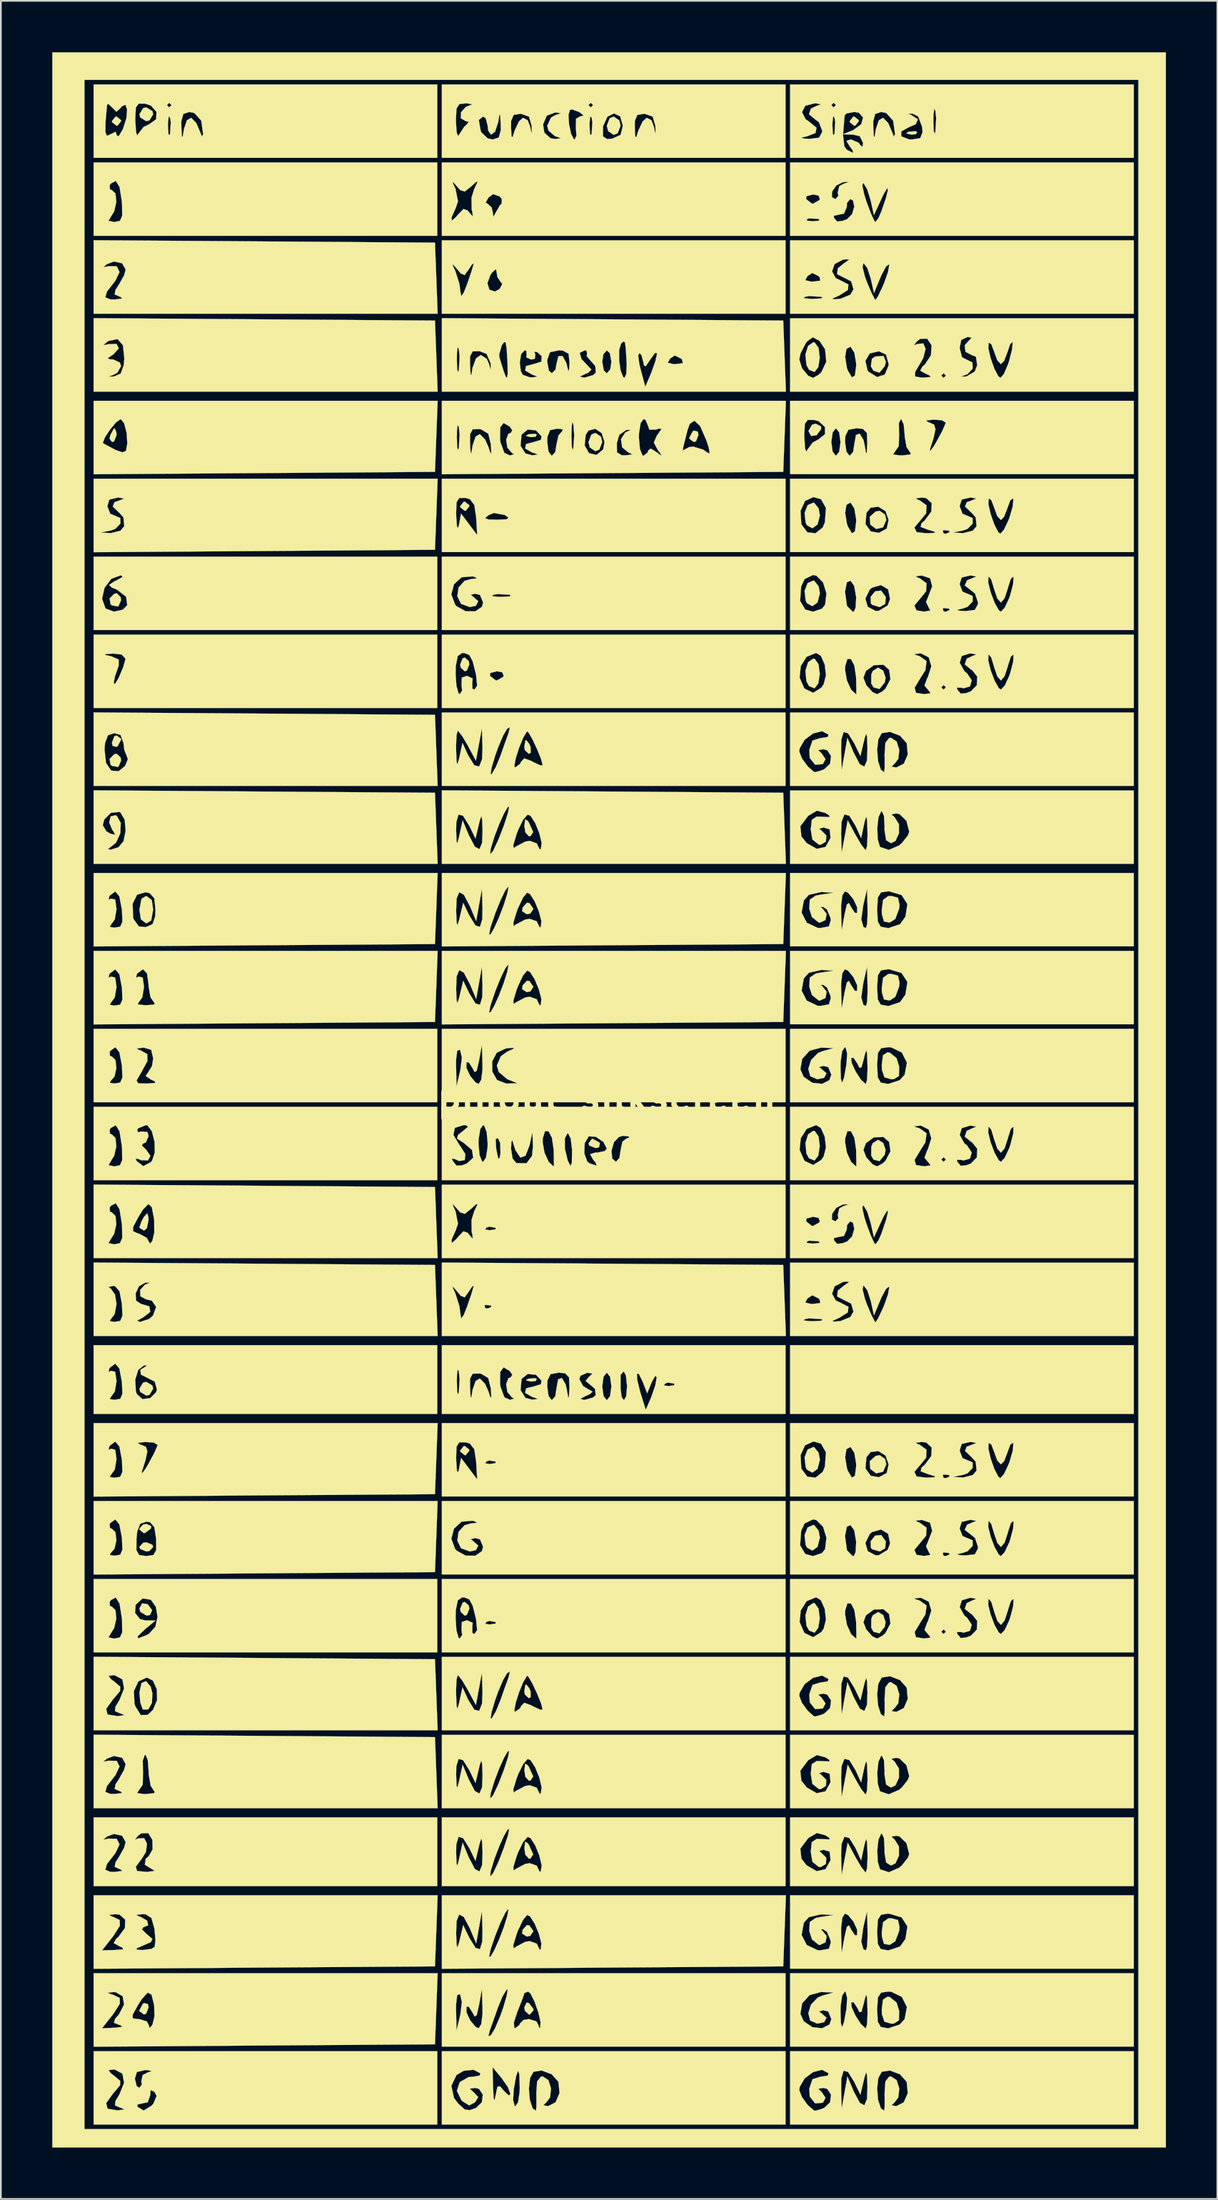
<source format=kicad_pcb>
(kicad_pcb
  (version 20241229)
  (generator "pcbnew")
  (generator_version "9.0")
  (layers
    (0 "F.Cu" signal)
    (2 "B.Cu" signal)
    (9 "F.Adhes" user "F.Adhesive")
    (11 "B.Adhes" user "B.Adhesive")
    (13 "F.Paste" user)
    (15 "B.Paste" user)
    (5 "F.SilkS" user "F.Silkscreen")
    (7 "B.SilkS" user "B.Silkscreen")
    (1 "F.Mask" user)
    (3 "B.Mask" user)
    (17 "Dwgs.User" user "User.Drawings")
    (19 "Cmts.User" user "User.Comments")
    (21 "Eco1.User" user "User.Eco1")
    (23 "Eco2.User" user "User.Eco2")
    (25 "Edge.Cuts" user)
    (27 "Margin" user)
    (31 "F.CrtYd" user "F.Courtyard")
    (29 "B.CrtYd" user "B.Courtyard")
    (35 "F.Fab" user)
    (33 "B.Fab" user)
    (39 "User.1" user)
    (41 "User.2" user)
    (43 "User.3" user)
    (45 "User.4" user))
  (footprint "pinout_silkscreen"
    (layer "F.Cu")
    (at 32.357 60.965)
    (property "Reference" "pinout_silkscreen" (at 0 0 0) (layer "F.SilkS") (effects (font (size 1.524 1.524) (thickness 0.3))))
    (attr through_hole)
    (fp_poly (pts (xy 30.747 18.448) (xy 10.695 18.448) (xy 10.695 14.438) (xy 30.747 14.438) (xy 30.747 18.448)) (stroke (width 0.01) (type solid)) (fill yes) (layer "F.SilkS"))
    (fp_poly (pts (xy -4.083 -38.663) (xy -4.163 -38.541) (xy -4.434 -38.522) (xy -4.719 -38.587) (xy -4.595 -38.684) (xy -4.178 -38.716) (xy -4.083 -38.663)) (stroke (width 0.01) (type solid)) (fill yes) (layer "F.SilkS"))
    (fp_poly (pts (xy -4.083 16.415) (xy -4.163 16.537) (xy -4.434 16.556) (xy -4.719 16.49) (xy -4.595 16.394) (xy -4.178 16.362) (xy -4.083 16.415)) (stroke (width 0.01) (type solid)) (fill yes) (layer "F.SilkS"))
    (fp_poly (pts (xy 18.109 -56.309) (xy 18.029 -56.187) (xy 17.758 -56.168) (xy 17.472 -56.234) (xy 17.596 -56.33) (xy 18.014 -56.362) (xy 18.109 -56.309)) (stroke (width 0.01) (type solid)) (fill yes) (layer "F.SilkS"))
    (fp_poly (pts (xy -26.795 29.543) (xy -26.531 29.895) (xy -26.647 30.168) (xy -26.848 30.213) (xy -27.217 29.997) (xy -27.272 29.789) (xy -27.116 29.497) (xy -26.795 29.543)) (stroke (width 0.01) (type solid)) (fill yes) (layer "F.SilkS"))
    (fp_poly (pts (xy -4.517 -11.346) (xy -4.283 -11.009) (xy -4.467 -10.733) (xy -4.671 -10.695) (xy -4.94 -10.872) (xy -4.91 -11.094) (xy -4.658 -11.366) (xy -4.517 -11.346)) (stroke (width 0.01) (type solid)) (fill yes) (layer "F.SilkS"))
    (fp_poly (pts (xy -4.517 -6.801) (xy -4.283 -6.464) (xy -4.467 -6.188) (xy -4.671 -6.149) (xy -4.94 -6.327) (xy -4.91 -6.549) (xy -4.658 -6.82) (xy -4.517 -6.801)) (stroke (width 0.01) (type solid)) (fill yes) (layer "F.SilkS"))
    (fp_poly (pts (xy -4.517 48.277) (xy -4.283 48.614) (xy -4.467 48.89) (xy -4.671 48.928) (xy -4.94 48.751) (xy -4.91 48.529) (xy -4.658 48.257) (xy -4.517 48.277)) (stroke (width 0.01) (type solid)) (fill yes) (layer "F.SilkS"))
    (fp_poly (pts (xy 12.499 -39.148) (xy 12.505 -38.986) (xy 12.239 -38.633) (xy 11.919 -38.588) (xy 11.764 -38.88) (xy 11.979 -39.248) (xy 12.188 -39.303) (xy 12.499 -39.148)) (stroke (width 0.01) (type solid)) (fill yes) (layer "F.SilkS"))
    (fp_poly (pts (xy -28.62 -38.817) (xy -28.608 -38.635) (xy -28.748 -38.279) (xy -28.867 -38.234) (xy -29.015 -38.43) (xy -28.972 -38.635) (xy -28.783 -38.987) (xy -28.713 -39.036) (xy -28.62 -38.817)) (stroke (width 0.01) (type solid)) (fill yes) (layer "F.SilkS"))
    (fp_poly (pts (xy -28.369 -29.194) (xy -28.341 -29.009) (xy -28.505 -28.641) (xy -28.874 -28.707) (xy -28.958 -28.779) (xy -29.012 -29.113) (xy -28.741 -29.383) (xy -28.593 -29.411) (xy -28.369 -29.194)) (stroke (width 0.01) (type solid)) (fill yes) (layer "F.SilkS"))
    (fp_poly (pts (xy -28.369 -19.836) (xy -28.341 -19.652) (xy -28.505 -19.283) (xy -28.874 -19.349) (xy -28.958 -19.422) (xy -29.012 -19.755) (xy -28.741 -20.025) (xy -28.593 -20.053) (xy -28.369 -19.836)) (stroke (width 0.01) (type solid)) (fill yes) (layer "F.SilkS"))
    (fp_poly (pts (xy -28.349 -57.013) (xy -28.341 -56.949) (xy -28.545 -56.69) (xy -28.608 -56.682) (xy -28.868 -56.886) (xy -28.876 -56.949) (xy -28.672 -57.209) (xy -28.608 -57.217) (xy -28.349 -57.013)) (stroke (width 0.01) (type solid)) (fill yes) (layer "F.SilkS"))
    (fp_poly (pts (xy -28.349 -20.93) (xy -28.341 -20.871) (xy -28.535 -20.508) (xy -28.608 -20.454) (xy -28.837 -20.514) (xy -28.876 -20.705) (xy -28.736 -21.071) (xy -28.608 -21.122) (xy -28.349 -20.93)) (stroke (width 0.01) (type solid)) (fill yes) (layer "F.SilkS"))
    (fp_poly (pts (xy -26.775 52.866) (xy -26.737 53.057) (xy -26.876 53.423) (xy -27.004 53.474) (xy -27.264 53.282) (xy -27.272 53.222) (xy -27.077 52.86) (xy -27.004 52.805) (xy -26.775 52.866)) (stroke (width 0.01) (type solid)) (fill yes) (layer "F.SilkS"))
    (fp_poly (pts (xy -26.578 24.995) (xy -26.603 25.133) (xy -26.945 25.39) (xy -27.02 25.4) (xy -27.264 25.196) (xy -27.272 25.133) (xy -27.054 24.898) (xy -26.855 24.865) (xy -26.578 24.995)) (stroke (width 0.01) (type solid)) (fill yes) (layer "F.SilkS"))
    (fp_poly (pts (xy -26.552 -11.525) (xy -26.469 -10.962) (xy -26.589 -10.325) (xy -26.871 -10.16) (xy -27.189 -10.399) (xy -27.272 -10.962) (xy -27.152 -11.599) (xy -26.871 -11.764) (xy -26.552 -11.525)) (stroke (width 0.01) (type solid)) (fill yes) (layer "F.SilkS"))
    (fp_poly (pts (xy -26.516 -57.538) (xy -26.469 -57.351) (xy -26.683 -56.996) (xy -26.871 -56.949) (xy -27.225 -57.163) (xy -27.272 -57.351) (xy -27.058 -57.705) (xy -26.871 -57.752) (xy -26.516 -57.538)) (stroke (width 0.01) (type solid)) (fill yes) (layer "F.SilkS"))
    (fp_poly (pts (xy -26.516 16.791) (xy -26.469 16.978) (xy -26.683 17.332) (xy -26.871 17.379) (xy -27.225 17.165) (xy -27.272 16.978) (xy -27.058 16.623) (xy -26.871 16.577) (xy -26.516 16.791)) (stroke (width 0.01) (type solid)) (fill yes) (layer "F.SilkS"))
    (fp_poly (pts (xy -26.515 26.079) (xy -26.469 26.202) (xy -26.686 26.439) (xy -26.871 26.469) (xy -27.226 26.325) (xy -27.272 26.202) (xy -27.055 25.965) (xy -26.871 25.935) (xy -26.515 26.079)) (stroke (width 0.01) (type solid)) (fill yes) (layer "F.SilkS"))
    (fp_poly (pts (xy -8.051 -25.451) (xy -8.021 -25.266) (xy -8.165 -24.911) (xy -8.288 -24.865) (xy -8.526 -25.082) (xy -8.556 -25.266) (xy -8.411 -25.622) (xy -8.288 -25.667) (xy -8.051 -25.451)) (stroke (width 0.01) (type solid)) (fill yes) (layer "F.SilkS"))
    (fp_poly (pts (xy -8.051 29.627) (xy -8.021 29.812) (xy -8.165 30.167) (xy -8.288 30.213) (xy -8.526 29.996) (xy -8.556 29.812) (xy -8.411 29.456) (xy -8.288 29.411) (xy -8.051 29.627)) (stroke (width 0.01) (type solid)) (fill yes) (layer "F.SilkS"))
    (fp_poly (pts (xy -8.029 -34.554) (xy -8.021 -34.491) (xy -8.225 -34.231) (xy -8.288 -34.223) (xy -8.548 -34.427) (xy -8.556 -34.491) (xy -8.352 -34.75) (xy -8.288 -34.758) (xy -8.029 -34.554)) (stroke (width 0.01) (type solid)) (fill yes) (layer "F.SilkS"))
    (fp_poly (pts (xy -8.029 20.523) (xy -8.021 20.587) (xy -8.225 20.847) (xy -8.288 20.855) (xy -8.548 20.651) (xy -8.556 20.587) (xy -8.352 20.328) (xy -8.288 20.32) (xy -8.029 20.523)) (stroke (width 0.01) (type solid)) (fill yes) (layer "F.SilkS"))
    (fp_poly (pts (xy -4.609 -16.136) (xy -4.545 -16.042) (xy -4.296 -15.489) (xy -4.456 -15.248) (xy -4.545 -15.24) (xy -4.752 -15.466) (xy -4.809 -15.842) (xy -4.766 -16.232) (xy -4.609 -16.136)) (stroke (width 0.01) (type solid)) (fill yes) (layer "F.SilkS"))
    (fp_poly (pts (xy -4.609 38.942) (xy -4.545 39.036) (xy -4.296 39.589) (xy -4.456 39.83) (xy -4.545 39.838) (xy -4.752 39.611) (xy -4.809 39.236) (xy -4.766 38.846) (xy -4.609 38.942)) (stroke (width 0.01) (type solid)) (fill yes) (layer "F.SilkS"))
    (fp_poly (pts (xy -4.609 43.487) (xy -4.545 43.581) (xy -4.296 44.134) (xy -4.456 44.375) (xy -4.545 44.383) (xy -4.752 44.157) (xy -4.809 43.782) (xy -4.766 43.391) (xy -4.609 43.487)) (stroke (width 0.01) (type solid)) (fill yes) (layer "F.SilkS"))
    (fp_poly (pts (xy -4.545 52.805) (xy -4.288 53.147) (xy -4.278 53.222) (xy -4.482 53.466) (xy -4.545 53.474) (xy -4.78 53.256) (xy -4.813 53.057) (xy -4.683 52.78) (xy -4.545 52.805)) (stroke (width 0.01) (type solid)) (fill yes) (layer "F.SilkS"))
    (fp_poly (pts (xy -4.535 -20.646) (xy -4.449 -20.454) (xy -4.443 -20.109) (xy -4.554 -20.053) (xy -4.783 -20.269) (xy -4.813 -20.454) (xy -4.755 -20.81) (xy -4.708 -20.855) (xy -4.535 -20.646)) (stroke (width 0.01) (type solid)) (fill yes) (layer "F.SilkS"))
    (fp_poly (pts (xy -4.535 34.432) (xy -4.449 34.624) (xy -4.443 34.968) (xy -4.554 35.025) (xy -4.783 34.809) (xy -4.813 34.624) (xy -4.755 34.267) (xy -4.708 34.223) (xy -4.535 34.432)) (stroke (width 0.01) (type solid)) (fill yes) (layer "F.SilkS"))
    (fp_poly (pts (xy -0.456 2.601) (xy -0.401 2.674) (xy -0.462 2.903) (xy -0.653 2.941) (xy -1.018 2.801) (xy -1.069 2.674) (xy -0.878 2.414) (xy -0.818 2.406) (xy -0.456 2.601)) (stroke (width 0.01) (type solid)) (fill yes) (layer "F.SilkS"))
    (fp_poly (pts (xy -0.342 -38.546) (xy -0.267 -38.234) (xy -0.435 -37.798) (xy -0.668 -37.699) (xy -0.995 -37.922) (xy -1.069 -38.234) (xy -0.902 -38.669) (xy -0.668 -38.768) (xy -0.342 -38.546)) (stroke (width 0.01) (type solid)) (fill yes) (layer "F.SilkS"))
    (fp_poly (pts (xy 0.728 -56.994) (xy 0.802 -56.682) (xy 0.635 -56.247) (xy 0.401 -56.147) (xy 0.074 -56.37) (xy 0 -56.682) (xy 0.167 -57.118) (xy 0.401 -57.217) (xy 0.728 -56.994)) (stroke (width 0.01) (type solid)) (fill yes) (layer "F.SilkS"))
    (fp_poly (pts (xy 5.309 -38.841) (xy 5.347 -38.651) (xy 5.208 -38.285) (xy 5.08 -38.234) (xy 4.82 -38.426) (xy 4.813 -38.485) (xy 5.007 -38.847) (xy 5.08 -38.902) (xy 5.309 -38.841)) (stroke (width 0.01) (type solid)) (fill yes) (layer "F.SilkS"))
    (fp_poly (pts (xy 14.697 -57.013) (xy 14.705 -56.949) (xy 14.502 -56.69) (xy 14.438 -56.682) (xy 14.178 -56.886) (xy 14.171 -56.949) (xy 14.374 -57.209) (xy 14.438 -57.217) (xy 14.697 -57.013)) (stroke (width 0.01) (type solid)) (fill yes) (layer "F.SilkS"))
    (fp_poly (pts (xy 16.237 -34.001) (xy 16.309 -33.688) (xy 16.119 -33.258) (xy 15.714 -33.164) (xy 15.374 -33.421) (xy 15.339 -33.87) (xy 15.687 -34.183) (xy 15.924 -34.223) (xy 16.237 -34.001)) (stroke (width 0.01) (type solid)) (fill yes) (layer "F.SilkS"))
    (fp_poly (pts (xy 16.237 21.077) (xy 16.309 21.389) (xy 16.119 21.82) (xy 15.714 21.914) (xy 15.374 21.657) (xy 15.339 21.208) (xy 15.687 20.895) (xy 15.924 20.855) (xy 16.237 21.077)) (stroke (width 0.01) (type solid)) (fill yes) (layer "F.SilkS"))
    (fp_poly (pts (xy 16.284 -42.908) (xy 16.217 -42.657) (xy 15.906 -42.277) (xy 15.555 -42.396) (xy 15.407 -42.655) (xy 15.469 -43.09) (xy 15.657 -43.223) (xy 16.148 -43.257) (xy 16.284 -42.908)) (stroke (width 0.01) (type solid)) (fill yes) (layer "F.SilkS"))
    (fp_poly (pts (xy -26.744 7.007) (xy -26.741 7.152) (xy -26.838 7.622) (xy -27.004 7.754) (xy -27.261 7.6) (xy -27.267 7.553) (xy -27.134 7.178) (xy -27.004 6.952) (xy -26.809 6.742) (xy -26.744 7.007)) (stroke (width 0.01) (type solid)) (fill yes) (layer "F.SilkS"))
    (fp_poly (pts (xy 16.012 -29.563) (xy 16.282 -29.195) (xy 16.242 -28.793) (xy 15.924 -28.608) (xy 15.492 -28.737) (xy 15.407 -28.822) (xy 15.396 -29.207) (xy 15.657 -29.532) (xy 16.002 -29.569) (xy 16.012 -29.563)) (stroke (width 0.01) (type solid)) (fill yes) (layer "F.SilkS"))
    (fp_poly (pts (xy 16.012 25.515) (xy 16.282 25.883) (xy 16.242 26.285) (xy 15.924 26.469) (xy 15.492 26.341) (xy 15.407 26.256) (xy 15.396 25.871) (xy 15.657 25.546) (xy 16.002 25.509) (xy 16.012 25.515)) (stroke (width 0.01) (type solid)) (fill yes) (layer "F.SilkS"))
    (fp_poly (pts (xy 16.128 -24.898) (xy 16.268 -24.491) (xy 16.22 -24.215) (xy 15.911 -23.833) (xy 15.565 -23.922) (xy 15.427 -24.154) (xy 15.432 -24.682) (xy 15.521 -24.887) (xy 15.829 -25.078) (xy 16.128 -24.898)) (stroke (width 0.01) (type solid)) (fill yes) (layer "F.SilkS"))
    (fp_poly (pts (xy 16.128 2.641) (xy 16.268 3.048) (xy 16.22 3.324) (xy 15.911 3.706) (xy 15.565 3.617) (xy 15.427 3.385) (xy 15.432 2.857) (xy 15.521 2.652) (xy 15.829 2.461) (xy 16.128 2.641)) (stroke (width 0.01) (type solid)) (fill yes) (layer "F.SilkS"))
    (fp_poly (pts (xy 16.128 30.18) (xy 16.268 30.587) (xy 16.22 30.863) (xy 15.911 31.245) (xy 15.565 31.156) (xy 15.427 30.924) (xy 15.432 30.396) (xy 15.521 30.191) (xy 15.829 30) (xy 16.128 30.18)) (stroke (width 0.01) (type solid)) (fill yes) (layer "F.SilkS"))
    (fp_poly (pts (xy -26.616 34.352) (xy -26.514 34.743) (xy -26.545 35.311) (xy -26.755 35.679) (xy -27.046 35.691) (xy -27.089 35.654) (xy -27.221 35.277) (xy -27.272 34.691) (xy -27.151 34.141) (xy -26.885 34.031) (xy -26.616 34.352)) (stroke (width 0.01) (type solid)) (fill yes) (layer "F.SilkS"))
    (fp_poly (pts (xy 12.099 -34.691) (xy 12.359 -34.369) (xy 12.433 -33.956) (xy 12.297 -33.424) (xy 11.994 -33.205) (xy 11.68 -33.379) (xy 11.602 -33.533) (xy 11.539 -34.1) (xy 11.718 -34.556) (xy 12.056 -34.702) (xy 12.099 -34.691)) (stroke (width 0.01) (type solid)) (fill yes) (layer "F.SilkS"))
    (fp_poly (pts (xy 12.099 -30.146) (xy 12.359 -29.824) (xy 12.433 -29.411) (xy 12.297 -28.879) (xy 11.994 -28.66) (xy 11.68 -28.834) (xy 11.602 -28.987) (xy 11.539 -29.555) (xy 11.718 -30.011) (xy 12.056 -30.157) (xy 12.099 -30.146)) (stroke (width 0.01) (type solid)) (fill yes) (layer "F.SilkS"))
    (fp_poly (pts (xy 12.099 20.387) (xy 12.359 20.709) (xy 12.433 21.122) (xy 12.297 21.654) (xy 11.994 21.872) (xy 11.68 21.699) (xy 11.602 21.545) (xy 11.539 20.978) (xy 11.718 20.522) (xy 12.056 20.376) (xy 12.099 20.387)) (stroke (width 0.01) (type solid)) (fill yes) (layer "F.SilkS"))
    (fp_poly (pts (xy 12.099 24.932) (xy 12.359 25.254) (xy 12.433 25.667) (xy 12.297 26.199) (xy 11.994 26.418) (xy 11.68 26.244) (xy 11.602 26.091) (xy 11.539 25.523) (xy 11.718 25.067) (xy 12.056 24.921) (xy 12.099 24.932)) (stroke (width 0.01) (type solid)) (fill yes) (layer "F.SilkS"))
    (fp_poly (pts (xy 12.131 -44.038) (xy 12.356 -43.725) (xy 12.425 -43.16) (xy 12.34 -42.603) (xy 12.121 -42.319) (xy 11.801 -42.447) (xy 11.647 -42.727) (xy 11.588 -43.338) (xy 11.744 -43.843) (xy 12.047 -44.052) (xy 12.131 -44.038)) (stroke (width 0.01) (type solid)) (fill yes) (layer "F.SilkS"))
    (fp_poly (pts (xy 12.131 -25.59) (xy 12.356 -25.276) (xy 12.425 -24.711) (xy 12.34 -24.154) (xy 12.121 -23.87) (xy 11.801 -23.999) (xy 11.647 -24.278) (xy 11.588 -24.889) (xy 11.744 -25.395) (xy 12.047 -25.604) (xy 12.131 -25.59)) (stroke (width 0.01) (type solid)) (fill yes) (layer "F.SilkS"))
    (fp_poly (pts (xy 12.131 1.949) (xy 12.356 2.263) (xy 12.425 2.828) (xy 12.34 3.385) (xy 12.121 3.669) (xy 11.801 3.54) (xy 11.647 3.261) (xy 11.588 2.65) (xy 11.744 2.144) (xy 12.047 1.935) (xy 12.131 1.949)) (stroke (width 0.01) (type solid)) (fill yes) (layer "F.SilkS"))
    (fp_poly (pts (xy 12.131 29.488) (xy 12.356 29.802) (xy 12.425 30.367) (xy 12.34 30.924) (xy 12.121 31.208) (xy 11.801 31.079) (xy 11.647 30.8) (xy 11.588 30.189) (xy 11.744 29.683) (xy 12.047 29.474) (xy 12.131 29.488)) (stroke (width 0.01) (type solid)) (fill yes) (layer "F.SilkS"))
    (fp_poly (pts (xy 16.51 -2.624) (xy 16.909 -2.301) (xy 17.062 -1.802) (xy 17.045 -1.262) (xy 16.754 -1.078) (xy 16.595 -1.069) (xy 16.196 -1.185) (xy 16.051 -1.626) (xy 16.042 -1.891) (xy 16.112 -2.469) (xy 16.369 -2.639) (xy 16.51 -2.624)) (stroke (width 0.01) (type solid)) (fill yes) (layer "F.SilkS"))
    (fp_poly (pts (xy 16.51 52.454) (xy 16.909 52.777) (xy 17.062 53.275) (xy 17.045 53.815) (xy 16.754 54) (xy 16.595 54.008) (xy 16.196 53.893) (xy 16.051 53.452) (xy 16.042 53.187) (xy 16.112 52.609) (xy 16.369 52.439) (xy 16.51 52.454)) (stroke (width 0.01) (type solid)) (fill yes) (layer "F.SilkS"))
    (fp_poly (pts (xy 16.989 -11.659) (xy 17.081 -11.244) (xy 17.062 -11.031) (xy 16.834 -10.422) (xy 16.51 -10.21) (xy 16.173 -10.268) (xy 16.049 -10.697) (xy 16.042 -10.943) (xy 16.12 -11.536) (xy 16.416 -11.751) (xy 16.595 -11.764) (xy 16.989 -11.659)) (stroke (width 0.01) (type solid)) (fill yes) (layer "F.SilkS"))
    (fp_poly (pts (xy 16.989 -7.114) (xy 17.081 -6.698) (xy 17.062 -6.486) (xy 16.834 -5.876) (xy 16.51 -5.664) (xy 16.173 -5.723) (xy 16.049 -6.151) (xy 16.042 -6.397) (xy 16.12 -6.99) (xy 16.416 -7.206) (xy 16.595 -7.219) (xy 16.989 -7.114)) (stroke (width 0.01) (type solid)) (fill yes) (layer "F.SilkS"))
    (fp_poly (pts (xy 16.989 47.964) (xy 17.081 48.379) (xy 17.062 48.592) (xy 16.834 49.201) (xy 16.51 49.414) (xy 16.173 49.355) (xy 16.049 48.927) (xy 16.042 48.681) (xy 16.12 48.088) (xy 16.416 47.872) (xy 16.595 47.859) (xy 16.989 47.964)) (stroke (width 0.01) (type solid)) (fill yes) (layer "F.SilkS"))
    (fp_poly (pts (xy 32.619 61.227) (xy -32.352 61.227) (xy -32.352 -59.356) (xy -30.48 -59.356) (xy -30.48 60.158) (xy 31.015 60.158) (xy 31.015 -59.356) (xy -30.48 -59.356) (xy -32.352 -59.356) (xy -32.352 -60.96) (xy 32.619 -60.96) (xy 32.619 61.227)) (stroke (width 0.01) (type solid)) (fill yes) (layer "F.SilkS"))
    (fp_poly (pts (xy -10.026 -22.325) (xy -9.948 -20.253) (xy -9.87 -18.181) (xy -29.945 -18.181) (xy -29.945 -20.32) (xy -29.308 -20.32) (xy -29.222 -19.52) (xy -28.92 -19.071) (xy -28.485 -19.039) (xy -28.109 -19.342) (xy -27.946 -19.739) (xy -28.001 -19.891) (xy -28.158 -20.287) (xy -28.199 -20.668) (xy -28.374 -21.152) (xy -28.734 -21.256) (xy -29.107 -21.135) (xy -29.276 -20.685) (xy -29.308 -20.32) (xy -29.945 -20.32) (xy -29.945 -22.465) (xy -10.026 -22.325)) (stroke (width 0.01) (type solid)) (fill yes) (layer "F.SilkS"))
    (fp_poly (pts (xy -9.893 -22.726) (xy -29.945 -22.726) (xy -29.945 -25.863) (xy -29.28 -25.863) (xy -29.24 -25.81) (xy -28.922 -25.743) (xy -28.478 -25.548) (xy -28.485 -25.178) (xy -28.7 -24.566) (xy -28.771 -24.183) (xy -28.697 -24.125) (xy -28.49 -24.464) (xy -28.214 -25.116) (xy -28.086 -25.589) (xy -28.086 -25.601) (xy -28.309 -25.842) (xy -28.809 -25.898) (xy -29.28 -25.863) (xy -29.945 -25.863) (xy -29.945 -27.004) (xy -9.893 -27.004) (xy -9.893 -22.726)) (stroke (width 0.01) (type solid)) (fill yes) (layer "F.SilkS"))
    (fp_poly (pts (xy -9.948 -38.568) (xy -10.026 -36.496) (xy -19.986 -36.426) (xy -29.945 -36.356) (xy -29.945 -38.197) (xy -29.401 -38.197) (xy -29.38 -38.158) (xy -28.663 -37.773) (xy -28.271 -37.636) (xy -28.078 -37.707) (xy -28.054 -37.739) (xy -27.98 -38.155) (xy -28.018 -38.775) (xy -28.167 -39.335) (xy -28.364 -39.571) (xy -28.365 -39.571) (xy -28.627 -39.39) (xy -28.978 -38.973) (xy -29.281 -38.512) (xy -29.401 -38.197) (xy -29.945 -38.197) (xy -29.945 -40.64) (xy -9.87 -40.64) (xy -9.948 -38.568)) (stroke (width 0.01) (type solid)) (fill yes) (layer "F.SilkS"))
    (fp_poly (pts (xy -9.893 -50.265) (xy -29.945 -50.265) (xy -29.945 -51.137) (xy -29.076 -51.137) (xy -28.747 -51.067) (xy -28.727 -51.067) (xy -28.408 -51.136) (xy -28.277 -51.433) (xy -28.286 -52.095) (xy -28.299 -52.271) (xy -28.433 -53.11) (xy -28.651 -53.463) (xy -28.938 -53.31) (xy -29.009 -53.206) (xy -28.988 -52.96) (xy -28.892 -52.939) (xy -28.668 -52.725) (xy -28.62 -52.232) (xy -28.743 -51.686) (xy -28.929 -51.388) (xy -29.076 -51.137) (xy -29.945 -51.137) (xy -29.945 -54.543) (xy -9.893 -54.543) (xy -9.893 -50.265)) (stroke (width 0.01) (type solid)) (fill yes) (layer "F.SilkS"))
    (fp_poly (pts (xy -9.893 -27.272) (xy -29.945 -27.272) (xy -29.945 -29.095) (xy -29.452 -29.095) (xy -29.255 -28.544) (xy -29.232 -28.519) (xy -28.759 -28.342) (xy -28.233 -28.461) (xy -27.984 -28.723) (xy -28.049 -29.212) (xy -28.594 -29.631) (xy -28.876 -29.745) (xy -29.047 -29.898) (xy -28.736 -30.11) (xy -28.608 -30.165) (xy -28.254 -30.368) (xy -28.346 -30.463) (xy -28.354 -30.463) (xy -28.909 -30.259) (xy -29.306 -29.735) (xy -29.452 -29.095) (xy -29.945 -29.095) (xy -29.945 -31.549) (xy -9.893 -31.549) (xy -9.893 -27.272)) (stroke (width 0.01) (type solid)) (fill yes) (layer "F.SilkS"))
    (fp_poly (pts (xy -9.948 -34.023) (xy -10.026 -31.951) (xy -19.986 -31.88) (xy -29.945 -31.81) (xy -29.945 -32.959) (xy -29.544 -32.959) (xy -28.934 -32.923) (xy -28.377 -33.067) (xy -28.156 -33.326) (xy -28.208 -33.843) (xy -28.431 -34.091) (xy -28.829 -34.474) (xy -28.729 -34.723) (xy -28.408 -34.841) (xy -28.17 -34.938) (xy -28.443 -34.988) (xy -28.542 -34.994) (xy -29.024 -34.878) (xy -29.143 -34.491) (xy -28.976 -34.055) (xy -28.742 -33.956) (xy -28.388 -33.805) (xy -28.382 -33.479) (xy -28.681 -33.168) (xy -28.943 -33.075) (xy -29.544 -32.959) (xy -29.945 -32.959) (xy -29.945 -36.095) (xy -9.87 -36.095) (xy -9.948 -34.023)) (stroke (width 0.01) (type solid)) (fill yes) (layer "F.SilkS"))
    (fp_poly (pts (xy 10.427 23.261) (xy -9.625 23.261) (xy -9.625 20.966) (xy -8.792 20.966) (xy -8.787 21.17) (xy -8.745 21.764) (xy -8.677 21.857) (xy -8.627 21.67) (xy -8.505 21.016) (xy -7.564 22.262) (xy -7.62 21.326) (xy -7.103 21.326) (xy -6.84 21.368) (xy -6.493 21.319) (xy -6.489 21.228) (xy -6.847 21.164) (xy -7.002 21.207) (xy -7.103 21.326) (xy -7.62 21.326) (xy -7.626 21.224) (xy -7.731 20.512) (xy -7.988 20.18) (xy -8.255 20.101) (xy -8.609 20.106) (xy -8.766 20.35) (xy -8.792 20.966) (xy -9.625 20.966) (xy -9.625 18.983) (xy 10.427 18.983) (xy 10.427 23.261)) (stroke (width 0.01) (type solid)) (fill yes) (layer "F.SilkS"))
    (fp_poly (pts (xy -19.986 -49.934) (xy -10.026 -49.864) (xy -9.948 -47.792) (xy -9.87 -45.72) (xy -29.945 -45.72) (xy -29.945 -48.428) (xy -29.377 -48.428) (xy -29.115 -48.481) (xy -29.085 -48.49) (xy -28.594 -48.483) (xy -28.432 -48.153) (xy -28.669 -47.649) (xy -28.675 -47.642) (xy -29.164 -47.012) (xy -29.262 -46.674) (xy -28.97 -46.554) (xy -28.691 -46.553) (xy -28.281 -46.605) (xy -28.369 -46.696) (xy -28.409 -46.707) (xy -28.718 -46.845) (xy -28.663 -47.12) (xy -28.476 -47.404) (xy -28.169 -47.952) (xy -28.074 -48.291) (xy -28.283 -48.66) (xy -28.757 -48.764) (xy -29.167 -48.611) (xy -29.377 -48.428) (xy -29.945 -48.428) (xy -29.945 -50.004) (xy -19.986 -49.934)) (stroke (width 0.01) (type solid)) (fill yes) (layer "F.SilkS"))
    (fp_poly (pts (xy 10.427 27.806) (xy -9.625 27.806) (xy -9.625 25.724) (xy -9.072 25.724) (xy -8.851 26.325) (xy -8.77 26.416) (xy -8.234 26.714) (xy -7.672 26.716) (xy -7.285 26.449) (xy -7.219 26.202) (xy -7.401 25.761) (xy -7.687 25.688) (xy -7.94 25.757) (xy -7.821 25.844) (xy -7.502 26.126) (xy -7.638 26.392) (xy -7.992 26.469) (xy -8.507 26.281) (xy -8.724 25.838) (xy -8.652 25.328) (xy -8.298 24.937) (xy -7.926 24.834) (xy -7.564 24.793) (xy -7.714 24.711) (xy -7.833 24.678) (xy -8.471 24.73) (xy -8.915 25.135) (xy -9.072 25.724) (xy -9.625 25.724) (xy -9.625 23.528) (xy 10.427 23.528) (xy 10.427 27.806)) (stroke (width 0.01) (type solid)) (fill yes) (layer "F.SilkS"))
    (fp_poly (pts (xy -10.026 -45.319) (xy -9.948 -43.247) (xy -9.87 -41.175) (xy -29.945 -41.175) (xy -29.945 -43.883) (xy -29.377 -43.883) (xy -29.115 -43.936) (xy -29.085 -43.945) (xy -28.601 -43.954) (xy -28.477 -43.694) (xy -28.795 -43.343) (xy -28.803 -43.338) (xy -29.13 -43.123) (xy -28.991 -43.06) (xy -28.809 -43.054) (xy -28.413 -42.869) (xy -28.341 -42.665) (xy -28.562 -42.276) (xy -28.809 -42.145) (xy -29.069 -42.05) (xy -28.815 -42.055) (xy -28.742 -42.062) (xy -28.362 -42.231) (xy -28.187 -42.726) (xy -28.153 -43.093) (xy -28.232 -43.877) (xy -28.55 -44.238) (xy -29.062 -44.135) (xy -29.167 -44.066) (xy -29.377 -43.883) (xy -29.945 -43.883) (xy -29.945 -45.459) (xy -10.026 -45.319)) (stroke (width 0.01) (type solid)) (fill yes) (layer "F.SilkS"))
    (fp_poly (pts (xy 10.427 -31.817) (xy -9.625 -31.817) (xy -9.625 -34.112) (xy -8.792 -34.112) (xy -8.787 -33.908) (xy -8.745 -33.314) (xy -8.677 -33.221) (xy -8.627 -33.407) (xy -8.505 -34.062) (xy -8.035 -33.439) (xy -7.564 -32.816) (xy -7.623 -33.798) (xy -7.105 -33.798) (xy -6.898 -33.719) (xy -6.417 -33.705) (xy -5.844 -33.73) (xy -5.744 -33.83) (xy -5.949 -33.977) (xy -6.595 -34.096) (xy -6.885 -33.977) (xy -7.105 -33.798) (xy -7.623 -33.798) (xy -7.626 -33.854) (xy -7.731 -34.566) (xy -7.988 -34.898) (xy -8.255 -34.977) (xy -8.609 -34.972) (xy -8.766 -34.728) (xy -8.792 -34.112) (xy -9.625 -34.112) (xy -9.625 -36.095) (xy 10.427 -36.095) (xy 10.427 -31.817)) (stroke (width 0.01) (type solid)) (fill yes) (layer "F.SilkS"))
    (fp_poly (pts (xy -19.986 -17.85) (xy -10.026 -17.78) (xy -9.948 -15.708) (xy -9.87 -13.636) (xy -29.945 -13.636) (xy -29.945 -15.884) (xy -29.411 -15.884) (xy -29.194 -15.526) (xy -28.972 -15.396) (xy -28.683 -15.33) (xy -28.812 -15.564) (xy -28.861 -15.623) (xy -29.037 -16.051) (xy -28.949 -16.4) (xy -28.664 -16.469) (xy -28.59 -16.432) (xy -28.361 -16.022) (xy -28.386 -15.419) (xy -28.633 -14.88) (xy -28.809 -14.727) (xy -29.107 -14.498) (xy -28.956 -14.459) (xy -28.497 -14.6) (xy -28.199 -14.956) (xy -28.076 -15.57) (xy -28.133 -16.206) (xy -28.376 -16.626) (xy -28.442 -16.661) (xy -28.934 -16.611) (xy -29.322 -16.224) (xy -29.411 -15.884) (xy -29.945 -15.884) (xy -29.945 -17.92) (xy -19.986 -17.85)) (stroke (width 0.01) (type solid)) (fill yes) (layer "F.SilkS"))
    (fp_poly (pts (xy 0.334 9.689) (xy 10.294 9.759) (xy 10.372 11.831) (xy 10.45 13.903) (xy -9.625 13.903) (xy -9.625 11.001) (xy -8.995 11.001) (xy -8.975 11.122) (xy -8.838 11.412) (xy -8.602 12.155) (xy -8.544 12.616) (xy -8.493 12.878) (xy -8.343 12.667) (xy -8.147 12.165) (xy -8.132 12.121) (xy -7.13 12.121) (xy -7.093 12.28) (xy -6.952 12.299) (xy -6.732 12.201) (xy -6.773 12.121) (xy -7.091 12.089) (xy -7.13 12.121) (xy -8.132 12.121) (xy -7.91 11.476) (xy -7.777 11.028) (xy -7.766 10.962) (xy -7.878 11.045) (xy -8.053 11.315) (xy -8.294 11.65) (xy -8.521 11.56) (xy -8.728 11.315) (xy -8.995 11.001) (xy -9.625 11.001) (xy -9.625 9.619) (xy 0.334 9.689)) (stroke (width 0.01) (type solid)) (fill yes) (layer "F.SilkS"))
    (fp_poly (pts (xy 10.427 32.352) (xy -9.625 32.352) (xy -9.625 30.346) (xy -8.823 30.346) (xy -8.775 31.064) (xy -8.653 31.494) (xy -8.581 31.549) (xy -8.443 31.337) (xy -8.478 31.015) (xy -8.463 30.582) (xy -8.157 30.48) (xy -7.827 30.632) (xy -7.85 30.881) (xy -7.846 31.225) (xy -7.724 31.282) (xy -7.567 31.05) (xy -7.603 30.683) (xy -7.103 30.683) (xy -6.84 30.726) (xy -6.493 30.677) (xy -6.489 30.586) (xy -6.847 30.522) (xy -7.002 30.565) (xy -7.103 30.683) (xy -7.603 30.683) (xy -7.63 30.413) (xy -7.824 29.641) (xy -8.025 29.264) (xy -8.321 29.147) (xy -8.438 29.143) (xy -8.696 29.32) (xy -8.811 29.903) (xy -8.823 30.346) (xy -9.625 30.346) (xy -9.625 28.074) (xy 10.427 28.074) (xy 10.427 32.352)) (stroke (width 0.01) (type solid)) (fill yes) (layer "F.SilkS"))
    (fp_poly (pts (xy 10.427 -45.72) (xy -9.625 -45.72) (xy -9.625 -48.622) (xy -8.995 -48.622) (xy -8.975 -48.501) (xy -8.838 -48.211) (xy -8.602 -47.469) (xy -8.544 -47.008) (xy -8.493 -46.745) (xy -8.343 -46.956) (xy -8.147 -47.458) (xy -8.134 -47.497) (xy -6.967 -47.497) (xy -6.848 -47.117) (xy -6.526 -47.011) (xy -6.253 -47.166) (xy -6.097 -47.458) (xy -6.176 -47.547) (xy -6.388 -47.854) (xy -6.417 -48.066) (xy -6.465 -48.322) (xy -6.671 -48.144) (xy -6.783 -47.995) (xy -6.967 -47.497) (xy -8.134 -47.497) (xy -7.91 -48.147) (xy -7.777 -48.595) (xy -7.766 -48.661) (xy -7.878 -48.579) (xy -8.053 -48.308) (xy -8.294 -47.973) (xy -8.521 -48.064) (xy -8.728 -48.308) (xy -8.995 -48.622) (xy -9.625 -48.622) (xy -9.625 -49.998) (xy 10.427 -49.998) (xy 10.427 -45.72)) (stroke (width 0.01) (type solid)) (fill yes) (layer "F.SilkS"))
    (fp_poly (pts (xy 10.427 -22.726) (xy -9.625 -22.726) (xy -9.625 -24.732) (xy -8.823 -24.732) (xy -8.775 -24.014) (xy -8.653 -23.584) (xy -8.581 -23.528) (xy -8.443 -23.741) (xy -8.478 -24.063) (xy -8.463 -24.496) (xy -8.157 -24.598) (xy -7.827 -24.446) (xy -7.85 -24.197) (xy -7.846 -23.853) (xy -7.724 -23.796) (xy -7.567 -24.028) (xy -7.624 -24.598) (xy -6.818 -24.598) (xy -6.488 -24.341) (xy -6.417 -24.331) (xy -6.071 -24.524) (xy -6.016 -24.598) (xy -6.1 -24.806) (xy -6.417 -24.865) (xy -6.796 -24.765) (xy -6.818 -24.598) (xy -7.624 -24.598) (xy -7.63 -24.665) (xy -7.824 -25.437) (xy -8.025 -25.814) (xy -8.321 -25.93) (xy -8.438 -25.935) (xy -8.696 -25.758) (xy -8.811 -25.175) (xy -8.823 -24.732) (xy -9.625 -24.732) (xy -9.625 -27.004) (xy 10.427 -27.004) (xy 10.427 -22.726)) (stroke (width 0.01) (type solid)) (fill yes) (layer "F.SilkS"))
    (fp_poly (pts (xy 10.427 9.358) (xy -9.625 9.358) (xy -9.625 8.285) (xy -9.058 8.285) (xy -9.041 8.475) (xy -8.781 8.248) (xy -8.695 8.139) (xy -8.365 7.796) (xy -8.119 7.882) (xy -8.009 8.021) (xy -7.819 8.229) (xy -7.843 7.984) (xy -7.885 7.831) (xy -7.887 7.69) (xy -7.103 7.69) (xy -6.84 7.733) (xy -6.493 7.683) (xy -6.489 7.592) (xy -6.847 7.528) (xy -7.002 7.571) (xy -7.103 7.69) (xy -7.887 7.69) (xy -7.895 7.132) (xy -7.737 6.627) (xy -7.539 6.211) (xy -7.635 6.225) (xy -7.902 6.472) (xy -8.287 6.779) (xy -8.554 6.695) (xy -8.75 6.472) (xy -8.992 6.196) (xy -8.959 6.341) (xy -8.829 6.617) (xy -8.683 7.356) (xy -8.814 7.736) (xy -9.058 8.285) (xy -9.625 8.285) (xy -9.625 5.08) (xy 10.427 5.08) (xy 10.427 9.358)) (stroke (width 0.01) (type solid)) (fill yes) (layer "F.SilkS"))
    (fp_poly (pts (xy -9.948 -11.029) (xy -10.026 -8.957) (xy -19.986 -8.887) (xy -29.945 -8.817) (xy -29.945 -11.54) (xy -29.067 -11.54) (xy -28.917 -11.605) (xy -28.684 -11.547) (xy -28.608 -11) (xy -28.709 -10.391) (xy -28.943 -10.07) (xy -29.001 -9.957) (xy -28.735 -9.914) (xy -28.393 -9.968) (xy -28.265 -10.263) (xy -28.293 -10.94) (xy -28.295 -10.962) (xy -28.361 -11.307) (xy -27.669 -11.307) (xy -27.637 -10.514) (xy -27.613 -10.413) (xy -27.303 -9.983) (xy -26.903 -9.945) (xy -26.507 -10.115) (xy -26.351 -10.572) (xy -26.336 -10.962) (xy -26.404 -11.624) (xy -26.668 -11.92) (xy -26.903 -11.979) (xy -27.406 -11.835) (xy -27.669 -11.307) (xy -28.361 -11.307) (xy -28.443 -11.74) (xy -28.68 -12.023) (xy -28.989 -11.793) (xy -29.035 -11.723) (xy -29.067 -11.54) (xy -29.945 -11.54) (xy -29.945 -13.101) (xy -9.87 -13.101) (xy -9.948 -11.029)) (stroke (width 0.01) (type solid)) (fill yes) (layer "F.SilkS"))
    (fp_poly (pts (xy -9.948 25.601) (xy -10.026 27.673) (xy -19.986 27.743) (xy -29.945 27.813) (xy -29.945 24.865) (xy -29.009 24.865) (xy -28.988 25.112) (xy -28.892 25.133) (xy -28.67 25.344) (xy -28.617 25.817) (xy -28.724 26.307) (xy -28.943 26.56) (xy -29.001 26.672) (xy -28.735 26.716) (xy -28.393 26.661) (xy -28.277 26.393) (xy -27.448 26.393) (xy -27.285 26.677) (xy -26.871 26.737) (xy -26.455 26.676) (xy -26.293 26.391) (xy -26.297 25.734) (xy -26.403 25.049) (xy -26.652 24.764) (xy -26.871 24.732) (xy -27.227 24.854) (xy -27.401 25.309) (xy -27.444 25.734) (xy -27.448 26.393) (xy -28.277 26.393) (xy -28.265 26.366) (xy -28.293 25.69) (xy -28.295 25.667) (xy -28.442 24.895) (xy -28.677 24.601) (xy -28.975 24.812) (xy -29.009 24.865) (xy -29.945 24.865) (xy -29.945 23.528) (xy -9.87 23.528) (xy -9.948 25.601)) (stroke (width 0.01) (type solid)) (fill yes) (layer "F.SilkS"))
    (fp_poly (pts (xy -9.893 18.448) (xy -29.945 18.448) (xy -29.945 15.999) (xy -29.067 15.999) (xy -28.917 15.934) (xy -28.684 15.992) (xy -28.608 16.539) (xy -28.709 17.148) (xy -28.943 17.469) (xy -29.001 17.582) (xy -28.735 17.625) (xy -28.393 17.571) (xy -28.265 17.276) (xy -28.293 16.599) (xy -28.295 16.577) (xy -28.321 16.44) (xy -27.514 16.44) (xy -27.482 17.106) (xy -27.427 17.284) (xy -27.101 17.581) (xy -26.648 17.529) (xy -26.299 17.181) (xy -26.249 17.023) (xy -26.381 16.561) (xy -26.714 16.393) (xy -27.188 16.153) (xy -27.213 15.868) (xy -26.937 15.702) (xy -26.832 15.62) (xy -27.004 15.618) (xy -27.337 15.873) (xy -27.514 16.44) (xy -28.321 16.44) (xy -28.443 15.799) (xy -28.68 15.516) (xy -28.989 15.746) (xy -29.035 15.816) (xy -29.067 15.999) (xy -29.945 15.999) (xy -29.945 14.438) (xy -9.893 14.438) (xy -9.893 18.448)) (stroke (width 0.01) (type solid)) (fill yes) (layer "F.SilkS"))
    (fp_poly (pts (xy 10.427 -27.272) (xy -9.625 -27.272) (xy -9.625 -29.354) (xy -9.072 -29.354) (xy -8.851 -28.753) (xy -8.77 -28.662) (xy -8.234 -28.364) (xy -7.672 -28.362) (xy -7.285 -28.629) (xy -7.219 -28.876) (xy -7.374 -29.25) (xy -6.701 -29.25) (xy -6.331 -29.208) (xy -6.149 -29.205) (xy -5.663 -29.233) (xy -5.606 -29.302) (xy -5.682 -29.327) (xy -6.36 -29.369) (xy -6.617 -29.327) (xy -6.701 -29.25) (xy -7.374 -29.25) (xy -7.401 -29.317) (xy -7.687 -29.389) (xy -7.94 -29.321) (xy -7.821 -29.233) (xy -7.502 -28.952) (xy -7.638 -28.685) (xy -7.992 -28.608) (xy -8.507 -28.797) (xy -8.724 -29.24) (xy -8.652 -29.749) (xy -8.298 -30.141) (xy -7.926 -30.244) (xy -7.564 -30.285) (xy -7.714 -30.367) (xy -7.833 -30.399) (xy -8.471 -30.348) (xy -8.915 -29.943) (xy -9.072 -29.354) (xy -9.625 -29.354) (xy -9.625 -31.549) (xy 10.427 -31.549) (xy 10.427 -27.272)) (stroke (width 0.01) (type solid)) (fill yes) (layer "F.SilkS"))
    (fp_poly (pts (xy -9.948 21.055) (xy -10.026 23.127) (xy -19.986 23.197) (xy -29.945 23.268) (xy -29.945 20.544) (xy -29.067 20.544) (xy -28.917 20.479) (xy -28.684 20.537) (xy -28.608 21.084) (xy -28.709 21.693) (xy -28.943 22.015) (xy -29.001 22.127) (xy -28.735 22.17) (xy -28.393 22.116) (xy -28.265 21.821) (xy -28.293 21.145) (xy -28.295 21.122) (xy -28.443 20.344) (xy -28.62 20.132) (xy -27.359 20.132) (xy -27.251 20.222) (xy -27.18 20.242) (xy -26.892 20.369) (xy -26.809 20.637) (xy -26.926 21.179) (xy -27.124 21.791) (xy -27.124 21.924) (xy -26.917 21.644) (xy -26.764 21.389) (xy -26.42 20.751) (xy -26.227 20.314) (xy -26.213 20.253) (xy -26.435 20.118) (xy -26.937 20.084) (xy -27.359 20.132) (xy -28.62 20.132) (xy -28.68 20.061) (xy -28.989 20.291) (xy -29.035 20.361) (xy -29.067 20.544) (xy -29.945 20.544) (xy -29.945 18.983) (xy -9.87 18.983) (xy -9.948 21.055)) (stroke (width 0.01) (type solid)) (fill yes) (layer "F.SilkS"))
    (fp_poly (pts (xy -9.893 32.352) (xy -29.945 32.352) (xy -29.945 31.48) (xy -29.076 31.48) (xy -28.747 31.549) (xy -28.727 31.549) (xy -28.408 31.481) (xy -28.277 31.184) (xy -28.286 30.521) (xy -28.299 30.346) (xy -28.346 30.052) (xy -27.526 30.052) (xy -27.235 30.416) (xy -26.937 30.489) (xy -26.336 30.498) (xy -26.967 31.024) (xy -27.378 31.422) (xy -27.342 31.538) (xy -26.876 31.354) (xy -26.719 31.273) (xy -26.34 30.858) (xy -26.216 30.277) (xy -26.314 29.698) (xy -26.604 29.286) (xy -27.052 29.21) (xy -27.111 29.229) (xy -27.494 29.582) (xy -27.526 30.052) (xy -28.346 30.052) (xy -28.433 29.507) (xy -28.651 29.154) (xy -28.938 29.306) (xy -29.009 29.411) (xy -28.988 29.657) (xy -28.892 29.678) (xy -28.668 29.892) (xy -28.62 30.385) (xy -28.743 30.931) (xy -28.929 31.229) (xy -29.076 31.48) (xy -29.945 31.48) (xy -29.945 28.074) (xy -9.893 28.074) (xy -9.893 32.352)) (stroke (width 0.01) (type solid)) (fill yes) (layer "F.SilkS"))
    (fp_poly (pts (xy -19.986 5.144) (xy -10.026 5.214) (xy -9.948 7.286) (xy -9.87 9.358) (xy -29.945 9.358) (xy -29.945 8.486) (xy -29.076 8.486) (xy -28.747 8.556) (xy -28.727 8.556) (xy -28.408 8.487) (xy -28.277 8.19) (xy -28.282 7.792) (xy -27.642 7.792) (xy -27.355 7.921) (xy -27.273 7.943) (xy -26.836 8.183) (xy -26.733 8.386) (xy -26.646 8.517) (xy -26.519 8.359) (xy -26.406 7.884) (xy -26.41 7.168) (xy -26.418 7.089) (xy -26.549 6.391) (xy -26.749 6.206) (xy -27.066 6.529) (xy -27.34 6.978) (xy -27.633 7.532) (xy -27.642 7.792) (xy -28.282 7.792) (xy -28.286 7.528) (xy -28.299 7.353) (xy -28.433 6.514) (xy -28.651 6.16) (xy -28.938 6.313) (xy -29.009 6.417) (xy -28.988 6.663) (xy -28.892 6.684) (xy -28.668 6.898) (xy -28.62 7.391) (xy -28.743 7.938) (xy -28.929 8.235) (xy -29.076 8.486) (xy -29.945 8.486) (xy -29.945 5.073) (xy -19.986 5.144)) (stroke (width 0.01) (type solid)) (fill yes) (layer "F.SilkS"))
    (fp_poly (pts (xy -19.986 32.683) (xy -10.026 32.753) (xy -9.948 34.825) (xy -9.87 36.897) (xy -29.945 36.897) (xy -29.945 35.652) (xy -29.211 35.652) (xy -29.131 35.977) (xy -28.571 36.067) (xy -28.497 36.064) (xy -28.151 36.02) (xy -28.319 35.934) (xy -28.402 35.912) (xy -28.701 35.781) (xy -28.67 35.521) (xy -28.439 35.143) (xy -28.228 34.614) (xy -27.596 34.614) (xy -27.56 35.346) (xy -27.513 35.493) (xy -27.192 36.011) (xy -26.796 36.002) (xy -26.483 35.71) (xy -26.242 35.145) (xy -26.256 34.507) (xy -26.487 33.999) (xy -26.84 33.822) (xy -27.333 34.048) (xy -27.596 34.614) (xy -28.228 34.614) (xy -28.166 34.457) (xy -28.267 33.93) (xy -28.712 33.691) (xy -28.785 33.688) (xy -29.074 33.726) (xy -28.938 33.908) (xy -28.726 34.068) (xy -28.395 34.351) (xy -28.4 34.608) (xy -28.759 35.035) (xy -28.811 35.09) (xy -29.211 35.652) (xy -29.945 35.652) (xy -29.945 32.612) (xy -19.986 32.683)) (stroke (width 0.01) (type solid)) (fill yes) (layer "F.SilkS"))
    (fp_poly (pts (xy -9.948 53.139) (xy -10.026 55.212) (xy -19.986 55.282) (xy -29.945 55.352) (xy -29.945 54.276) (xy -29.449 54.276) (xy -28.695 54.245) (xy -28.27 54.195) (xy -28.368 54.104) (xy -28.428 54.088) (xy -28.756 53.959) (xy -28.694 53.729) (xy -28.665 53.696) (xy -27.667 53.696) (xy -27.37 53.741) (xy -27.287 53.741) (xy -26.843 53.877) (xy -26.733 54.075) (xy -26.674 54.268) (xy -26.513 54.069) (xy -26.392 53.573) (xy -26.413 52.933) (xy -26.563 52.317) (xy -26.788 52.198) (xy -27.137 52.579) (xy -27.363 52.939) (xy -27.66 53.476) (xy -27.667 53.696) (xy -28.665 53.696) (xy -28.462 53.46) (xy -28.168 52.894) (xy -28.251 52.407) (xy -28.667 52.17) (xy -28.801 52.168) (xy -29.132 52.206) (xy -28.939 52.287) (xy -28.809 52.321) (xy -28.424 52.508) (xy -28.412 52.841) (xy -28.778 53.42) (xy -28.895 53.571) (xy -29.449 54.276) (xy -29.945 54.276) (xy -29.945 51.067) (xy -9.87 51.067) (xy -9.948 53.139)) (stroke (width 0.01) (type solid)) (fill yes) (layer "F.SilkS"))
    (fp_poly (pts (xy -9.893 0.267) (xy -29.945 0.267) (xy -29.945 -2.674) (xy -29.009 -2.674) (xy -28.988 -2.427) (xy -28.892 -2.406) (xy -28.67 -2.195) (xy -28.617 -1.722) (xy -28.724 -1.232) (xy -28.943 -0.979) (xy -29.001 -0.867) (xy -28.735 -0.823) (xy -28.393 -0.878) (xy -28.341 -0.997) (xy -27.44 -0.997) (xy -27.338 -0.832) (xy -26.834 -0.821) (xy -26.357 -0.856) (xy -26.372 -0.949) (xy -26.585 -1.042) (xy -26.908 -1.263) (xy -26.786 -1.44) (xy -26.54 -1.835) (xy -26.469 -2.288) (xy -26.582 -2.785) (xy -27.006 -2.912) (xy -27.071 -2.91) (xy -27.433 -2.865) (xy -27.281 -2.777) (xy -27.205 -2.757) (xy -26.812 -2.537) (xy -26.808 -2.125) (xy -27.169 -1.461) (xy -27.44 -0.997) (xy -28.341 -0.997) (xy -28.265 -1.173) (xy -28.293 -1.849) (xy -28.295 -1.872) (xy -28.442 -2.644) (xy -28.677 -2.938) (xy -28.975 -2.727) (xy -29.009 -2.674) (xy -29.945 -2.674) (xy -29.945 -4.011) (xy -9.893 -4.011) (xy -9.893 0.267)) (stroke (width 0.01) (type solid)) (fill yes) (layer "F.SilkS"))
    (fp_poly (pts (xy -9.948 -6.484) (xy -10.026 -4.412) (xy -29.945 -4.271) (xy -29.945 -6.995) (xy -29.067 -6.995) (xy -28.917 -7.06) (xy -28.684 -7.002) (xy -28.608 -6.455) (xy -28.709 -5.846) (xy -28.943 -5.524) (xy -29.001 -5.412) (xy -28.735 -5.368) (xy -28.393 -5.423) (xy -28.265 -5.718) (xy -28.293 -6.394) (xy -28.295 -6.417) (xy -28.405 -6.995) (xy -27.462 -6.995) (xy -27.313 -7.06) (xy -27.079 -7.002) (xy -27.004 -6.455) (xy -27.105 -5.846) (xy -27.338 -5.524) (xy -27.351 -5.433) (xy -26.934 -5.39) (xy -26.871 -5.39) (xy -26.415 -5.426) (xy -26.378 -5.514) (xy -26.403 -5.524) (xy -26.629 -5.857) (xy -26.736 -6.491) (xy -26.737 -6.573) (xy -26.828 -7.243) (xy -27.062 -7.486) (xy -27.383 -7.251) (xy -27.431 -7.178) (xy -27.462 -6.995) (xy -28.405 -6.995) (xy -28.443 -7.195) (xy -28.68 -7.478) (xy -28.989 -7.248) (xy -29.035 -7.178) (xy -29.067 -6.995) (xy -29.945 -6.995) (xy -29.945 -8.556) (xy -9.87 -8.556) (xy -9.948 -6.484)) (stroke (width 0.01) (type solid)) (fill yes) (layer "F.SilkS"))
    (fp_poly (pts (xy 10.427 -50.265) (xy -9.625 -50.265) (xy -9.625 -51.338) (xy -9.058 -51.338) (xy -9.041 -51.148) (xy -8.781 -51.376) (xy -8.695 -51.484) (xy -8.365 -51.828) (xy -8.119 -51.741) (xy -8.009 -51.602) (xy -7.819 -51.394) (xy -7.843 -51.639) (xy -7.885 -51.793) (xy -7.891 -52.198) (xy -7.069 -52.198) (xy -6.962 -52.137) (xy -6.716 -51.915) (xy -6.663 -51.669) (xy -6.616 -51.376) (xy -6.491 -51.598) (xy -6.489 -51.602) (xy -6.241 -52.038) (xy -6.139 -52.137) (xy -6.125 -52.398) (xy -6.256 -52.562) (xy -6.635 -52.693) (xy -6.905 -52.495) (xy -7.069 -52.198) (xy -7.891 -52.198) (xy -7.895 -52.491) (xy -7.737 -52.996) (xy -7.539 -53.413) (xy -7.635 -53.398) (xy -7.902 -53.151) (xy -8.287 -52.844) (xy -8.554 -52.928) (xy -8.75 -53.151) (xy -8.992 -53.427) (xy -8.959 -53.282) (xy -8.829 -53.006) (xy -8.683 -52.267) (xy -8.814 -51.887) (xy -9.058 -51.338) (xy -9.625 -51.338) (xy -9.625 -54.543) (xy 10.427 -54.543) (xy 10.427 -50.265)) (stroke (width 0.01) (type solid)) (fill yes) (layer "F.SilkS"))
    (fp_poly (pts (xy -19.986 9.689) (xy -10.026 9.759) (xy -9.948 11.831) (xy -9.87 13.903) (xy -29.945 13.903) (xy -29.945 11.051) (xy -29.077 11.051) (xy -28.943 11.139) (xy -28.699 11.477) (xy -28.608 12.032) (xy -28.714 12.626) (xy -28.943 12.924) (xy -29.001 13.036) (xy -28.735 13.08) (xy -28.393 13.025) (xy -28.265 12.73) (xy -28.293 12.054) (xy -28.295 12.032) (xy -28.409 11.427) (xy -27.494 11.427) (xy -27.468 11.84) (xy -27.181 12.031) (xy -27.172 12.032) (xy -26.691 12.177) (xy -26.641 12.497) (xy -27.049 12.817) (xy -27.054 12.819) (xy -27.406 13.008) (xy -27.239 13.084) (xy -27.237 13.084) (xy -26.706 12.908) (xy -26.479 12.712) (xy -26.297 12.206) (xy -26.549 11.84) (xy -26.886 11.764) (xy -27.214 11.588) (xy -27.233 11.222) (xy -26.948 10.908) (xy -26.865 10.875) (xy -26.67 10.787) (xy -26.932 10.792) (xy -27.302 11.006) (xy -27.494 11.427) (xy -28.409 11.427) (xy -28.433 11.297) (xy -28.692 11) (xy -28.837 10.983) (xy -29.077 11.051) (xy -29.945 11.051) (xy -29.945 9.619) (xy -19.986 9.689)) (stroke (width 0.01) (type solid)) (fill yes) (layer "F.SilkS"))
    (fp_poly (pts (xy -10.026 37.298) (xy -9.948 39.37) (xy -9.87 41.442) (xy -29.945 41.442) (xy -29.945 38.734) (xy -29.377 38.734) (xy -29.115 38.681) (xy -29.085 38.672) (xy -28.594 38.679) (xy -28.432 39.009) (xy -28.669 39.514) (xy -28.675 39.521) (xy -29.164 40.15) (xy -29.262 40.489) (xy -28.97 40.608) (xy -28.691 40.609) (xy -28.317 40.562) (xy -27.409 40.562) (xy -27.011 40.616) (xy -26.871 40.615) (xy -26.415 40.567) (xy -26.378 40.474) (xy -26.403 40.463) (xy -26.62 40.127) (xy -26.732 39.455) (xy -26.737 39.265) (xy -26.785 38.635) (xy -26.906 38.338) (xy -26.96 38.34) (xy -27.079 38.672) (xy -27.063 39.288) (xy -27.059 39.321) (xy -27.081 40.074) (xy -27.304 40.398) (xy -27.409 40.562) (xy -28.317 40.562) (xy -28.281 40.557) (xy -28.369 40.467) (xy -28.409 40.455) (xy -28.718 40.317) (xy -28.663 40.042) (xy -28.476 39.759) (xy -28.169 39.21) (xy -28.074 38.871) (xy -28.283 38.502) (xy -28.757 38.398) (xy -29.167 38.551) (xy -29.377 38.734) (xy -29.945 38.734) (xy -29.945 37.158) (xy -10.026 37.298)) (stroke (width 0.01) (type solid)) (fill yes) (layer "F.SilkS"))
    (fp_poly (pts (xy 10.427 0.267) (xy -9.625 0.267) (xy -9.625 -2.201) (xy -8.796 -2.201) (xy -8.796 -1.858) (xy -8.768 -0.668) (xy -8.546 -1.604) (xy -8.529 -1.741) (xy -8.193 -1.741) (xy -7.973 -1.267) (xy -7.66 -0.886) (xy -7.477 -0.802) (xy -7.327 -1.04) (xy -7.254 -1.638) (xy -7.254 -1.938) (xy -7.259 -2.107) (xy -6.689 -2.107) (xy -6.681 -1.518) (xy -6.406 -1.029) (xy -5.868 -0.819) (xy -5.824 -0.819) (xy -5.214 -0.836) (xy -5.815 -1.078) (xy -6.305 -1.491) (xy -6.417 -1.872) (xy -6.184 -2.415) (xy -5.815 -2.68) (xy -5.406 -2.866) (xy -5.495 -2.905) (xy -5.882 -2.872) (xy -6.424 -2.618) (xy -6.689 -2.107) (xy -7.259 -2.107) (xy -7.289 -3.075) (xy -7.458 -2.139) (xy -7.588 -1.572) (xy -7.711 -1.483) (xy -7.831 -1.709) (xy -8.052 -2.054) (xy -8.183 -2.066) (xy -8.193 -1.741) (xy -8.529 -1.741) (xy -8.456 -2.337) (xy -8.566 -2.785) (xy -8.574 -2.794) (xy -8.728 -2.735) (xy -8.796 -2.201) (xy -9.625 -2.201) (xy -9.625 -4.011) (xy 10.427 -4.011) (xy 10.427 0.267)) (stroke (width 0.01) (type solid)) (fill yes) (layer "F.SilkS"))
    (fp_poly (pts (xy -9.893 4.813) (xy -29.945 4.813) (xy -29.945 3.941) (xy -29.076 3.941) (xy -28.747 4.01) (xy -28.727 4.011) (xy -28.408 3.942) (xy -28.277 3.645) (xy -28.278 3.552) (xy -27.496 3.552) (xy -27.431 3.702) (xy -27.048 3.995) (xy -26.607 3.761) (xy -26.534 3.676) (xy -26.376 3.202) (xy -26.393 2.559) (xy -26.547 1.961) (xy -26.803 1.623) (xy -26.885 1.604) (xy -27.326 1.778) (xy -27.403 1.869) (xy -27.36 2.02) (xy -27.152 1.974) (xy -26.8 2.005) (xy -26.737 2.244) (xy -26.898 2.617) (xy -27.055 2.674) (xy -27.126 2.797) (xy -26.881 3.034) (xy -26.63 3.4) (xy -26.775 3.663) (xy -27.183 3.651) (xy -27.313 3.584) (xy -27.496 3.552) (xy -28.278 3.552) (xy -28.286 2.982) (xy -28.299 2.807) (xy -28.433 1.968) (xy -28.651 1.615) (xy -28.938 1.767) (xy -29.009 1.872) (xy -28.988 2.118) (xy -28.892 2.139) (xy -28.668 2.353) (xy -28.62 2.846) (xy -28.743 3.392) (xy -28.929 3.69) (xy -29.076 3.941) (xy -29.945 3.941) (xy -29.945 0.535) (xy -9.893 0.535) (xy -9.893 4.813)) (stroke (width 0.01) (type solid)) (fill yes) (layer "F.SilkS"))
    (fp_poly (pts (xy -9.948 48.594) (xy -10.026 50.666) (xy -19.986 50.736) (xy -29.945 50.807) (xy -29.945 49.731) (xy -29.449 49.731) (xy -28.695 49.712) (xy -28.23 49.674) (xy -28.26 49.575) (xy -28.434 49.499) (xy -28.771 49.309) (xy -28.637 49.068) (xy -28.501 48.95) (xy -28.119 48.433) (xy -28.102 47.944) (xy -28.408 47.666) (xy -27.455 47.666) (xy -27.295 47.751) (xy -27.205 47.776) (xy -26.819 48.002) (xy -26.762 48.272) (xy -27.055 48.394) (xy -27.12 48.519) (xy -26.855 48.776) (xy -26.514 49.068) (xy -26.606 49.252) (xy -27.004 49.428) (xy -27.448 49.622) (xy -27.412 49.696) (xy -27.087 49.714) (xy -26.571 49.647) (xy -26.383 49.53) (xy -26.339 49.15) (xy -26.392 48.501) (xy -26.398 48.461) (xy -26.573 47.844) (xy -26.91 47.628) (xy -27.101 47.623) (xy -27.455 47.666) (xy -28.408 47.666) (xy -28.428 47.648) (xy -28.675 47.623) (xy -29.037 47.668) (xy -28.885 47.755) (xy -28.809 47.776) (xy -28.424 47.963) (xy -28.412 48.296) (xy -28.778 48.875) (xy -28.895 49.026) (xy -29.449 49.731) (xy -29.945 49.731) (xy -29.945 46.522) (xy -9.87 46.522) (xy -9.948 48.594)) (stroke (width 0.01) (type solid)) (fill yes) (layer "F.SilkS"))
    (fp_poly (pts (xy -9.893 45.987) (xy -29.945 45.987) (xy -29.945 43.279) (xy -29.377 43.279) (xy -29.115 43.226) (xy -29.085 43.217) (xy -28.594 43.224) (xy -28.432 43.554) (xy -28.669 44.059) (xy -28.675 44.066) (xy -29.164 44.695) (xy -29.262 45.034) (xy -28.97 45.153) (xy -28.691 45.154) (xy -28.281 45.102) (xy -28.369 45.012) (xy -28.409 45.001) (xy -28.718 44.862) (xy -28.663 44.587) (xy -28.476 44.304) (xy -28.169 43.755) (xy -28.074 43.416) (xy -28.15 43.283) (xy -27.535 43.283) (xy -27.337 43.202) (xy -26.992 43.19) (xy -26.831 43.512) (xy -26.891 43.99) (xy -27.105 44.347) (xy -27.482 44.855) (xy -27.407 45.104) (xy -26.857 45.156) (xy -26.804 45.154) (xy -26.399 45.102) (xy -26.5 45.011) (xy -26.536 45.001) (xy -26.956 44.741) (xy -26.905 44.389) (xy -26.737 44.249) (xy -26.502 43.844) (xy -26.517 43.285) (xy -26.76 42.898) (xy -27.163 42.909) (xy -27.362 43.055) (xy -27.535 43.283) (xy -28.15 43.283) (xy -28.283 43.048) (xy -28.757 42.944) (xy -29.167 43.096) (xy -29.377 43.279) (xy -29.945 43.279) (xy -29.945 41.977) (xy -9.893 41.977) (xy -9.893 45.987)) (stroke (width 0.01) (type solid)) (fill yes) (layer "F.SilkS"))
    (fp_poly (pts (xy -9.893 59.891) (xy -29.945 59.891) (xy -29.945 58.645) (xy -29.211 58.645) (xy -29.131 58.97) (xy -28.571 59.061) (xy -28.497 59.057) (xy -28.151 59.014) (xy -28.319 58.928) (xy -28.402 58.905) (xy -28.701 58.775) (xy -28.695 58.725) (xy -27.389 58.725) (xy -27.387 58.851) (xy -27.026 59.075) (xy -26.557 58.786) (xy -26.46 58.676) (xy -26.267 58.222) (xy -26.402 57.979) (xy -26.619 57.887) (xy -26.645 58.191) (xy -26.786 58.595) (xy -27.068 58.651) (xy -27.389 58.725) (xy -28.695 58.725) (xy -28.67 58.514) (xy -28.439 58.136) (xy -28.166 57.451) (xy -28.211 57.217) (xy -27.539 57.217) (xy -27.43 57.651) (xy -27.28 57.752) (xy -27.128 57.557) (xy -27.166 57.374) (xy -27.079 57.003) (xy -26.823 56.87) (xy -26.551 56.772) (xy -26.784 56.722) (xy -26.937 56.713) (xy -27.42 56.83) (xy -27.539 57.217) (xy -28.211 57.217) (xy -28.267 56.923) (xy -28.712 56.685) (xy -28.785 56.682) (xy -29.074 56.72) (xy -28.938 56.902) (xy -28.726 57.062) (xy -28.395 57.345) (xy -28.4 57.601) (xy -28.759 58.028) (xy -28.811 58.084) (xy -29.211 58.645) (xy -29.945 58.645) (xy -29.945 55.613) (xy -9.893 55.613) (xy -9.893 59.891)) (stroke (width 0.01) (type solid)) (fill yes) (layer "F.SilkS"))
    (fp_poly (pts (xy 10.372 -6.484) (xy 10.294 -4.412) (xy -9.625 -4.271) (xy -9.625 -4.954) (xy -6.868 -4.954) (xy -6.775 -4.991) (xy -6.568 -5.353) (xy -6.436 -5.645) (xy -5.457 -5.645) (xy -5.434 -5.457) (xy -5.301 -5.554) (xy -4.757 -5.843) (xy -4.492 -5.882) (xy -4.088 -5.739) (xy -4.011 -5.57) (xy -3.913 -5.38) (xy -3.852 -5.416) (xy -3.818 -5.75) (xy -3.965 -6.314) (xy -4.212 -6.906) (xy -4.481 -7.326) (xy -4.646 -7.408) (xy -4.887 -7.123) (xy -5.177 -6.513) (xy -5.266 -6.275) (xy -5.457 -5.645) (xy -6.436 -5.645) (xy -6.295 -5.956) (xy -6.018 -6.677) (xy -5.812 -7.332) (xy -5.739 -7.713) (xy -5.757 -7.754) (xy -5.929 -7.528) (xy -6.201 -6.963) (xy -6.499 -6.224) (xy -6.754 -5.479) (xy -6.799 -5.324) (xy -6.868 -4.954) (xy -9.625 -4.954) (xy -9.625 -6.35) (xy -8.792 -6.35) (xy -8.764 -5.682) (xy -8.717 -5.51) (xy -8.624 -5.793) (xy -8.57 -6.016) (xy -8.38 -6.818) (xy -8.024 -6.083) (xy -7.659 -5.49) (xy -7.402 -5.416) (xy -7.268 -5.855) (xy -7.254 -6.484) (xy -7.289 -7.62) (xy -7.622 -5.748) (xy -7.988 -6.617) (xy -8.343 -7.288) (xy -8.609 -7.434) (xy -8.764 -7.065) (xy -8.792 -6.35) (xy -9.625 -6.35) (xy -9.625 -8.556) (xy 10.45 -8.556) (xy 10.372 -6.484)) (stroke (width 0.01) (type solid)) (fill yes) (layer "F.SilkS"))
    (fp_poly (pts (xy 10.427 -18.181) (xy -9.625 -18.181) (xy -9.625 -18.872) (xy -6.781 -18.872) (xy -6.724 -18.86) (xy -6.475 -19.282) (xy -6.444 -19.357) (xy -5.395 -19.357) (xy -5.356 -19.251) (xy -5.065 -19.461) (xy -5.004 -19.585) (xy -4.815 -19.784) (xy -4.407 -19.637) (xy -4.313 -19.582) (xy -3.886 -19.38) (xy -3.743 -19.391) (xy -3.838 -19.75) (xy -4.064 -20.311) (xy -4.334 -20.886) (xy -4.563 -21.288) (xy -4.654 -21.364) (xy -4.877 -20.99) (xy -5.117 -20.404) (xy -5.311 -19.796) (xy -5.395 -19.357) (xy -6.444 -19.357) (xy -6.213 -19.919) (xy -5.947 -20.677) (xy -5.736 -21.256) (xy -5.655 -21.6) (xy -5.807 -21.523) (xy -6.043 -21.129) (xy -6.345 -20.416) (xy -6.518 -19.929) (xy -6.72 -19.244) (xy -6.781 -18.872) (xy -9.625 -18.872) (xy -9.625 -20.553) (xy -8.795 -20.553) (xy -8.792 -20.253) (xy -8.764 -19.599) (xy -8.716 -19.441) (xy -8.627 -19.741) (xy -8.591 -19.904) (xy -8.422 -20.692) (xy -8.094 -19.971) (xy -7.732 -19.384) (xy -7.449 -19.312) (xy -7.281 -19.735) (xy -7.254 -20.387) (xy -7.289 -21.523) (xy -7.464 -20.587) (xy -7.638 -19.652) (xy -8.104 -20.521) (xy -8.438 -21.086) (xy -8.67 -21.379) (xy -8.696 -21.389) (xy -8.767 -21.151) (xy -8.795 -20.553) (xy -9.625 -20.553) (xy -9.625 -22.459) (xy 10.427 -22.459) (xy 10.427 -18.181)) (stroke (width 0.01) (type solid)) (fill yes) (layer "F.SilkS"))
    (fp_poly (pts (xy 10.427 36.897) (xy -9.625 36.897) (xy -9.625 36.206) (xy -6.781 36.206) (xy -6.724 36.218) (xy -6.475 35.796) (xy -6.444 35.721) (xy -5.395 35.721) (xy -5.356 35.827) (xy -5.065 35.617) (xy -5.004 35.493) (xy -4.815 35.294) (xy -4.407 35.441) (xy -4.313 35.495) (xy -3.886 35.698) (xy -3.743 35.687) (xy -3.838 35.328) (xy -4.064 34.767) (xy -4.334 34.192) (xy -4.563 33.79) (xy -4.654 33.714) (xy -4.877 34.088) (xy -5.117 34.674) (xy -5.311 35.282) (xy -5.395 35.721) (xy -6.444 35.721) (xy -6.213 35.159) (xy -5.947 34.401) (xy -5.736 33.822) (xy -5.655 33.478) (xy -5.807 33.555) (xy -6.043 33.949) (xy -6.345 34.662) (xy -6.518 35.149) (xy -6.72 35.833) (xy -6.781 36.206) (xy -9.625 36.206) (xy -9.625 34.525) (xy -8.795 34.525) (xy -8.792 34.825) (xy -8.764 35.479) (xy -8.716 35.637) (xy -8.627 35.337) (xy -8.591 35.174) (xy -8.422 34.386) (xy -8.094 35.107) (xy -7.732 35.694) (xy -7.449 35.766) (xy -7.281 35.343) (xy -7.254 34.691) (xy -7.289 33.555) (xy -7.464 34.491) (xy -7.638 35.426) (xy -8.104 34.557) (xy -8.438 33.991) (xy -8.67 33.699) (xy -8.696 33.688) (xy -8.767 33.927) (xy -8.795 34.525) (xy -9.625 34.525) (xy -9.625 32.619) (xy 10.427 32.619) (xy 10.427 36.897)) (stroke (width 0.01) (type solid)) (fill yes) (layer "F.SilkS"))
    (fp_poly (pts (xy 10.372 -11.029) (xy 10.294 -8.957) (xy 0.334 -8.887) (xy -9.625 -8.817) (xy -9.625 -9.499) (xy -6.868 -9.499) (xy -6.775 -9.536) (xy -6.568 -9.899) (xy -6.436 -10.19) (xy -5.457 -10.19) (xy -5.434 -10.003) (xy -5.301 -10.1) (xy -4.757 -10.388) (xy -4.492 -10.427) (xy -4.088 -10.284) (xy -4.011 -10.115) (xy -3.913 -9.925) (xy -3.852 -9.962) (xy -3.818 -10.295) (xy -3.965 -10.859) (xy -4.212 -11.452) (xy -4.481 -11.872) (xy -4.646 -11.954) (xy -4.887 -11.668) (xy -5.177 -11.058) (xy -5.266 -10.82) (xy -5.457 -10.19) (xy -6.436 -10.19) (xy -6.295 -10.502) (xy -6.018 -11.223) (xy -5.812 -11.877) (xy -5.739 -12.259) (xy -5.757 -12.299) (xy -5.929 -12.073) (xy -6.201 -11.508) (xy -6.499 -10.769) (xy -6.754 -10.024) (xy -6.799 -9.869) (xy -6.868 -9.499) (xy -9.625 -9.499) (xy -9.625 -10.895) (xy -8.792 -10.895) (xy -8.764 -10.228) (xy -8.717 -10.055) (xy -8.624 -10.338) (xy -8.57 -10.561) (xy -8.38 -11.363) (xy -8.024 -10.628) (xy -7.659 -10.035) (xy -7.402 -9.962) (xy -7.268 -10.4) (xy -7.254 -11.029) (xy -7.289 -12.165) (xy -7.456 -11.229) (xy -7.622 -10.294) (xy -7.988 -11.163) (xy -8.343 -11.833) (xy -8.609 -11.98) (xy -8.764 -11.611) (xy -8.792 -10.895) (xy -9.625 -10.895) (xy -9.625 -13.101) (xy 10.45 -13.101) (xy 10.372 -11.029)) (stroke (width 0.01) (type solid)) (fill yes) (layer "F.SilkS"))
    (fp_poly (pts (xy 10.372 48.594) (xy 10.294 50.666) (xy 0.334 50.736) (xy -9.625 50.807) (xy -9.625 50.124) (xy -6.868 50.124) (xy -6.775 50.087) (xy -6.568 49.725) (xy -6.436 49.433) (xy -5.457 49.433) (xy -5.434 49.621) (xy -5.301 49.524) (xy -4.757 49.235) (xy -4.492 49.196) (xy -4.088 49.339) (xy -4.011 49.508) (xy -3.913 49.698) (xy -3.852 49.661) (xy -3.818 49.328) (xy -3.965 48.764) (xy -4.212 48.172) (xy -4.481 47.751) (xy -4.646 47.67) (xy -4.887 47.955) (xy -5.177 48.565) (xy -5.266 48.803) (xy -5.457 49.433) (xy -6.436 49.433) (xy -6.295 49.121) (xy -6.018 48.401) (xy -5.812 47.746) (xy -5.739 47.364) (xy -5.757 47.324) (xy -5.929 47.55) (xy -6.201 48.115) (xy -6.499 48.854) (xy -6.754 49.599) (xy -6.799 49.754) (xy -6.868 50.124) (xy -9.625 50.124) (xy -9.625 48.728) (xy -8.792 48.728) (xy -8.764 49.396) (xy -8.717 49.568) (xy -8.624 49.285) (xy -8.57 49.062) (xy -8.38 48.26) (xy -8.024 48.995) (xy -7.659 49.588) (xy -7.402 49.662) (xy -7.268 49.223) (xy -7.254 48.594) (xy -7.289 47.458) (xy -7.456 48.394) (xy -7.622 49.329) (xy -7.988 48.461) (xy -8.343 47.79) (xy -8.609 47.643) (xy -8.764 48.012) (xy -8.792 48.728) (xy -9.625 48.728) (xy -9.625 46.522) (xy 10.45 46.522) (xy 10.372 48.594)) (stroke (width 0.01) (type solid)) (fill yes) (layer "F.SilkS"))
    (fp_poly (pts (xy 10.427 41.442) (xy -9.625 41.442) (xy -9.625 40.879) (xy -6.801 40.879) (xy -6.64 40.697) (xy -6.473 40.343) (xy -5.457 40.343) (xy -5.434 40.53) (xy -5.301 40.433) (xy -4.757 40.144) (xy -4.492 40.105) (xy -4.088 40.248) (xy -4.011 40.417) (xy -3.912 40.606) (xy -3.85 40.569) (xy -3.803 40.225) (xy -3.939 39.656) (xy -4.179 39.063) (xy -4.447 38.646) (xy -4.616 38.569) (xy -4.876 38.862) (xy -5.178 39.477) (xy -5.266 39.713) (xy -5.457 40.343) (xy -6.473 40.343) (xy -6.319 40.017) (xy -6.319 40.015) (xy -6.008 39.21) (xy -5.773 38.496) (xy -5.767 38.478) (xy -5.698 38.107) (xy -5.791 38.145) (xy -5.998 38.507) (xy -6.271 39.11) (xy -6.548 39.831) (xy -6.779 40.584) (xy -6.801 40.879) (xy -9.625 40.879) (xy -9.625 39.504) (xy -8.792 39.504) (xy -8.765 40.128) (xy -8.721 40.247) (xy -8.628 39.894) (xy -8.586 39.704) (xy -8.413 38.902) (xy -8.051 39.771) (xy -7.698 40.441) (xy -7.433 40.588) (xy -7.278 40.22) (xy -7.251 39.504) (xy -7.278 38.836) (xy -7.325 38.663) (xy -7.418 38.946) (xy -7.472 39.169) (xy -7.662 39.972) (xy -8.018 39.236) (xy -8.387 38.642) (xy -8.649 38.568) (xy -8.782 39.008) (xy -8.792 39.504) (xy -9.625 39.504) (xy -9.625 37.164) (xy 10.427 37.164) (xy 10.427 41.442)) (stroke (width 0.01) (type solid)) (fill yes) (layer "F.SilkS"))
    (fp_poly (pts (xy 10.427 45.987) (xy -9.625 45.987) (xy -9.625 45.424) (xy -6.801 45.424) (xy -6.64 45.242) (xy -6.473 44.888) (xy -5.457 44.888) (xy -5.434 45.075) (xy -5.301 44.978) (xy -4.757 44.689) (xy -4.492 44.651) (xy -4.088 44.794) (xy -4.011 44.962) (xy -3.912 45.152) (xy -3.85 45.114) (xy -3.803 44.771) (xy -3.939 44.202) (xy -4.179 43.608) (xy -4.447 43.191) (xy -4.616 43.114) (xy -4.876 43.407) (xy -5.178 44.022) (xy -5.266 44.258) (xy -5.457 44.888) (xy -6.473 44.888) (xy -6.319 44.562) (xy -6.319 44.56) (xy -6.008 43.755) (xy -5.773 43.041) (xy -5.767 43.023) (xy -5.698 42.653) (xy -5.791 42.69) (xy -5.998 43.052) (xy -6.271 43.655) (xy -6.548 44.376) (xy -6.779 45.129) (xy -6.801 45.424) (xy -9.625 45.424) (xy -9.625 44.049) (xy -8.792 44.049) (xy -8.765 44.673) (xy -8.721 44.793) (xy -8.628 44.439) (xy -8.586 44.249) (xy -8.413 43.447) (xy -8.051 44.316) (xy -7.698 44.987) (xy -7.433 45.134) (xy -7.278 44.765) (xy -7.251 44.049) (xy -7.278 43.381) (xy -7.325 43.209) (xy -7.418 43.492) (xy -7.472 43.715) (xy -7.662 44.517) (xy -8.018 43.782) (xy -8.387 43.187) (xy -8.649 43.114) (xy -8.782 43.553) (xy -8.792 44.049) (xy -9.625 44.049) (xy -9.625 41.977) (xy 10.427 41.977) (xy 10.427 45.987)) (stroke (width 0.01) (type solid)) (fill yes) (layer "F.SilkS"))
    (fp_poly (pts (xy 0.334 -17.85) (xy 10.294 -17.78) (xy 10.372 -15.708) (xy 10.45 -13.636) (xy -9.625 -13.636) (xy -9.625 -14.199) (xy -6.801 -14.199) (xy -6.64 -14.381) (xy -6.473 -14.735) (xy -5.457 -14.735) (xy -5.434 -14.548) (xy -5.301 -14.645) (xy -4.757 -14.934) (xy -4.492 -14.973) (xy -4.088 -14.829) (xy -4.011 -14.661) (xy -3.912 -14.472) (xy -3.85 -14.509) (xy -3.803 -14.852) (xy -3.939 -15.422) (xy -4.179 -16.015) (xy -4.447 -16.432) (xy -4.616 -16.509) (xy -4.876 -16.216) (xy -5.178 -15.601) (xy -5.266 -15.365) (xy -5.457 -14.735) (xy -6.473 -14.735) (xy -6.319 -15.061) (xy -6.319 -15.063) (xy -6.008 -15.868) (xy -5.773 -16.582) (xy -5.767 -16.6) (xy -5.698 -16.971) (xy -5.791 -16.933) (xy -5.998 -16.571) (xy -6.271 -15.968) (xy -6.548 -15.247) (xy -6.779 -14.494) (xy -6.801 -14.199) (xy -9.625 -14.199) (xy -9.625 -15.574) (xy -8.792 -15.574) (xy -8.765 -14.95) (xy -8.721 -14.83) (xy -8.628 -15.184) (xy -8.586 -15.374) (xy -8.413 -16.176) (xy -8.051 -15.307) (xy -7.698 -14.637) (xy -7.433 -14.49) (xy -7.278 -14.858) (xy -7.251 -15.574) (xy -7.278 -16.242) (xy -7.325 -16.414) (xy -7.418 -16.131) (xy -7.472 -15.908) (xy -7.662 -15.106) (xy -8.018 -15.842) (xy -8.387 -16.436) (xy -8.649 -16.509) (xy -8.782 -16.07) (xy -8.792 -15.574) (xy -9.625 -15.574) (xy -9.625 -17.92) (xy 0.334 -17.85)) (stroke (width 0.01) (type solid)) (fill yes) (layer "F.SilkS"))
    (fp_poly (pts (xy 10.427 55.345) (xy -9.625 55.345) (xy -9.625 54.753) (xy -6.911 54.753) (xy -6.759 54.677) (xy -6.524 54.282) (xy -6.379 53.942) (xy -5.422 53.942) (xy -5.397 54.26) (xy -5.351 54.276) (xy -5.088 54.075) (xy -5.08 54.008) (xy -4.856 53.791) (xy -4.545 53.741) (xy -4.111 53.871) (xy -4.011 54.053) (xy -3.932 54.264) (xy -3.886 54.24) (xy -3.866 53.917) (xy -4.002 53.336) (xy -4.223 52.708) (xy -4.459 52.247) (xy -4.59 52.137) (xy -4.812 52.228) (xy -4.813 52.238) (xy -4.906 52.525) (xy -5.138 53.115) (xy -5.217 53.307) (xy -5.422 53.942) (xy -6.379 53.942) (xy -6.221 53.569) (xy -6.048 53.083) (xy -5.846 52.398) (xy -5.786 52.026) (xy -5.843 52.014) (xy -6.092 52.436) (xy -6.353 53.073) (xy -6.62 53.831) (xy -6.83 54.409) (xy -6.911 54.753) (xy -9.625 54.753) (xy -9.625 52.877) (xy -8.796 52.877) (xy -8.796 53.22) (xy -8.768 54.409) (xy -8.546 53.474) (xy -8.529 53.336) (xy -8.193 53.336) (xy -7.973 53.811) (xy -7.66 54.192) (xy -7.477 54.276) (xy -7.327 54.038) (xy -7.254 53.44) (xy -7.254 53.139) (xy -7.289 52.003) (xy -7.458 52.939) (xy -7.588 53.506) (xy -7.711 53.595) (xy -7.831 53.369) (xy -8.052 53.024) (xy -8.183 53.011) (xy -8.193 53.336) (xy -8.529 53.336) (xy -8.456 52.741) (xy -8.566 52.293) (xy -8.574 52.284) (xy -8.728 52.343) (xy -8.796 52.877) (xy -9.625 52.877) (xy -9.625 51.067) (xy 10.427 51.067) (xy 10.427 55.345)) (stroke (width 0.01) (type solid)) (fill yes) (layer "F.SilkS"))
    (fp_poly (pts (xy 30.747 -45.72) (xy 10.695 -45.72) (xy 10.695 -46.629) (xy 11.48 -46.629) (xy 11.85 -46.587) (xy 12.032 -46.584) (xy 12.518 -46.612) (xy 12.575 -46.681) (xy 12.499 -46.706) (xy 11.821 -46.748) (xy 11.564 -46.706) (xy 11.48 -46.629) (xy 10.695 -46.629) (xy 10.695 -47.673) (xy 11.579 -47.673) (xy 11.903 -47.594) (xy 12.032 -47.592) (xy 12.457 -47.645) (xy 12.414 -47.847) (xy 12.352 -47.912) (xy 11.989 -48.096) (xy 11.711 -47.912) (xy 11.579 -47.673) (xy 10.695 -47.673) (xy 10.695 -48.187) (xy 13.144 -48.187) (xy 13.36 -47.793) (xy 13.613 -47.675) (xy 14.097 -47.425) (xy 14.066 -47.101) (xy 13.569 -46.784) (xy 13.158 -46.597) (xy 13.248 -46.559) (xy 13.633 -46.592) (xy 14.207 -46.826) (xy 14.392 -47.143) (xy 14.26 -47.606) (xy 13.926 -47.775) (xy 13.439 -48.024) (xy 13.477 -48.364) (xy 13.573 -48.442) (xy 14.923 -48.442) (xy 15.06 -47.891) (xy 15.168 -47.592) (xy 15.443 -46.939) (xy 15.639 -46.561) (xy 15.678 -46.522) (xy 15.827 -46.743) (xy 16.087 -47.292) (xy 16.176 -47.499) (xy 16.406 -48.145) (xy 16.477 -48.553) (xy 16.46 -48.6) (xy 16.291 -48.465) (xy 16.028 -47.975) (xy 15.963 -47.823) (xy 15.59 -46.923) (xy 15.394 -47.792) (xy 15.201 -48.381) (xy 14.993 -48.658) (xy 14.973 -48.661) (xy 14.923 -48.442) (xy 13.573 -48.442) (xy 13.836 -48.658) (xy 14.143 -48.874) (xy 13.965 -48.895) (xy 13.773 -48.868) (xy 13.291 -48.615) (xy 13.144 -48.187) (xy 10.695 -48.187) (xy 10.695 -49.998) (xy 30.747 -49.998) (xy 30.747 -45.72)) (stroke (width 0.01) (type solid)) (fill yes) (layer "F.SilkS"))
    (fp_poly (pts (xy 30.747 13.903) (xy 10.695 13.903) (xy 10.695 12.994) (xy 11.48 12.994) (xy 11.85 13.036) (xy 12.032 13.039) (xy 12.518 13.011) (xy 12.575 12.942) (xy 12.499 12.917) (xy 11.821 12.875) (xy 11.564 12.917) (xy 11.48 12.994) (xy 10.695 12.994) (xy 10.695 11.95) (xy 11.579 11.95) (xy 11.903 12.03) (xy 12.032 12.032) (xy 12.457 11.978) (xy 12.414 11.776) (xy 12.352 11.711) (xy 11.989 11.528) (xy 11.711 11.711) (xy 11.579 11.95) (xy 10.695 11.95) (xy 10.695 11.436) (xy 13.144 11.436) (xy 13.36 11.83) (xy 13.613 11.948) (xy 14.097 12.198) (xy 14.066 12.522) (xy 13.569 12.84) (xy 13.158 13.026) (xy 13.248 13.065) (xy 13.633 13.032) (xy 14.207 12.798) (xy 14.392 12.481) (xy 14.26 12.017) (xy 13.926 11.848) (xy 13.439 11.599) (xy 13.477 11.259) (xy 13.573 11.181) (xy 14.923 11.181) (xy 15.06 11.732) (xy 15.168 12.032) (xy 15.443 12.684) (xy 15.639 13.062) (xy 15.678 13.101) (xy 15.827 12.881) (xy 16.087 12.331) (xy 16.176 12.124) (xy 16.406 11.478) (xy 16.477 11.071) (xy 16.46 11.024) (xy 16.291 11.159) (xy 16.028 11.649) (xy 15.963 11.8) (xy 15.59 12.7) (xy 15.394 11.831) (xy 15.201 11.242) (xy 14.993 10.965) (xy 14.973 10.962) (xy 14.923 11.181) (xy 13.573 11.181) (xy 13.836 10.966) (xy 14.143 10.75) (xy 13.965 10.728) (xy 13.773 10.755) (xy 13.291 11.008) (xy 13.144 11.436) (xy 10.695 11.436) (xy 10.695 9.625) (xy 30.747 9.625) (xy 30.747 13.903)) (stroke (width 0.01) (type solid)) (fill yes) (layer "F.SilkS"))
    (fp_poly (pts (xy 30.747 -50.265) (xy 10.695 -50.265) (xy 10.695 -51.147) (xy 11.664 -51.147) (xy 12.032 -51.11) (xy 12.411 -51.152) (xy 12.366 -51.244) (xy 11.818 -51.28) (xy 11.697 -51.244) (xy 11.664 -51.147) (xy 10.695 -51.147) (xy 10.695 -51.43) (xy 13.251 -51.43) (xy 13.253 -51.305) (xy 13.44 -51.096) (xy 13.746 -51.131) (xy 14.015 -51.23) (xy 14.311 -51.524) (xy 14.439 -51.969) (xy 14.362 -52.328) (xy 14.2 -52.404) (xy 14.017 -52.186) (xy 14 -51.936) (xy 13.839 -51.553) (xy 13.572 -51.505) (xy 13.251 -51.43) (xy 10.695 -51.43) (xy 10.695 -52.404) (xy 11.631 -52.404) (xy 11.96 -52.147) (xy 12.032 -52.137) (xy 12.378 -52.33) (xy 12.433 -52.404) (xy 12.387 -52.517) (xy 13.128 -52.517) (xy 13.34 -52.404) (xy 13.509 -52.597) (xy 13.474 -52.782) (xy 13.562 -53.159) (xy 13.648 -53.207) (xy 14.907 -53.207) (xy 15.014 -52.698) (xy 15.145 -52.278) (xy 15.407 -51.572) (xy 15.611 -51.136) (xy 15.673 -51.067) (xy 15.842 -51.284) (xy 16.013 -51.669) (xy 16.281 -52.45) (xy 16.401 -52.93) (xy 16.367 -53.044) (xy 16.174 -52.732) (xy 16.081 -52.538) (xy 15.586 -51.468) (xy 15.392 -52.334) (xy 15.195 -52.97) (xy 14.978 -53.335) (xy 14.966 -53.344) (xy 14.907 -53.207) (xy 13.648 -53.207) (xy 13.817 -53.301) (xy 14.119 -53.403) (xy 13.907 -53.402) (xy 13.773 -53.388) (xy 13.392 -53.199) (xy 13.149 -52.844) (xy 13.128 -52.517) (xy 12.387 -52.517) (xy 12.349 -52.613) (xy 12.032 -52.672) (xy 11.652 -52.571) (xy 11.631 -52.404) (xy 10.695 -52.404) (xy 10.695 -54.543) (xy 30.747 -54.543) (xy 30.747 -50.265)) (stroke (width 0.01) (type solid)) (fill yes) (layer "F.SilkS"))
    (fp_poly (pts (xy 30.747 9.358) (xy 10.695 9.358) (xy 10.695 8.476) (xy 11.664 8.476) (xy 12.032 8.514) (xy 12.411 8.472) (xy 12.366 8.379) (xy 11.818 8.343) (xy 11.697 8.379) (xy 11.664 8.476) (xy 10.695 8.476) (xy 10.695 8.193) (xy 13.251 8.193) (xy 13.253 8.319) (xy 13.44 8.528) (xy 13.746 8.492) (xy 14.015 8.393) (xy 14.311 8.099) (xy 14.439 7.654) (xy 14.362 7.295) (xy 14.2 7.219) (xy 14.017 7.438) (xy 14 7.687) (xy 13.839 8.07) (xy 13.572 8.118) (xy 13.251 8.193) (xy 10.695 8.193) (xy 10.695 7.219) (xy 11.631 7.219) (xy 11.96 7.476) (xy 12.032 7.486) (xy 12.378 7.293) (xy 12.433 7.219) (xy 12.387 7.106) (xy 13.128 7.106) (xy 13.34 7.219) (xy 13.509 7.026) (xy 13.474 6.841) (xy 13.562 6.464) (xy 13.648 6.416) (xy 14.907 6.416) (xy 15.014 6.925) (xy 15.145 7.345) (xy 15.407 8.051) (xy 15.611 8.487) (xy 15.673 8.556) (xy 15.842 8.339) (xy 16.013 7.954) (xy 16.281 7.173) (xy 16.401 6.693) (xy 16.367 6.579) (xy 16.174 6.891) (xy 16.081 7.085) (xy 15.586 8.155) (xy 15.392 7.289) (xy 15.195 6.653) (xy 14.978 6.288) (xy 14.966 6.279) (xy 14.907 6.416) (xy 13.648 6.416) (xy 13.817 6.322) (xy 14.119 6.22) (xy 13.907 6.221) (xy 13.773 6.235) (xy 13.392 6.424) (xy 13.149 6.779) (xy 13.128 7.106) (xy 12.387 7.106) (xy 12.349 7.01) (xy 12.032 6.952) (xy 11.652 7.052) (xy 11.631 7.219) (xy 10.695 7.219) (xy 10.695 5.08) (xy 30.747 5.08) (xy 30.747 9.358)) (stroke (width 0.01) (type solid)) (fill yes) (layer "F.SilkS"))
    (fp_poly (pts (xy 30.747 -8.823) (xy 10.695 -8.823) (xy 10.695 -10.79) (xy 11.366 -10.79) (xy 11.666 -10.202) (xy 12.297 -9.903) (xy 12.461 -9.893) (xy 12.957 -9.984) (xy 13.068 -10.342) (xy 13.053 -10.473) (xy 12.848 -10.964) (xy 12.626 -11.122) (xy 12.471 -11.109) (xy 12.56 -11.053) (xy 12.827 -10.726) (xy 12.763 -10.359) (xy 12.425 -10.202) (xy 12.366 -10.21) (xy 11.968 -10.53) (xy 11.815 -11.012) (xy 11.824 -11.196) (xy 13.671 -11.196) (xy 13.671 -10.895) (xy 13.706 -9.759) (xy 13.82 -10.39) (xy 14.849 -10.39) (xy 14.976 -9.947) (xy 15.122 -9.893) (xy 15.188 -10.131) (xy 15.216 -10.73) (xy 15.213 -10.962) (xy 15.775 -10.962) (xy 15.811 -10.273) (xy 15.983 -9.967) (xy 16.385 -9.893) (xy 16.449 -9.893) (xy 17.111 -10.116) (xy 17.424 -10.553) (xy 17.539 -11.286) (xy 17.2 -11.813) (xy 16.475 -12.031) (xy 16.41 -12.032) (xy 16 -11.968) (xy 15.818 -11.676) (xy 15.775 -11.009) (xy 15.775 -10.962) (xy 15.213 -10.962) (xy 15.213 -11.029) (xy 15.185 -12.165) (xy 14.967 -11.236) (xy 14.849 -10.39) (xy 13.82 -10.39) (xy 13.875 -10.695) (xy 14.005 -11.262) (xy 14.128 -11.351) (xy 14.247 -11.124) (xy 14.469 -10.78) (xy 14.6 -10.767) (xy 14.609 -11.092) (xy 14.39 -11.566) (xy 14.076 -11.948) (xy 13.894 -12.032) (xy 13.744 -11.794) (xy 13.671 -11.196) (xy 11.824 -11.196) (xy 11.841 -11.544) (xy 12.189 -11.781) (xy 12.484 -11.839) (xy 13.235 -11.951) (xy 12.509 -11.992) (xy 11.789 -11.827) (xy 11.497 -11.497) (xy 11.366 -10.79) (xy 10.695 -10.79) (xy 10.695 -13.101) (xy 30.747 -13.101) (xy 30.747 -8.823)) (stroke (width 0.01) (type solid)) (fill yes) (layer "F.SilkS"))
    (fp_poly (pts (xy 30.747 -4.278) (xy 10.695 -4.278) (xy 10.695 -6.244) (xy 11.366 -6.244) (xy 11.666 -5.657) (xy 12.297 -5.358) (xy 12.461 -5.347) (xy 12.957 -5.438) (xy 13.068 -5.797) (xy 13.053 -5.928) (xy 12.848 -6.419) (xy 12.626 -6.576) (xy 12.471 -6.564) (xy 12.56 -6.508) (xy 12.827 -6.181) (xy 12.763 -5.813) (xy 12.425 -5.657) (xy 12.366 -5.664) (xy 11.968 -5.985) (xy 11.815 -6.467) (xy 11.824 -6.651) (xy 13.671 -6.651) (xy 13.671 -6.35) (xy 13.706 -5.214) (xy 13.82 -5.844) (xy 14.849 -5.844) (xy 14.976 -5.401) (xy 15.122 -5.347) (xy 15.188 -5.586) (xy 15.216 -6.185) (xy 15.213 -6.417) (xy 15.775 -6.417) (xy 15.811 -5.728) (xy 15.983 -5.422) (xy 16.385 -5.348) (xy 16.449 -5.347) (xy 17.111 -5.57) (xy 17.424 -6.008) (xy 17.539 -6.741) (xy 17.2 -7.267) (xy 16.475 -7.485) (xy 16.41 -7.486) (xy 16 -7.422) (xy 15.818 -7.131) (xy 15.775 -6.463) (xy 15.775 -6.417) (xy 15.213 -6.417) (xy 15.213 -6.484) (xy 15.185 -7.62) (xy 14.967 -6.691) (xy 14.849 -5.844) (xy 13.82 -5.844) (xy 13.875 -6.149) (xy 14.005 -6.717) (xy 14.128 -6.805) (xy 14.247 -6.579) (xy 14.469 -6.234) (xy 14.6 -6.222) (xy 14.609 -6.547) (xy 14.39 -7.021) (xy 14.076 -7.403) (xy 13.894 -7.486) (xy 13.744 -7.249) (xy 13.671 -6.651) (xy 11.824 -6.651) (xy 11.841 -6.999) (xy 12.189 -7.236) (xy 12.484 -7.293) (xy 13.235 -7.406) (xy 12.509 -7.446) (xy 11.789 -7.281) (xy 11.497 -6.952) (xy 11.366 -6.244) (xy 10.695 -6.244) (xy 10.695 -8.556) (xy 30.747 -8.556) (xy 30.747 -4.278)) (stroke (width 0.01) (type solid)) (fill yes) (layer "F.SilkS"))
    (fp_poly (pts (xy 30.747 50.8) (xy 10.695 50.8) (xy 10.695 48.833) (xy 11.366 48.833) (xy 11.666 49.421) (xy 12.297 49.72) (xy 12.461 49.731) (xy 12.957 49.64) (xy 13.068 49.281) (xy 13.053 49.15) (xy 12.848 48.659) (xy 12.626 48.502) (xy 12.471 48.514) (xy 12.56 48.57) (xy 12.827 48.897) (xy 12.763 49.265) (xy 12.425 49.421) (xy 12.366 49.414) (xy 11.968 49.093) (xy 11.815 48.611) (xy 11.824 48.427) (xy 13.671 48.427) (xy 13.671 48.728) (xy 13.706 49.864) (xy 13.82 49.234) (xy 14.849 49.234) (xy 14.976 49.676) (xy 15.122 49.731) (xy 15.188 49.492) (xy 15.216 48.893) (xy 15.213 48.661) (xy 15.775 48.661) (xy 15.811 49.35) (xy 15.983 49.656) (xy 16.385 49.73) (xy 16.449 49.731) (xy 17.111 49.507) (xy 17.424 49.07) (xy 17.539 48.337) (xy 17.2 47.811) (xy 16.475 47.593) (xy 16.41 47.592) (xy 16 47.656) (xy 15.818 47.947) (xy 15.775 48.615) (xy 15.775 48.661) (xy 15.213 48.661) (xy 15.213 48.594) (xy 15.185 47.458) (xy 14.967 48.387) (xy 14.849 49.234) (xy 13.82 49.234) (xy 13.875 48.928) (xy 14.005 48.361) (xy 14.128 48.272) (xy 14.247 48.499) (xy 14.469 48.843) (xy 14.6 48.856) (xy 14.609 48.531) (xy 14.39 48.057) (xy 14.076 47.675) (xy 13.894 47.592) (xy 13.744 47.829) (xy 13.671 48.427) (xy 11.824 48.427) (xy 11.841 48.079) (xy 12.189 47.842) (xy 12.484 47.785) (xy 13.235 47.672) (xy 12.509 47.632) (xy 11.789 47.797) (xy 11.497 48.126) (xy 11.366 48.833) (xy 10.695 48.833) (xy 10.695 46.522) (xy 30.747 46.522) (xy 30.747 50.8)) (stroke (width 0.01) (type solid)) (fill yes) (layer "F.SilkS"))
    (fp_poly (pts (xy -9.893 -54.811) (xy -29.945 -54.811) (xy -29.945 -56.296) (xy -29.256 -56.296) (xy -29.166 -56.093) (xy -28.971 -56.179) (xy -28.962 -56.187) (xy -28.664 -56.329) (xy -28.587 -56.113) (xy -28.485 -56.07) (xy -28.262 -56.437) (xy -28.216 -56.538) (xy -28.027 -57.144) (xy -28.027 -57.148) (xy -27.513 -57.148) (xy -27.508 -56.901) (xy -27.467 -56.308) (xy -27.399 -56.107) (xy -27.36 -56.187) (xy -27.029 -56.61) (xy -26.88 -56.682) (xy -25.605 -56.682) (xy -25.577 -56.196) (xy -25.508 -56.138) (xy -25.483 -56.214) (xy -25.441 -56.892) (xy -25.448 -56.932) (xy -24.829 -56.932) (xy -24.825 -56.615) (xy -24.793 -56.06) (xy -24.753 -56.017) (xy -24.677 -56.465) (xy -24.672 -56.497) (xy -24.5 -57.002) (xy -24.252 -57.146) (xy -23.951 -56.834) (xy -23.763 -56.395) (xy -23.624 -56.052) (xy -23.555 -56.192) (xy -23.666 -56.979) (xy -24.067 -57.423) (xy -24.359 -57.484) (xy -24.712 -57.369) (xy -24.829 -56.932) (xy -25.448 -56.932) (xy -25.483 -57.15) (xy -25.561 -57.233) (xy -25.603 -56.864) (xy -25.605 -56.682) (xy -26.88 -56.682) (xy -26.699 -56.769) (xy -26.296 -57.06) (xy -26.276 -57.487) (xy -26.6 -57.857) (xy -26.684 -57.885) (xy -25.667 -57.885) (xy -25.534 -57.752) (xy -25.4 -57.885) (xy -25.534 -58.019) (xy -25.667 -57.885) (xy -26.684 -57.885) (xy -26.94 -57.971) (xy -27.313 -57.971) (xy -27.48 -57.741) (xy -27.513 -57.148) (xy -28.027 -57.148) (xy -27.992 -57.642) (xy -28.091 -57.906) (xy -28.308 -57.805) (xy -28.378 -57.707) (xy -28.619 -57.497) (xy -28.872 -57.752) (xy -29.099 -57.966) (xy -29.162 -57.885) (xy -29.251 -56.866) (xy -29.256 -56.296) (xy -29.945 -56.296) (xy -29.945 -59.088) (xy -9.893 -59.088) (xy -9.893 -54.811)) (stroke (width 0.01) (type solid)) (fill yes) (layer "F.SilkS"))
    (fp_poly (pts (xy 30.747 0.267) (xy 10.695 0.267) (xy 10.695 -1.645) (xy 11.294 -1.645) (xy 11.49 -1.211) (xy 11.997 -0.863) (xy 12.561 -0.804) (xy 12.988 -1.018) (xy 13.101 -1.337) (xy 12.919 -1.778) (xy 12.726 -1.827) (xy 13.636 -1.827) (xy 13.661 -1.083) (xy 13.732 -0.869) (xy 13.846 -1.184) (xy 13.982 -1.938) (xy 14.007 -2.319) (xy 14.262 -2.319) (xy 14.287 -2.027) (xy 14.516 -1.531) (xy 14.825 -1.05) (xy 15.09 -0.805) (xy 15.112 -0.802) (xy 15.184 -1.04) (xy 15.212 -1.639) (xy 15.209 -1.872) (xy 15.775 -1.872) (xy 15.812 -1.182) (xy 15.984 -0.876) (xy 16.384 -0.802) (xy 16.434 -0.802) (xy 17.09 -1.017) (xy 17.379 -1.337) (xy 17.509 -2.04) (xy 17.214 -2.628) (xy 16.596 -2.93) (xy 16.434 -2.941) (xy 16.009 -2.881) (xy 15.82 -2.601) (xy 15.775 -1.952) (xy 15.775 -1.872) (xy 15.209 -1.872) (xy 15.208 -1.938) (xy 15.181 -2.6) (xy 15.135 -2.765) (xy 15.045 -2.473) (xy 15.001 -2.273) (xy 14.862 -1.767) (xy 14.737 -1.74) (xy 14.625 -1.977) (xy 14.4 -2.315) (xy 14.262 -2.319) (xy 14.007 -2.319) (xy 14.023 -2.581) (xy 13.931 -2.923) (xy 13.886 -2.941) (xy 13.732 -2.703) (xy 13.644 -2.106) (xy 13.636 -1.827) (xy 12.726 -1.827) (xy 12.633 -1.85) (xy 12.38 -1.782) (xy 12.499 -1.695) (xy 12.82 -1.418) (xy 12.684 -1.157) (xy 12.281 -1.069) (xy 11.868 -1.251) (xy 11.756 -1.68) (xy 11.915 -2.186) (xy 12.315 -2.596) (xy 12.566 -2.703) (xy 13.235 -2.888) (xy 12.494 -2.914) (xy 11.832 -2.734) (xy 11.398 -2.253) (xy 11.294 -1.645) (xy 10.695 -1.645) (xy 10.695 -4.011) (xy 30.747 -4.011) (xy 30.747 0.267)) (stroke (width 0.01) (type solid)) (fill yes) (layer "F.SilkS"))
    (fp_poly (pts (xy 30.747 55.345) (xy 10.695 55.345) (xy 10.695 53.433) (xy 11.294 53.433) (xy 11.49 53.867) (xy 11.997 54.215) (xy 12.561 54.274) (xy 12.988 54.06) (xy 13.101 53.741) (xy 12.919 53.299) (xy 12.726 53.251) (xy 13.636 53.251) (xy 13.661 53.995) (xy 13.732 54.209) (xy 13.846 53.894) (xy 13.982 53.139) (xy 14.007 52.759) (xy 14.262 52.759) (xy 14.287 53.051) (xy 14.516 53.547) (xy 14.825 54.027) (xy 15.09 54.273) (xy 15.112 54.276) (xy 15.184 54.038) (xy 15.212 53.439) (xy 15.209 53.206) (xy 15.775 53.206) (xy 15.812 53.896) (xy 15.984 54.202) (xy 16.384 54.275) (xy 16.434 54.276) (xy 17.09 54.06) (xy 17.379 53.741) (xy 17.509 53.038) (xy 17.214 52.449) (xy 16.596 52.148) (xy 16.434 52.137) (xy 16.009 52.197) (xy 15.82 52.476) (xy 15.775 53.126) (xy 15.775 53.206) (xy 15.209 53.206) (xy 15.208 53.139) (xy 15.181 52.478) (xy 15.135 52.313) (xy 15.045 52.605) (xy 15.001 52.805) (xy 14.862 53.311) (xy 14.737 53.338) (xy 14.625 53.101) (xy 14.4 52.762) (xy 14.262 52.759) (xy 14.007 52.759) (xy 14.023 52.496) (xy 13.931 52.155) (xy 13.886 52.137) (xy 13.732 52.375) (xy 13.644 52.972) (xy 13.636 53.251) (xy 12.726 53.251) (xy 12.633 53.227) (xy 12.38 53.296) (xy 12.499 53.383) (xy 12.82 53.66) (xy 12.684 53.921) (xy 12.281 54.008) (xy 11.868 53.827) (xy 11.756 53.398) (xy 11.915 52.892) (xy 12.315 52.482) (xy 12.566 52.375) (xy 13.235 52.19) (xy 12.494 52.163) (xy 11.832 52.344) (xy 11.398 52.824) (xy 11.294 53.433) (xy 10.695 53.433) (xy 10.695 51.067) (xy 30.747 51.067) (xy 30.747 55.345)) (stroke (width 0.01) (type solid)) (fill yes) (layer "F.SilkS"))
    (fp_poly (pts (xy 30.747 -18.181) (xy 10.695 -18.181) (xy 10.695 -20.186) (xy 11.229 -20.186) (xy 11.385 -19.784) (xy 11.729 -19.313) (xy 12.078 -19.007) (xy 12.162 -18.983) (xy 12.458 -19.066) (xy 12.678 -19.145) (xy 13.026 -19.473) (xy 13.084 -19.922) (xy 12.865 -20.253) (xy 13.671 -20.253) (xy 13.706 -19.117) (xy 13.872 -20.053) (xy 14.039 -20.988) (xy 14.404 -20.119) (xy 14.76 -19.449) (xy 15.026 -19.302) (xy 15.181 -19.671) (xy 15.204 -20.28) (xy 15.774 -20.28) (xy 15.828 -19.622) (xy 15.991 -19.125) (xy 16.184 -18.983) (xy 16.211 -19.22) (xy 16.211 -19.806) (xy 16.206 -19.986) (xy 16.254 -20.694) (xy 16.475 -20.975) (xy 16.577 -20.988) (xy 16.912 -20.771) (xy 17.067 -20.279) (xy 17.007 -19.755) (xy 16.801 -19.485) (xy 16.614 -19.301) (xy 16.893 -19.255) (xy 17.329 -19.476) (xy 17.56 -20.014) (xy 17.498 -20.663) (xy 17.494 -20.673) (xy 17.107 -21.108) (xy 16.518 -21.331) (xy 16.044 -21.257) (xy 15.842 -20.894) (xy 15.774 -20.28) (xy 15.204 -20.28) (xy 15.208 -20.387) (xy 15.181 -21.055) (xy 15.134 -21.227) (xy 15.041 -20.944) (xy 14.987 -20.721) (xy 14.797 -19.919) (xy 14.441 -20.654) (xy 14.076 -21.247) (xy 13.819 -21.32) (xy 13.685 -20.882) (xy 13.671 -20.253) (xy 12.865 -20.253) (xy 12.86 -20.26) (xy 12.633 -20.316) (xy 12.335 -20.265) (xy 12.534 -20.078) (xy 12.762 -19.74) (xy 12.604 -19.451) (xy 12.185 -19.415) (xy 12.142 -19.43) (xy 11.839 -19.81) (xy 11.817 -20.287) (xy 12.001 -20.824) (xy 12.457 -20.969) (xy 12.486 -20.969) (xy 12.891 -21.034) (xy 12.938 -21.169) (xy 12.561 -21.371) (xy 12.04 -21.24) (xy 11.547 -20.874) (xy 11.253 -20.372) (xy 11.229 -20.186) (xy 10.695 -20.186) (xy 10.695 -22.459) (xy 30.747 -22.459) (xy 30.747 -18.181)) (stroke (width 0.01) (type solid)) (fill yes) (layer "F.SilkS"))
    (fp_poly (pts (xy 30.747 36.897) (xy 10.695 36.897) (xy 10.695 34.892) (xy 11.229 34.892) (xy 11.385 35.293) (xy 11.729 35.765) (xy 12.078 36.071) (xy 12.162 36.095) (xy 12.458 36.012) (xy 12.678 35.932) (xy 13.026 35.604) (xy 13.084 35.156) (xy 12.865 34.825) (xy 13.671 34.825) (xy 13.706 35.961) (xy 13.872 35.025) (xy 14.039 34.089) (xy 14.404 34.958) (xy 14.76 35.629) (xy 15.026 35.775) (xy 15.181 35.406) (xy 15.204 34.798) (xy 15.774 34.798) (xy 15.828 35.456) (xy 15.991 35.953) (xy 16.184 36.095) (xy 16.211 35.858) (xy 16.211 35.272) (xy 16.206 35.092) (xy 16.254 34.383) (xy 16.475 34.103) (xy 16.577 34.089) (xy 16.912 34.307) (xy 17.067 34.798) (xy 17.007 35.323) (xy 16.801 35.593) (xy 16.614 35.776) (xy 16.893 35.823) (xy 17.329 35.601) (xy 17.56 35.063) (xy 17.498 34.415) (xy 17.494 34.405) (xy 17.107 33.969) (xy 16.518 33.747) (xy 16.044 33.821) (xy 15.842 34.184) (xy 15.774 34.798) (xy 15.204 34.798) (xy 15.208 34.691) (xy 15.181 34.023) (xy 15.134 33.851) (xy 15.041 34.134) (xy 14.987 34.357) (xy 14.797 35.159) (xy 14.441 34.424) (xy 14.076 33.831) (xy 13.819 33.757) (xy 13.685 34.196) (xy 13.671 34.825) (xy 12.865 34.825) (xy 12.86 34.817) (xy 12.633 34.762) (xy 12.335 34.813) (xy 12.534 34.999) (xy 12.762 35.337) (xy 12.604 35.627) (xy 12.185 35.663) (xy 12.142 35.648) (xy 11.839 35.267) (xy 11.817 34.791) (xy 12.001 34.254) (xy 12.457 34.109) (xy 12.486 34.109) (xy 12.891 34.044) (xy 12.938 33.909) (xy 12.561 33.707) (xy 12.04 33.838) (xy 11.547 34.204) (xy 11.253 34.706) (xy 11.229 34.892) (xy 10.695 34.892) (xy 10.695 32.619) (xy 30.747 32.619) (xy 30.747 36.897)) (stroke (width 0.01) (type solid)) (fill yes) (layer "F.SilkS"))
    (fp_poly (pts (xy 30.747 59.891) (xy 10.695 59.891) (xy 10.695 57.885) (xy 11.229 57.885) (xy 11.385 58.287) (xy 11.729 58.759) (xy 12.078 59.064) (xy 12.162 59.088) (xy 12.458 59.006) (xy 12.678 58.926) (xy 13.026 58.598) (xy 13.084 58.149) (xy 12.865 57.818) (xy 13.671 57.818) (xy 13.706 58.955) (xy 13.872 58.019) (xy 14.039 57.083) (xy 14.404 57.952) (xy 14.76 58.622) (xy 15.026 58.769) (xy 15.181 58.4) (xy 15.204 57.792) (xy 15.774 57.792) (xy 15.828 58.45) (xy 15.991 58.946) (xy 16.184 59.088) (xy 16.211 58.852) (xy 16.211 58.266) (xy 16.206 58.086) (xy 16.254 57.377) (xy 16.475 57.097) (xy 16.577 57.083) (xy 16.912 57.301) (xy 17.067 57.792) (xy 17.007 58.317) (xy 16.801 58.586) (xy 16.614 58.77) (xy 16.893 58.817) (xy 17.329 58.595) (xy 17.56 58.057) (xy 17.498 57.408) (xy 17.494 57.398) (xy 17.107 56.963) (xy 16.518 56.741) (xy 16.044 56.814) (xy 15.842 57.178) (xy 15.774 57.792) (xy 15.204 57.792) (xy 15.208 57.685) (xy 15.181 57.017) (xy 15.134 56.845) (xy 15.041 57.127) (xy 14.987 57.351) (xy 14.797 58.153) (xy 14.441 57.417) (xy 14.076 56.825) (xy 13.819 56.751) (xy 13.685 57.189) (xy 13.671 57.818) (xy 12.865 57.818) (xy 12.86 57.811) (xy 12.633 57.756) (xy 12.335 57.807) (xy 12.534 57.993) (xy 12.762 58.331) (xy 12.604 58.621) (xy 12.185 58.656) (xy 12.142 58.642) (xy 11.839 58.261) (xy 11.817 57.784) (xy 12.001 57.248) (xy 12.457 57.102) (xy 12.486 57.103) (xy 12.891 57.037) (xy 12.938 56.902) (xy 12.561 56.701) (xy 12.04 56.832) (xy 11.547 57.198) (xy 11.253 57.7) (xy 11.229 57.885) (xy 10.695 57.885) (xy 10.695 55.613) (xy 30.747 55.613) (xy 30.747 59.891)) (stroke (width 0.01) (type solid)) (fill yes) (layer "F.SilkS"))
    (fp_poly (pts (xy 30.747 -13.636) (xy 10.695 -13.636) (xy 10.695 -15.819) (xy 11.29 -15.819) (xy 11.354 -15.239) (xy 11.663 -14.845) (xy 12.247 -14.511) (xy 12.76 -14.621) (xy 13.047 -15.139) (xy 13.053 -15.176) (xy 13.024 -15.441) (xy 13.671 -15.441) (xy 13.706 -14.304) (xy 13.881 -15.24) (xy 14.055 -16.176) (xy 14.521 -15.307) (xy 14.855 -14.741) (xy 15.087 -14.449) (xy 15.113 -14.438) (xy 15.184 -14.676) (xy 15.212 -15.275) (xy 15.208 -15.574) (xy 15.202 -15.719) (xy 15.781 -15.719) (xy 15.808 -15.067) (xy 15.935 -14.637) (xy 15.953 -14.616) (xy 16.455 -14.447) (xy 17.06 -14.711) (xy 17.226 -14.858) (xy 17.563 -15.286) (xy 17.646 -15.505) (xy 17.481 -16.148) (xy 17.077 -16.535) (xy 16.882 -16.573) (xy 16.607 -16.518) (xy 16.801 -16.342) (xy 17.045 -15.949) (xy 17.046 -15.41) (xy 16.842 -14.966) (xy 16.577 -14.839) (xy 16.298 -15.013) (xy 16.203 -15.592) (xy 16.206 -15.835) (xy 16.172 -16.435) (xy 16.05 -16.696) (xy 16.005 -16.688) (xy 15.849 -16.343) (xy 15.781 -15.719) (xy 15.202 -15.719) (xy 15.18 -16.229) (xy 15.133 -16.387) (xy 15.044 -16.086) (xy 15.008 -15.923) (xy 14.839 -15.135) (xy 14.51 -15.856) (xy 14.149 -16.443) (xy 13.866 -16.516) (xy 13.698 -16.092) (xy 13.671 -15.441) (xy 13.024 -15.441) (xy 13.001 -15.645) (xy 12.652 -15.754) (xy 12.389 -15.685) (xy 12.499 -15.598) (xy 12.805 -15.294) (xy 12.786 -14.93) (xy 12.48 -14.746) (xy 12.366 -14.756) (xy 11.994 -15.054) (xy 11.898 -15.645) (xy 11.961 -16.205) (xy 12.243 -16.388) (xy 12.566 -16.38) (xy 13.007 -16.36) (xy 12.961 -16.471) (xy 12.748 -16.604) (xy 12.259 -16.734) (xy 11.755 -16.435) (xy 11.745 -16.426) (xy 11.29 -15.819) (xy 10.695 -15.819) (xy 10.695 -17.914) (xy 30.747 -17.914) (xy 30.747 -13.636)) (stroke (width 0.01) (type solid)) (fill yes) (layer "F.SilkS"))
    (fp_poly (pts (xy 30.747 41.442) (xy 10.695 41.442) (xy 10.695 39.259) (xy 11.29 39.259) (xy 11.354 39.839) (xy 11.663 40.233) (xy 12.247 40.567) (xy 12.76 40.457) (xy 13.047 39.939) (xy 13.053 39.902) (xy 13.024 39.637) (xy 13.671 39.637) (xy 13.706 40.774) (xy 13.881 39.838) (xy 14.055 38.902) (xy 14.521 39.771) (xy 14.855 40.337) (xy 15.087 40.629) (xy 15.113 40.64) (xy 15.184 40.402) (xy 15.212 39.803) (xy 15.208 39.504) (xy 15.202 39.359) (xy 15.781 39.359) (xy 15.808 40.011) (xy 15.935 40.441) (xy 15.953 40.462) (xy 16.455 40.631) (xy 17.06 40.367) (xy 17.226 40.22) (xy 17.563 39.792) (xy 17.646 39.573) (xy 17.481 38.93) (xy 17.077 38.543) (xy 16.882 38.505) (xy 16.607 38.56) (xy 16.801 38.736) (xy 17.045 39.128) (xy 17.046 39.668) (xy 16.842 40.112) (xy 16.577 40.239) (xy 16.298 40.065) (xy 16.203 39.486) (xy 16.206 39.243) (xy 16.172 38.643) (xy 16.05 38.382) (xy 16.005 38.39) (xy 15.849 38.735) (xy 15.781 39.359) (xy 15.202 39.359) (xy 15.18 38.849) (xy 15.133 38.691) (xy 15.044 38.992) (xy 15.008 39.155) (xy 14.839 39.942) (xy 14.51 39.222) (xy 14.149 38.635) (xy 13.866 38.562) (xy 13.698 38.986) (xy 13.671 39.637) (xy 13.024 39.637) (xy 13.001 39.432) (xy 12.652 39.324) (xy 12.389 39.393) (xy 12.499 39.48) (xy 12.805 39.784) (xy 12.786 40.148) (xy 12.48 40.331) (xy 12.366 40.322) (xy 11.994 40.024) (xy 11.898 39.433) (xy 11.961 38.873) (xy 12.243 38.69) (xy 12.566 38.698) (xy 13.007 38.718) (xy 12.961 38.607) (xy 12.748 38.474) (xy 12.259 38.343) (xy 11.755 38.643) (xy 11.745 38.652) (xy 11.29 39.259) (xy 10.695 39.259) (xy 10.695 37.164) (xy 30.747 37.164) (xy 30.747 41.442)) (stroke (width 0.01) (type solid)) (fill yes) (layer "F.SilkS"))
    (fp_poly (pts (xy 30.747 45.987) (xy 10.695 45.987) (xy 10.695 43.804) (xy 11.29 43.804) (xy 11.354 44.384) (xy 11.663 44.778) (xy 12.247 45.113) (xy 12.76 45.002) (xy 13.047 44.484) (xy 13.053 44.447) (xy 13.024 44.183) (xy 13.671 44.183) (xy 13.706 45.319) (xy 13.881 44.383) (xy 14.055 43.447) (xy 14.521 44.316) (xy 14.855 44.882) (xy 15.087 45.174) (xy 15.113 45.185) (xy 15.184 44.947) (xy 15.212 44.348) (xy 15.208 44.049) (xy 15.202 43.904) (xy 15.781 43.904) (xy 15.808 44.556) (xy 15.935 44.987) (xy 15.953 45.007) (xy 16.455 45.176) (xy 17.06 44.912) (xy 17.226 44.765) (xy 17.563 44.337) (xy 17.646 44.119) (xy 17.481 43.475) (xy 17.077 43.089) (xy 16.882 43.05) (xy 16.607 43.105) (xy 16.801 43.281) (xy 17.045 43.674) (xy 17.046 44.213) (xy 16.842 44.658) (xy 16.577 44.784) (xy 16.298 44.61) (xy 16.203 44.031) (xy 16.206 43.789) (xy 16.172 43.188) (xy 16.05 42.927) (xy 16.005 42.935) (xy 15.849 43.28) (xy 15.781 43.904) (xy 15.202 43.904) (xy 15.18 43.394) (xy 15.133 43.236) (xy 15.044 43.537) (xy 15.008 43.7) (xy 14.839 44.488) (xy 14.51 43.767) (xy 14.149 43.18) (xy 13.866 43.108) (xy 13.698 43.531) (xy 13.671 44.183) (xy 13.024 44.183) (xy 13.001 43.978) (xy 12.652 43.87) (xy 12.389 43.938) (xy 12.499 44.025) (xy 12.805 44.329) (xy 12.786 44.693) (xy 12.48 44.877) (xy 12.366 44.867) (xy 11.994 44.569) (xy 11.898 43.978) (xy 11.961 43.418) (xy 12.243 43.235) (xy 12.566 43.243) (xy 13.007 43.263) (xy 12.961 43.153) (xy 12.748 43.019) (xy 12.259 42.889) (xy 11.755 43.188) (xy 11.745 43.197) (xy 11.29 43.804) (xy 10.695 43.804) (xy 10.695 41.977) (xy 30.747 41.977) (xy 30.747 45.987)) (stroke (width 0.01) (type solid)) (fill yes) (layer "F.SilkS"))
    (fp_poly (pts (xy 10.427 59.891) (xy -9.625 59.891) (xy -9.625 57.635) (xy -9.07 57.635) (xy -8.918 58.342) (xy -8.67 58.668) (xy -8.296 59.01) (xy -8.007 59.053) (xy -7.642 58.926) (xy -7.294 58.598) (xy -7.236 58.149) (xy -7.46 57.811) (xy -7.687 57.756) (xy -7.995 57.8) (xy -7.799 57.984) (xy -7.756 58.012) (xy -7.503 58.296) (xy -7.691 58.598) (xy -8.03 58.775) (xy -8.424 58.532) (xy -8.486 58.47) (xy -8.75 57.925) (xy -8.582 57.419) (xy -8.068 57.124) (xy -7.799 57.103) (xy -7.415 57.033) (xy -7.382 56.902) (xy -7.774 56.698) (xy -8.346 56.757) (xy -8.77 57.003) (xy -9.07 57.635) (xy -9.625 57.635) (xy -9.625 56.548) (xy -6.666 56.548) (xy -6.635 57.752) (xy -6.602 58.376) (xy -6.547 58.47) (xy -6.545 58.461) (xy -5.468 58.461) (xy -5.375 58.803) (xy -5.331 58.821) (xy -5.176 58.583) (xy -5.088 57.986) (xy -5.082 57.792) (xy -4.546 57.792) (xy -4.492 58.45) (xy -4.329 58.946) (xy -4.136 59.088) (xy -4.109 58.852) (xy -4.109 58.266) (xy -4.114 58.086) (xy -4.066 57.377) (xy -3.845 57.097) (xy -3.743 57.083) (xy -3.408 57.301) (xy -3.253 57.792) (xy -3.313 58.317) (xy -3.519 58.586) (xy -3.706 58.77) (xy -3.427 58.817) (xy -2.991 58.595) (xy -2.76 58.057) (xy -2.822 57.408) (xy -2.826 57.398) (xy -3.213 56.963) (xy -3.802 56.741) (xy -4.276 56.814) (xy -4.478 57.178) (xy -4.546 57.792) (xy -5.082 57.792) (xy -5.08 57.707) (xy -5.105 56.963) (xy -5.177 56.749) (xy -5.29 57.064) (xy -5.426 57.818) (xy -5.468 58.461) (xy -6.545 58.461) (xy -6.49 58.196) (xy -6.387 57.69) (xy -6.234 57.656) (xy -6.004 57.928) (xy -5.721 58.194) (xy -5.623 58.115) (xy -5.775 57.708) (xy -6.141 57.18) (xy -6.666 56.548) (xy -9.625 56.548) (xy -9.625 55.613) (xy 10.427 55.613) (xy 10.427 59.891)) (stroke (width 0.01) (type solid)) (fill yes) (layer "F.SilkS"))
    (fp_poly (pts (xy 30.747 -36.362) (xy 10.695 -36.362) (xy 10.695 -38.7) (xy 11.523 -38.7) (xy 11.528 -38.453) (xy 11.569 -37.863) (xy 11.638 -37.668) (xy 11.679 -37.753) (xy 12.012 -38.204) (xy 12.067 -38.234) (xy 13.101 -38.234) (xy 13.178 -37.67) (xy 13.365 -37.432) (xy 13.368 -37.432) (xy 13.556 -37.664) (xy 13.636 -38.224) (xy 13.636 -38.234) (xy 13.903 -38.234) (xy 13.981 -37.67) (xy 14.167 -37.432) (xy 14.171 -37.432) (xy 14.239 -37.51) (xy 16.707 -37.51) (xy 17.104 -37.456) (xy 17.245 -37.457) (xy 17.7 -37.504) (xy 17.737 -37.598) (xy 17.713 -37.609) (xy 17.487 -37.942) (xy 17.38 -38.575) (xy 17.379 -38.657) (xy 17.322 -39.267) (xy 17.217 -39.491) (xy 18.629 -39.491) (xy 18.737 -39.401) (xy 18.807 -39.381) (xy 19.095 -39.254) (xy 19.178 -38.986) (xy 19.061 -38.444) (xy 18.863 -37.833) (xy 18.863 -37.7) (xy 19.07 -37.979) (xy 19.223 -38.234) (xy 19.568 -38.872) (xy 19.76 -39.309) (xy 19.774 -39.37) (xy 19.553 -39.506) (xy 19.05 -39.54) (xy 18.629 -39.491) (xy 17.217 -39.491) (xy 17.183 -39.565) (xy 17.158 -39.571) (xy 17.04 -39.341) (xy 17.052 -38.785) (xy 17.059 -38.739) (xy 17.034 -37.996) (xy 16.812 -37.673) (xy 16.707 -37.51) (xy 14.239 -37.51) (xy 14.372 -37.66) (xy 14.438 -38.1) (xy 14.537 -38.646) (xy 14.756 -38.726) (xy 14.978 -38.352) (xy 15.048 -38.033) (xy 15.126 -37.584) (xy 15.167 -37.621) (xy 15.2 -38.167) (xy 15.173 -38.768) (xy 14.937 -39.003) (xy 14.572 -39.036) (xy 14.094 -38.949) (xy 13.919 -38.582) (xy 13.903 -38.234) (xy 13.636 -38.234) (xy 13.558 -38.797) (xy 13.372 -39.036) (xy 13.368 -39.036) (xy 13.181 -38.803) (xy 13.101 -38.244) (xy 13.101 -38.234) (xy 12.067 -38.234) (xy 12.331 -38.378) (xy 12.731 -38.691) (xy 12.727 -39.112) (xy 12.359 -39.45) (xy 12.096 -39.522) (xy 11.723 -39.523) (xy 11.556 -39.293) (xy 11.523 -38.7) (xy 10.695 -38.7) (xy 10.695 -40.64) (xy 30.747 -40.64) (xy 30.747 -36.362)) (stroke (width 0.01) (type solid)) (fill yes) (layer "F.SilkS"))
    (fp_poly (pts (xy 30.747 -31.817) (xy 10.695 -31.817) (xy 10.695 -34.227) (xy 11.305 -34.227) (xy 11.345 -33.483) (xy 11.363 -33.421) (xy 11.705 -32.967) (xy 12.181 -32.917) (xy 12.598 -33.252) (xy 12.724 -33.554) (xy 12.764 -34.105) (xy 13.907 -34.105) (xy 14.009 -33.475) (xy 14.065 -33.309) (xy 14.301 -32.917) (xy 14.476 -33.02) (xy 14.532 -33.454) (xy 15.092 -33.454) (xy 15.402 -33.022) (xy 15.876 -32.939) (xy 16.331 -33.184) (xy 16.345 -33.248) (xy 17.946 -33.248) (xy 18.08 -32.981) (xy 18.649 -32.913) (xy 19.143 -32.941) (xy 19.126 -33.005) (xy 18.926 -33.065) (xy 19.607 -33.065) (xy 19.644 -32.906) (xy 19.785 -32.886) (xy 19.949 -32.959) (xy 20.186 -32.959) (xy 20.796 -32.923) (xy 21.353 -33.067) (xy 21.575 -33.326) (xy 21.523 -33.843) (xy 21.299 -34.091) (xy 20.901 -34.474) (xy 20.959 -34.617) (xy 22.263 -34.617) (xy 22.396 -34.038) (xy 22.613 -33.42) (xy 22.843 -32.977) (xy 22.961 -32.886) (xy 23.166 -33.112) (xy 23.434 -33.671) (xy 23.499 -33.842) (xy 23.688 -34.493) (xy 23.72 -34.903) (xy 23.7 -34.943) (xy 23.54 -34.831) (xy 23.379 -34.388) (xy 23.182 -33.874) (xy 22.994 -33.688) (xy 22.783 -33.915) (xy 22.609 -34.388) (xy 22.436 -34.848) (xy 22.286 -34.941) (xy 22.263 -34.617) (xy 20.959 -34.617) (xy 21.001 -34.723) (xy 21.323 -34.841) (xy 21.561 -34.938) (xy 21.288 -34.988) (xy 21.189 -34.994) (xy 20.706 -34.878) (xy 20.587 -34.491) (xy 20.755 -34.055) (xy 20.988 -33.956) (xy 21.342 -33.805) (xy 21.348 -33.479) (xy 21.049 -33.168) (xy 20.788 -33.075) (xy 20.186 -32.959) (xy 19.949 -32.959) (xy 20.005 -32.984) (xy 19.964 -33.065) (xy 19.646 -33.097) (xy 19.607 -33.065) (xy 18.926 -33.065) (xy 18.747 -33.118) (xy 18.315 -33.282) (xy 18.355 -33.487) (xy 18.547 -33.659) (xy 18.934 -34.178) (xy 18.957 -34.669) (xy 18.635 -34.967) (xy 18.382 -34.994) (xy 18.02 -34.949) (xy 18.172 -34.862) (xy 18.248 -34.841) (xy 18.657 -34.542) (xy 18.63 -34.07) (xy 18.315 -33.688) (xy 17.946 -33.248) (xy 16.345 -33.248) (xy 16.443 -33.688) (xy 16.261 -34.201) (xy 15.846 -34.462) (xy 15.396 -34.408) (xy 15.149 -34.104) (xy 15.092 -33.454) (xy 14.532 -33.454) (xy 14.548 -33.578) (xy 14.546 -33.741) (xy 14.442 -34.362) (xy 14.225 -34.695) (xy 14.212 -34.699) (xy 13.981 -34.572) (xy 13.907 -34.105) (xy 12.764 -34.105) (xy 12.785 -34.391) (xy 12.497 -34.899) (xy 12.058 -35.025) (xy 11.567 -34.798) (xy 11.305 -34.227) (xy 10.695 -34.227) (xy 10.695 -36.095) (xy 30.747 -36.095) (xy 30.747 -31.817)) (stroke (width 0.01) (type solid)) (fill yes) (layer "F.SilkS"))
    (fp_poly (pts (xy 30.747 23.261) (xy 10.695 23.261) (xy 10.695 20.851) (xy 11.305 20.851) (xy 11.345 21.595) (xy 11.363 21.657) (xy 11.705 22.111) (xy 12.181 22.161) (xy 12.598 21.826) (xy 12.724 21.524) (xy 12.764 20.973) (xy 13.907 20.973) (xy 14.009 21.603) (xy 14.065 21.769) (xy 14.301 22.161) (xy 14.476 22.058) (xy 14.532 21.624) (xy 15.092 21.624) (xy 15.402 22.056) (xy 15.876 22.139) (xy 16.331 21.894) (xy 16.345 21.83) (xy 17.946 21.83) (xy 18.08 22.097) (xy 18.649 22.165) (xy 19.143 22.137) (xy 19.126 22.073) (xy 18.926 22.013) (xy 19.607 22.013) (xy 19.644 22.172) (xy 19.785 22.192) (xy 19.949 22.119) (xy 20.186 22.119) (xy 20.796 22.155) (xy 21.353 22.011) (xy 21.575 21.752) (xy 21.523 21.234) (xy 21.299 20.987) (xy 20.901 20.604) (xy 20.959 20.461) (xy 22.263 20.461) (xy 22.396 21.04) (xy 22.613 21.658) (xy 22.843 22.101) (xy 22.961 22.192) (xy 23.166 21.966) (xy 23.434 21.407) (xy 23.499 21.236) (xy 23.688 20.585) (xy 23.72 20.175) (xy 23.7 20.135) (xy 23.54 20.247) (xy 23.379 20.69) (xy 23.182 21.204) (xy 22.994 21.389) (xy 22.783 21.163) (xy 22.609 20.69) (xy 22.436 20.23) (xy 22.286 20.137) (xy 22.263 20.461) (xy 20.959 20.461) (xy 21.001 20.355) (xy 21.323 20.237) (xy 21.561 20.14) (xy 21.288 20.089) (xy 21.189 20.084) (xy 20.706 20.2) (xy 20.587 20.587) (xy 20.755 21.023) (xy 20.988 21.122) (xy 21.342 21.273) (xy 21.348 21.598) (xy 21.049 21.91) (xy 20.788 22.003) (xy 20.186 22.119) (xy 19.949 22.119) (xy 20.005 22.094) (xy 19.964 22.013) (xy 19.646 21.981) (xy 19.607 22.013) (xy 18.926 22.013) (xy 18.747 21.96) (xy 18.315 21.796) (xy 18.355 21.591) (xy 18.547 21.419) (xy 18.934 20.9) (xy 18.957 20.409) (xy 18.635 20.111) (xy 18.382 20.084) (xy 18.02 20.129) (xy 18.172 20.216) (xy 18.248 20.237) (xy 18.657 20.536) (xy 18.63 21.008) (xy 18.315 21.389) (xy 17.946 21.83) (xy 16.345 21.83) (xy 16.443 21.389) (xy 16.261 20.877) (xy 15.846 20.615) (xy 15.396 20.67) (xy 15.149 20.974) (xy 15.092 21.624) (xy 14.532 21.624) (xy 14.548 21.5) (xy 14.546 21.337) (xy 14.442 20.715) (xy 14.225 20.383) (xy 14.212 20.378) (xy 13.981 20.506) (xy 13.907 20.973) (xy 12.764 20.973) (xy 12.785 20.687) (xy 12.497 20.179) (xy 12.058 20.053) (xy 11.567 20.28) (xy 11.305 20.851) (xy 10.695 20.851) (xy 10.695 18.983) (xy 30.747 18.983) (xy 30.747 23.261)) (stroke (width 0.01) (type solid)) (fill yes) (layer "F.SilkS"))
    (fp_poly (pts (xy 30.747 -41.175) (xy 10.695 -41.175) (xy 10.695 -43.049) (xy 11.229 -43.049) (xy 11.391 -42.539) (xy 11.75 -42.103) (xy 12.032 -41.977) (xy 12.336 -42.141) (xy 12.513 -42.298) (xy 12.805 -42.92) (xy 12.779 -43.196) (xy 13.907 -43.196) (xy 14.009 -42.565) (xy 14.065 -42.4) (xy 14.301 -42.008) (xy 14.476 -42.111) (xy 14.548 -42.669) (xy 14.546 -42.832) (xy 14.524 -42.968) (xy 15.087 -42.968) (xy 15.211 -42.423) (xy 15.278 -42.333) (xy 15.773 -42.025) (xy 16.219 -42.17) (xy 16.44 -42.697) (xy 16.443 -42.783) (xy 16.289 -43.339) (xy 15.876 -43.528) (xy 15.341 -43.401) (xy 15.087 -42.968) (xy 14.524 -42.968) (xy 14.442 -43.453) (xy 14.225 -43.785) (xy 14.212 -43.79) (xy 13.981 -43.663) (xy 13.907 -43.196) (xy 12.779 -43.196) (xy 12.736 -43.646) (xy 12.58 -43.877) (xy 17.915 -43.877) (xy 18.096 -43.947) (xy 18.464 -43.988) (xy 18.6 -43.675) (xy 18.471 -43.149) (xy 18.338 -42.91) (xy 17.992 -42.326) (xy 17.991 -42.058) (xy 18.355 -41.993) (xy 18.515 -41.996) (xy 18.913 -42.031) (xy 18.829 -42.111) (xy 19.518 -42.111) (xy 19.652 -41.977) (xy 19.785 -42.111) (xy 19.652 -42.244) (xy 19.518 -42.111) (xy 18.829 -42.111) (xy 18.805 -42.134) (xy 18.623 -42.209) (xy 18.286 -42.399) (xy 18.419 -42.64) (xy 18.556 -42.757) (xy 18.91 -43.285) (xy 18.94 -43.715) (xy 20.587 -43.715) (xy 20.727 -43.177) (xy 20.988 -43.046) (xy 21.331 -42.878) (xy 21.348 -42.522) (xy 21.054 -42.199) (xy 20.922 -42.145) (xy 20.661 -42.05) (xy 20.914 -42.054) (xy 20.988 -42.062) (xy 21.47 -42.347) (xy 21.609 -42.715) (xy 21.539 -43.209) (xy 21.274 -43.314) (xy 20.926 -43.498) (xy 20.903 -43.706) (xy 22.262 -43.706) (xy 22.396 -43.126) (xy 22.616 -42.507) (xy 22.85 -42.066) (xy 22.97 -41.977) (xy 23.169 -42.206) (xy 23.413 -42.775) (xy 23.475 -42.966) (xy 23.643 -43.624) (xy 23.682 -44.028) (xy 23.666 -44.067) (xy 23.53 -43.929) (xy 23.379 -43.479) (xy 23.182 -42.964) (xy 22.994 -42.779) (xy 22.783 -43.006) (xy 22.609 -43.479) (xy 22.436 -43.939) (xy 22.286 -44.032) (xy 22.262 -43.706) (xy 20.903 -43.706) (xy 20.884 -43.879) (xy 21.172 -44.199) (xy 21.189 -44.206) (xy 21.283 -44.324) (xy 21.055 -44.362) (xy 20.681 -44.192) (xy 20.587 -43.715) (xy 18.94 -43.715) (xy 18.951 -43.874) (xy 18.692 -44.264) (xy 18.289 -44.253) (xy 18.091 -44.107) (xy 17.915 -43.877) (xy 12.58 -43.877) (xy 12.404 -44.14) (xy 12.024 -44.344) (xy 11.703 -44.119) (xy 11.602 -43.988) (xy 11.303 -43.404) (xy 11.229 -43.049) (xy 10.695 -43.049) (xy 10.695 -45.453) (xy 30.747 -45.453) (xy 30.747 -41.175)) (stroke (width 0.01) (type solid)) (fill yes) (layer "F.SilkS"))
    (fp_poly (pts (xy 30.747 -27.272) (xy 10.695 -27.272) (xy 10.695 -28.972) (xy 11.279 -28.972) (xy 11.576 -28.466) (xy 12.032 -28.341) (xy 12.549 -28.513) (xy 12.737 -28.743) (xy 12.814 -29.418) (xy 12.795 -29.477) (xy 13.903 -29.477) (xy 14.013 -28.678) (xy 14.337 -28.349) (xy 14.416 -28.341) (xy 14.516 -28.574) (xy 14.545 -29.103) (xy 15.086 -29.103) (xy 15.226 -28.626) (xy 15.68 -28.388) (xy 15.876 -28.394) (xy 16.377 -28.697) (xy 17.947 -28.697) (xy 18.072 -28.417) (xy 18.515 -28.345) (xy 18.883 -28.41) (xy 18.817 -28.519) (xy 19.607 -28.519) (xy 19.644 -28.36) (xy 19.785 -28.341) (xy 20.005 -28.439) (xy 20.002 -28.445) (xy 20.435 -28.445) (xy 20.576 -28.399) (xy 20.922 -28.377) (xy 21.471 -28.441) (xy 21.652 -28.774) (xy 21.657 -28.884) (xy 21.483 -29.398) (xy 21.256 -29.581) (xy 20.884 -29.869) (xy 20.969 -30.057) (xy 22.252 -30.057) (xy 22.396 -29.479) (xy 22.628 -28.863) (xy 22.873 -28.427) (xy 22.994 -28.341) (xy 23.215 -28.569) (xy 23.478 -29.133) (xy 23.534 -29.295) (xy 23.706 -29.945) (xy 23.732 -30.347) (xy 23.714 -30.383) (xy 23.573 -30.253) (xy 23.412 -29.754) (xy 23.399 -29.697) (xy 23.211 -29.128) (xy 23.003 -28.876) (xy 22.994 -28.876) (xy 22.787 -29.106) (xy 22.596 -29.665) (xy 22.588 -29.697) (xy 22.429 -30.221) (xy 22.283 -30.391) (xy 22.273 -30.383) (xy 22.252 -30.057) (xy 20.969 -30.057) (xy 21.018 -30.167) (xy 21.323 -30.296) (xy 21.561 -30.392) (xy 21.288 -30.443) (xy 21.189 -30.449) (xy 20.706 -30.333) (xy 20.587 -29.945) (xy 20.755 -29.51) (xy 20.988 -29.411) (xy 21.342 -29.26) (xy 21.348 -28.934) (xy 21.049 -28.623) (xy 20.788 -28.53) (xy 20.435 -28.445) (xy 20.002 -28.445) (xy 19.964 -28.519) (xy 19.646 -28.551) (xy 19.607 -28.519) (xy 18.817 -28.519) (xy 18.797 -28.553) (xy 18.624 -28.911) (xy 18.726 -29.15) (xy 18.984 -29.818) (xy 18.859 -30.289) (xy 18.382 -30.449) (xy 18.02 -30.404) (xy 18.172 -30.316) (xy 18.248 -30.296) (xy 18.657 -29.997) (xy 18.63 -29.525) (xy 18.315 -29.143) (xy 17.947 -28.697) (xy 16.377 -28.697) (xy 16.388 -28.704) (xy 16.529 -29.078) (xy 16.415 -29.64) (xy 16.002 -29.889) (xy 15.473 -29.739) (xy 15.343 -29.628) (xy 15.086 -29.103) (xy 14.545 -29.103) (xy 14.548 -29.142) (xy 14.546 -29.196) (xy 14.435 -29.843) (xy 14.221 -30.145) (xy 14.008 -30.056) (xy 13.904 -29.53) (xy 13.903 -29.477) (xy 12.795 -29.477) (xy 12.616 -30.05) (xy 12.226 -30.439) (xy 12.032 -30.48) (xy 11.538 -30.24) (xy 11.339 -29.812) (xy 11.279 -28.972) (xy 10.695 -28.972) (xy 10.695 -31.549) (xy 30.747 -31.549) (xy 30.747 -27.272)) (stroke (width 0.01) (type solid)) (fill yes) (layer "F.SilkS"))
    (fp_poly (pts (xy 30.747 27.806) (xy 10.695 27.806) (xy 10.695 26.106) (xy 11.279 26.106) (xy 11.576 26.612) (xy 12.032 26.737) (xy 12.549 26.565) (xy 12.737 26.335) (xy 12.814 25.66) (xy 12.795 25.601) (xy 13.903 25.601) (xy 14.013 26.4) (xy 14.337 26.729) (xy 14.416 26.737) (xy 14.516 26.503) (xy 14.545 25.974) (xy 15.086 25.974) (xy 15.226 26.452) (xy 15.68 26.69) (xy 15.876 26.684) (xy 16.377 26.381) (xy 17.947 26.381) (xy 18.072 26.661) (xy 18.515 26.733) (xy 18.883 26.668) (xy 18.817 26.559) (xy 19.607 26.559) (xy 19.644 26.718) (xy 19.785 26.737) (xy 20.005 26.639) (xy 20.002 26.633) (xy 20.435 26.633) (xy 20.576 26.679) (xy 20.922 26.7) (xy 21.471 26.637) (xy 21.652 26.304) (xy 21.657 26.194) (xy 21.483 25.68) (xy 21.256 25.497) (xy 20.884 25.209) (xy 20.969 25.021) (xy 22.252 25.021) (xy 22.396 25.599) (xy 22.628 26.214) (xy 22.873 26.651) (xy 22.994 26.737) (xy 23.215 26.509) (xy 23.478 25.945) (xy 23.534 25.783) (xy 23.706 25.133) (xy 23.732 24.731) (xy 23.714 24.695) (xy 23.573 24.825) (xy 23.412 25.324) (xy 23.399 25.381) (xy 23.211 25.95) (xy 23.003 26.201) (xy 22.994 26.202) (xy 22.787 25.971) (xy 22.596 25.413) (xy 22.588 25.381) (xy 22.429 24.857) (xy 22.283 24.687) (xy 22.273 24.695) (xy 22.252 25.021) (xy 20.969 25.021) (xy 21.018 24.911) (xy 21.323 24.782) (xy 21.561 24.686) (xy 21.288 24.635) (xy 21.189 24.629) (xy 20.706 24.745) (xy 20.587 25.133) (xy 20.755 25.568) (xy 20.988 25.667) (xy 21.342 25.818) (xy 21.348 26.144) (xy 21.049 26.455) (xy 20.788 26.548) (xy 20.435 26.633) (xy 20.002 26.633) (xy 19.964 26.559) (xy 19.646 26.527) (xy 19.607 26.559) (xy 18.817 26.559) (xy 18.797 26.525) (xy 18.624 26.167) (xy 18.726 25.928) (xy 18.984 25.26) (xy 18.859 24.789) (xy 18.382 24.629) (xy 18.02 24.674) (xy 18.172 24.761) (xy 18.248 24.782) (xy 18.657 25.081) (xy 18.63 25.553) (xy 18.315 25.935) (xy 17.947 26.381) (xy 16.377 26.381) (xy 16.388 26.374) (xy 16.529 26) (xy 16.415 25.438) (xy 16.002 25.189) (xy 15.473 25.338) (xy 15.343 25.45) (xy 15.086 25.974) (xy 14.545 25.974) (xy 14.548 25.936) (xy 14.546 25.882) (xy 14.435 25.235) (xy 14.221 24.933) (xy 14.008 25.022) (xy 13.904 25.548) (xy 13.903 25.601) (xy 12.795 25.601) (xy 12.616 25.028) (xy 12.226 24.639) (xy 12.032 24.598) (xy 11.538 24.838) (xy 11.339 25.266) (xy 11.279 26.106) (xy 10.695 26.106) (xy 10.695 23.528) (xy 30.747 23.528) (xy 30.747 27.806)) (stroke (width 0.01) (type solid)) (fill yes) (layer "F.SilkS"))
    (fp_poly (pts (xy 30.747 -54.811) (xy 10.695 -54.811) (xy 10.695 -55.984) (xy 11.345 -55.984) (xy 11.485 -55.938) (xy 11.831 -55.916) (xy 12.386 -55.985) (xy 12.564 -56.321) (xy 12.566 -56.386) (xy 12.456 -56.682) (xy 13.163 -56.682) (xy 13.191 -56.196) (xy 13.26 -56.138) (xy 13.266 -56.155) (xy 13.781 -56.155) (xy 13.859 -55.488) (xy 14.005 -55.283) (xy 14.37 -55.093) (xy 14.338 -55.261) (xy 14.171 -55.479) (xy 13.981 -55.796) (xy 14.217 -55.88) (xy 14.249 -55.88) (xy 14.694 -55.693) (xy 14.796 -55.546) (xy 14.913 -55.452) (xy 14.952 -55.679) (xy 14.757 -56.074) (xy 14.371 -56.164) (xy 13.783 -56.181) (xy 13.781 -56.155) (xy 13.266 -56.155) (xy 13.274 -56.181) (xy 13.769 -56.181) (xy 13.783 -56.181) (xy 13.784 -56.187) (xy 14.371 -56.423) (xy 14.84 -56.766) (xy 14.887 -56.932) (xy 15.544 -56.932) (xy 15.547 -56.615) (xy 15.58 -56.06) (xy 15.62 -56.017) (xy 15.696 -56.465) (xy 15.7 -56.497) (xy 15.873 -57.002) (xy 16.121 -57.146) (xy 16.422 -56.834) (xy 16.61 -56.395) (xy 16.748 -56.052) (xy 16.818 -56.192) (xy 16.795 -56.351) (xy 17.18 -56.351) (xy 17.185 -56.063) (xy 17.629 -55.888) (xy 17.798 -55.88) (xy 18.287 -55.957) (xy 18.421 -56.3) (xy 18.399 -56.613) (xy 18.273 -56.949) (xy 19.056 -56.949) (xy 19.077 -56.371) (xy 19.13 -56.212) (xy 19.172 -56.348) (xy 19.216 -57.127) (xy 19.172 -57.551) (xy 19.106 -57.678) (xy 19.064 -57.342) (xy 19.056 -56.949) (xy 18.273 -56.949) (xy 18.17 -57.221) (xy 17.842 -57.388) (xy 17.576 -57.387) (xy 17.775 -57.304) (xy 18.15 -57.054) (xy 18.03 -56.77) (xy 17.646 -56.605) (xy 17.18 -56.351) (xy 16.795 -56.351) (xy 16.706 -56.979) (xy 16.305 -57.423) (xy 16.014 -57.484) (xy 15.66 -57.369) (xy 15.544 -56.932) (xy 14.887 -56.932) (xy 14.953 -57.163) (xy 14.7 -57.442) (xy 14.438 -57.484) (xy 13.99 -57.399) (xy 13.877 -57.284) (xy 13.784 -56.187) (xy 13.769 -56.181) (xy 13.274 -56.181) (xy 13.285 -56.214) (xy 13.327 -56.892) (xy 13.285 -57.15) (xy 13.208 -57.233) (xy 13.166 -56.864) (xy 13.163 -56.682) (xy 12.456 -56.682) (xy 12.38 -56.884) (xy 12.165 -57.046) (xy 11.795 -57.351) (xy 11.911 -57.684) (xy 12.232 -57.835) (xy 12.366 -57.885) (xy 13.101 -57.885) (xy 13.235 -57.752) (xy 13.368 -57.885) (xy 13.235 -58.019) (xy 13.101 -57.885) (xy 12.366 -57.885) (xy 12.489 -57.932) (xy 12.238 -57.981) (xy 12.127 -57.988) (xy 11.583 -57.848) (xy 11.388 -57.476) (xy 11.604 -57.059) (xy 11.774 -56.944) (xy 12.236 -56.57) (xy 12.179 -56.256) (xy 11.697 -56.069) (xy 11.345 -55.984) (xy 10.695 -55.984) (xy 10.695 -59.088) (xy 30.747 -59.088) (xy 30.747 -54.811)) (stroke (width 0.01) (type solid)) (fill yes) (layer "F.SilkS"))
    (fp_poly (pts (xy 30.747 -22.726) (xy 10.695 -22.726) (xy 10.695 -24.494) (xy 11.248 -24.494) (xy 11.514 -23.888) (xy 11.554 -23.846) (xy 12.042 -23.609) (xy 12.511 -23.905) (xy 12.653 -24.105) (xy 12.788 -24.634) (xy 12.752 -24.941) (xy 13.903 -24.941) (xy 14.009 -24.335) (xy 14.256 -23.789) (xy 14.539 -23.53) (xy 14.558 -23.528) (xy 14.56 -23.764) (xy 14.548 -24.349) (xy 14.545 -24.485) (xy 14.973 -24.485) (xy 15.144 -24.052) (xy 15.508 -23.65) (xy 15.775 -23.528) (xy 16.079 -23.693) (xy 16.256 -23.849) (xy 16.55 -24.407) (xy 16.471 -24.956) (xy 16.142 -25.242) (xy 15.586 -25.223) (xy 15.117 -24.879) (xy 14.973 -24.485) (xy 14.545 -24.485) (xy 14.544 -24.518) (xy 14.443 -25.198) (xy 14.246 -25.573) (xy 14.04 -25.584) (xy 13.913 -25.174) (xy 13.903 -24.941) (xy 12.752 -24.941) (xy 12.715 -25.262) (xy 12.487 -25.768) (xy 12.327 -25.866) (xy 17.925 -25.866) (xy 18.118 -25.785) (xy 18.248 -25.75) (xy 18.657 -25.46) (xy 18.589 -24.93) (xy 18.306 -24.48) (xy 17.96 -23.905) (xy 18.041 -23.609) (xy 18.515 -23.533) (xy 18.894 -23.585) (xy 18.774 -23.754) (xy 18.758 -23.764) (xy 18.622 -23.929) (xy 19.518 -23.929) (xy 19.652 -23.796) (xy 19.767 -23.911) (xy 20.427 -23.911) (xy 20.456 -23.793) (xy 20.651 -23.562) (xy 20.952 -23.588) (xy 21.234 -23.691) (xy 21.59 -24.051) (xy 21.615 -24.556) (xy 21.304 -24.941) (xy 21.256 -24.962) (xy 20.886 -25.267) (xy 20.971 -25.512) (xy 22.252 -25.512) (xy 22.396 -24.933) (xy 22.628 -24.318) (xy 22.873 -23.882) (xy 22.994 -23.796) (xy 23.215 -24.024) (xy 23.478 -24.587) (xy 23.534 -24.749) (xy 23.706 -25.4) (xy 23.732 -25.802) (xy 23.714 -25.838) (xy 23.573 -25.708) (xy 23.412 -25.209) (xy 23.399 -25.152) (xy 23.211 -24.583) (xy 23.003 -24.331) (xy 22.994 -24.331) (xy 22.787 -24.561) (xy 22.596 -25.119) (xy 22.588 -25.152) (xy 22.429 -25.676) (xy 22.283 -25.846) (xy 22.273 -25.838) (xy 22.252 -25.512) (xy 20.971 -25.512) (xy 21.001 -25.599) (xy 21.323 -25.75) (xy 21.561 -25.847) (xy 21.288 -25.898) (xy 21.189 -25.904) (xy 20.711 -25.758) (xy 20.593 -25.362) (xy 20.859 -24.88) (xy 21.029 -24.735) (xy 21.293 -24.338) (xy 21.19 -23.981) (xy 20.81 -23.872) (xy 20.68 -23.908) (xy 20.427 -23.911) (xy 19.767 -23.911) (xy 19.785 -23.929) (xy 19.652 -24.063) (xy 19.518 -23.929) (xy 18.622 -23.929) (xy 18.536 -24.034) (xy 18.692 -24.458) (xy 18.733 -24.527) (xy 18.935 -25.162) (xy 18.783 -25.678) (xy 18.336 -25.905) (xy 18.256 -25.904) (xy 17.925 -25.866) (xy 12.327 -25.866) (xy 12.214 -25.935) (xy 11.659 -25.71) (xy 11.317 -25.166) (xy 11.248 -24.494) (xy 10.695 -24.494) (xy 10.695 -27.004) (xy 30.747 -27.004) (xy 30.747 -22.726)) (stroke (width 0.01) (type solid)) (fill yes) (layer "F.SilkS"))
    (fp_poly (pts (xy 30.747 4.813) (xy 10.695 4.813) (xy 10.695 3.045) (xy 11.248 3.045) (xy 11.514 3.651) (xy 11.554 3.693) (xy 12.042 3.929) (xy 12.511 3.634) (xy 12.653 3.434) (xy 12.788 2.905) (xy 12.752 2.598) (xy 13.903 2.598) (xy 14.009 3.204) (xy 14.256 3.75) (xy 14.539 4.009) (xy 14.558 4.011) (xy 14.56 3.775) (xy 14.548 3.19) (xy 14.545 3.054) (xy 14.973 3.054) (xy 15.144 3.487) (xy 15.508 3.889) (xy 15.775 4.011) (xy 16.079 3.846) (xy 16.256 3.69) (xy 16.55 3.132) (xy 16.471 2.583) (xy 16.142 2.297) (xy 15.586 2.315) (xy 15.117 2.66) (xy 14.973 3.054) (xy 14.545 3.054) (xy 14.544 3.021) (xy 14.443 2.341) (xy 14.246 1.966) (xy 14.04 1.955) (xy 13.913 2.365) (xy 13.903 2.598) (xy 12.752 2.598) (xy 12.715 2.277) (xy 12.487 1.771) (xy 12.327 1.673) (xy 17.925 1.673) (xy 18.118 1.754) (xy 18.248 1.789) (xy 18.657 2.079) (xy 18.589 2.609) (xy 18.306 3.059) (xy 17.96 3.634) (xy 18.041 3.93) (xy 18.515 4.006) (xy 18.894 3.953) (xy 18.774 3.785) (xy 18.758 3.775) (xy 18.622 3.609) (xy 19.518 3.609) (xy 19.652 3.743) (xy 19.767 3.627) (xy 20.427 3.627) (xy 20.456 3.746) (xy 20.651 3.977) (xy 20.952 3.951) (xy 21.234 3.848) (xy 21.59 3.488) (xy 21.615 2.982) (xy 21.304 2.598) (xy 21.256 2.577) (xy 20.886 2.272) (xy 20.971 2.027) (xy 22.252 2.027) (xy 22.396 2.606) (xy 22.628 3.221) (xy 22.873 3.657) (xy 22.994 3.743) (xy 23.215 3.515) (xy 23.478 2.952) (xy 23.534 2.789) (xy 23.706 2.139) (xy 23.732 1.737) (xy 23.714 1.701) (xy 23.573 1.831) (xy 23.412 2.33) (xy 23.399 2.387) (xy 23.211 2.956) (xy 23.003 3.208) (xy 22.994 3.208) (xy 22.787 2.978) (xy 22.596 2.419) (xy 22.588 2.387) (xy 22.429 1.863) (xy 22.283 1.693) (xy 22.273 1.701) (xy 22.252 2.027) (xy 20.971 2.027) (xy 21.001 1.94) (xy 21.323 1.789) (xy 21.561 1.692) (xy 21.288 1.641) (xy 21.189 1.635) (xy 20.711 1.781) (xy 20.593 2.177) (xy 20.859 2.659) (xy 21.029 2.804) (xy 21.293 3.201) (xy 21.19 3.558) (xy 20.81 3.667) (xy 20.68 3.631) (xy 20.427 3.627) (xy 19.767 3.627) (xy 19.785 3.609) (xy 19.652 3.476) (xy 19.518 3.609) (xy 18.622 3.609) (xy 18.536 3.505) (xy 18.692 3.081) (xy 18.733 3.012) (xy 18.935 2.377) (xy 18.783 1.861) (xy 18.336 1.634) (xy 18.256 1.635) (xy 17.925 1.673) (xy 12.327 1.673) (xy 12.214 1.604) (xy 11.659 1.828) (xy 11.317 2.373) (xy 11.248 3.045) (xy 10.695 3.045) (xy 10.695 0.535) (xy 30.747 0.535) (xy 30.747 4.813)) (stroke (width 0.01) (type solid)) (fill yes) (layer "F.SilkS"))
    (fp_poly (pts (xy 30.747 32.352) (xy 10.695 32.352) (xy 10.695 30.583) (xy 11.248 30.583) (xy 11.514 31.19) (xy 11.554 31.232) (xy 12.042 31.468) (xy 12.511 31.173) (xy 12.653 30.973) (xy 12.788 30.444) (xy 12.752 30.137) (xy 13.903 30.137) (xy 14.009 30.743) (xy 14.256 31.289) (xy 14.539 31.548) (xy 14.558 31.55) (xy 14.56 31.313) (xy 14.548 30.729) (xy 14.545 30.593) (xy 14.973 30.593) (xy 15.144 31.026) (xy 15.508 31.428) (xy 15.775 31.549) (xy 16.079 31.385) (xy 16.256 31.229) (xy 16.55 30.671) (xy 16.471 30.122) (xy 16.142 29.836) (xy 15.586 29.854) (xy 15.117 30.199) (xy 14.973 30.593) (xy 14.545 30.593) (xy 14.544 30.56) (xy 14.443 29.88) (xy 14.246 29.505) (xy 14.04 29.494) (xy 13.913 29.904) (xy 13.903 30.137) (xy 12.752 30.137) (xy 12.715 29.815) (xy 12.487 29.31) (xy 12.327 29.212) (xy 17.925 29.212) (xy 18.118 29.293) (xy 18.248 29.327) (xy 18.657 29.618) (xy 18.589 30.148) (xy 18.306 30.598) (xy 17.96 31.173) (xy 18.041 31.469) (xy 18.515 31.545) (xy 18.894 31.492) (xy 18.774 31.324) (xy 18.758 31.314) (xy 18.622 31.148) (xy 19.518 31.148) (xy 19.652 31.282) (xy 19.767 31.166) (xy 20.427 31.166) (xy 20.456 31.285) (xy 20.651 31.516) (xy 20.952 31.49) (xy 21.234 31.387) (xy 21.59 31.027) (xy 21.615 30.521) (xy 21.304 30.137) (xy 21.256 30.116) (xy 20.886 29.811) (xy 20.971 29.566) (xy 22.252 29.566) (xy 22.396 30.145) (xy 22.628 30.76) (xy 22.873 31.196) (xy 22.994 31.282) (xy 23.215 31.054) (xy 23.478 30.491) (xy 23.534 30.328) (xy 23.706 29.678) (xy 23.732 29.276) (xy 23.714 29.24) (xy 23.573 29.37) (xy 23.412 29.869) (xy 23.399 29.926) (xy 23.211 30.495) (xy 23.003 30.747) (xy 22.994 30.747) (xy 22.787 30.517) (xy 22.596 29.958) (xy 22.588 29.926) (xy 22.429 29.402) (xy 22.283 29.232) (xy 22.273 29.24) (xy 22.252 29.566) (xy 20.971 29.566) (xy 21.001 29.478) (xy 21.323 29.327) (xy 21.561 29.231) (xy 21.288 29.18) (xy 21.189 29.174) (xy 20.711 29.32) (xy 20.593 29.716) (xy 20.859 30.198) (xy 21.029 30.343) (xy 21.293 30.74) (xy 21.19 31.097) (xy 20.81 31.206) (xy 20.68 31.17) (xy 20.427 31.166) (xy 19.767 31.166) (xy 19.785 31.148) (xy 19.652 31.015) (xy 19.518 31.148) (xy 18.622 31.148) (xy 18.536 31.044) (xy 18.692 30.62) (xy 18.733 30.551) (xy 18.935 29.916) (xy 18.783 29.399) (xy 18.336 29.173) (xy 18.256 29.174) (xy 17.925 29.212) (xy 12.327 29.212) (xy 12.214 29.143) (xy 11.659 29.367) (xy 11.317 29.912) (xy 11.248 30.583) (xy 10.695 30.583) (xy 10.695 28.074) (xy 30.747 28.074) (xy 30.747 32.352)) (stroke (width 0.01) (type solid)) (fill yes) (layer "F.SilkS"))
    (fp_poly (pts (xy 10.427 4.813) (xy -9.625 4.813) (xy -9.625 3.552) (xy -9.047 3.552) (xy -8.982 3.702) (xy -8.77 3.967) (xy -8.474 3.956) (xy -8.177 3.848) (xy -7.796 3.509) (xy -7.866 3.056) (xy -8.307 2.674) (xy -7.486 2.674) (xy -7.427 3.343) (xy -7.279 3.716) (xy -7.219 3.743) (xy -7.052 3.506) (xy -6.958 2.913) (xy -6.952 2.674) (xy -6.975 2.406) (xy -6.483 2.406) (xy -6.465 2.892) (xy -6.449 2.999) (xy -6.344 3.529) (xy -6.269 3.563) (xy -6.204 3.244) (xy -6.21 2.986) (xy -5.588 2.986) (xy -5.497 3.554) (xy -5.281 3.815) (xy -4.688 3.829) (xy -4.362 3.395) (xy -4.31 2.846) (xy -4.319 2.598) (xy -3.743 2.598) (xy -3.637 3.204) (xy -3.39 3.75) (xy -3.107 4.009) (xy -3.088 4.011) (xy -3.086 3.775) (xy -3.098 3.19) (xy -3.103 3.021) (xy -3.196 2.391) (xy -2.453 2.391) (xy -2.443 2.992) (xy -2.278 3.676) (xy -2.121 3.984) (xy -2.041 3.807) (xy -2.032 3.238) (xy -1.315 3.238) (xy -1.144 3.721) (xy -1.003 3.833) (xy -0.602 3.97) (xy -0.632 3.823) (xy -0.802 3.609) (xy -0.974 3.302) (xy -0.697 3.211) (xy -0.567 3.208) (xy -0.115 3.115) (xy -0.099 3.095) (xy 0.276 3.095) (xy 0.31 3.551) (xy 0.535 3.743) (xy 0.736 3.514) (xy 0.802 3.075) (xy 0.909 2.573) (xy 1.114 2.406) (xy 1.316 2.319) (xy 1.286 2.266) (xy 0.952 2.228) (xy 0.707 2.295) (xy 0.417 2.601) (xy 0.276 3.095) (xy -0.099 3.095) (xy 0 2.974) (xy -0.201 2.584) (xy -0.634 2.287) (xy -1.042 2.256) (xy -1.058 2.265) (xy -1.29 2.66) (xy -1.315 3.238) (xy -2.032 3.238) (xy -2.03 3.124) (xy -2.033 3.008) (xy -2.107 2.387) (xy -2.254 2.092) (xy -2.301 2.089) (xy -2.453 2.391) (xy -3.196 2.391) (xy -3.203 2.341) (xy -3.4 1.966) (xy -3.606 1.955) (xy -3.733 2.365) (xy -3.743 2.598) (xy -4.319 2.598) (xy -4.341 2.005) (xy -4.51 2.792) (xy -4.747 3.395) (xy -5.044 3.493) (xy -5.327 3.076) (xy -5.388 2.89) (xy -5.515 2.486) (xy -5.567 2.574) (xy -5.588 2.986) (xy -6.21 2.986) (xy -6.219 2.656) (xy -6.349 2.367) (xy -6.483 2.406) (xy -6.975 2.406) (xy -7.011 2.004) (xy -7.159 1.631) (xy -7.219 1.604) (xy -7.386 1.841) (xy -7.479 2.434) (xy -7.486 2.674) (xy -8.307 2.674) (xy -8.337 2.648) (xy -8.739 2.393) (xy -8.686 2.18) (xy -8.419 1.97) (xy -8.098 1.696) (xy -8.215 1.608) (xy -8.355 1.604) (xy -8.865 1.762) (xy -8.951 2.178) (xy -8.598 2.761) (xy -8.564 2.799) (xy -8.254 3.298) (xy -8.29 3.643) (xy -8.619 3.698) (xy -8.864 3.584) (xy -9.047 3.552) (xy -9.625 3.552) (xy -9.625 0.535) (xy 10.427 0.535) (xy 10.427 4.813)) (stroke (width 0.01) (type solid)) (fill yes) (layer "F.SilkS"))
    (fp_poly (pts (xy 10.427 -54.811) (xy -9.625 -54.811) (xy -9.625 -57.046) (xy -8.804 -57.046) (xy -8.802 -56.883) (xy -8.76 -56.288) (xy -8.677 -56.079) (xy -8.628 -56.147) (xy -8.316 -56.628) (xy -8.181 -56.745) (xy -8.054 -56.917) (xy -8.222 -56.945) (xy -8.349 -57.019) (xy -7.469 -57.019) (xy -7.368 -56.424) (xy -7.324 -56.303) (xy -6.952 -55.946) (xy -6.656 -55.88) (xy -6.302 -55.995) (xy -6.186 -56.432) (xy -6.187 -56.579) (xy -5.588 -56.579) (xy -5.559 -56.05) (xy -5.497 -56.021) (xy -5.38 -56.395) (xy -5.131 -56.929) (xy -4.891 -57.146) (xy -4.616 -57.004) (xy -4.472 -56.631) (xy -4.392 -56.233) (xy -4.375 -56.349) (xy -4.386 -56.682) (xy -4.409 -56.761) (xy -3.719 -56.761) (xy -3.646 -56.281) (xy -3.284 -55.953) (xy -3.016 -55.911) (xy -2.685 -55.949) (xy -2.878 -56.03) (xy -3.008 -56.064) (xy -3.403 -56.398) (xy -3.476 -56.682) (xy -3.258 -57.157) (xy -3.008 -57.3) (xy -2.981 -57.308) (xy -2.237 -57.308) (xy -2.203 -56.759) (xy -2.084 -56.207) (xy -1.918 -55.893) (xy -1.878 -55.88) (xy -1.792 -56.061) (xy -0.223 -56.061) (xy 0.021 -55.903) (xy 0.314 -55.926) (xy 0.805 -56.151) (xy 0.91 -56.579) (xy 1.631 -56.579) (xy 1.66 -56.05) (xy 1.722 -56.021) (xy 1.839 -56.395) (xy 2.088 -56.929) (xy 2.328 -57.146) (xy 2.602 -57.004) (xy 2.747 -56.631) (xy 2.827 -56.233) (xy 2.844 -56.349) (xy 2.833 -56.682) (xy 2.677 -57.213) (xy 2.206 -57.381) (xy 1.785 -57.316) (xy 1.636 -56.963) (xy 1.631 -56.579) (xy 0.91 -56.579) (xy 0.936 -56.682) (xy 0.779 -57.228) (xy 0.423 -57.4) (xy 0.037 -57.211) (xy -0.209 -56.674) (xy -0.22 -56.594) (xy -0.223 -56.061) (xy -1.792 -56.061) (xy -1.772 -56.103) (xy -1.806 -56.548) (xy -1.803 -56.682) (xy -1.007 -56.682) (xy -0.98 -56.196) (xy -0.91 -56.138) (xy -0.885 -56.214) (xy -0.844 -56.892) (xy -0.885 -57.15) (xy -0.963 -57.233) (xy -1.005 -56.864) (xy -1.007 -56.682) (xy -1.803 -56.682) (xy -1.794 -57.092) (xy -1.569 -57.221) (xy -1.354 -57.276) (xy -1.591 -57.471) (xy -2.012 -57.631) (xy -2.148 -57.612) (xy -2.237 -57.308) (xy -2.981 -57.308) (xy -2.684 -57.401) (xy -2.884 -57.444) (xy -3.016 -57.453) (xy -3.502 -57.268) (xy -3.719 -56.761) (xy -4.409 -56.761) (xy -4.542 -57.213) (xy -5.013 -57.381) (xy -5.434 -57.316) (xy -5.583 -56.963) (xy -5.588 -56.579) (xy -6.187 -56.579) (xy -6.19 -56.749) (xy -6.222 -57.296) (xy -6.264 -57.331) (xy -6.341 -56.883) (xy -6.52 -56.331) (xy -6.755 -56.159) (xy -6.927 -56.407) (xy -6.952 -56.682) (xy -7.064 -57.117) (xy -7.219 -57.217) (xy -7.469 -57.019) (xy -8.349 -57.019) (xy -8.52 -57.118) (xy -8.508 -57.473) (xy -8.219 -57.785) (xy -8.088 -57.835) (xy -7.963 -57.885) (xy -1.069 -57.885) (xy -0.936 -57.752) (xy -0.802 -57.885) (xy -0.936 -58.019) (xy -1.069 -57.885) (xy -7.963 -57.885) (xy -7.85 -57.931) (xy -8.123 -57.982) (xy -8.222 -57.988) (xy -8.6 -57.947) (xy -8.77 -57.68) (xy -8.804 -57.046) (xy -9.625 -57.046) (xy -9.625 -59.088) (xy 10.427 -59.088) (xy 10.427 -54.811)) (stroke (width 0.01) (type solid)) (fill yes) (layer "F.SilkS"))
    (fp_poly (pts (xy 10.427 18.448) (xy -9.625 18.448) (xy -9.625 16.577) (xy -8.75 16.577) (xy -8.729 17.155) (xy -8.676 17.314) (xy -8.634 17.178) (xy -8.618 16.892) (xy -7.981 16.892) (xy -7.949 17.45) (xy -7.908 17.497) (xy -7.832 17.057) (xy -7.828 17.029) (xy -7.655 16.525) (xy -7.408 16.38) (xy -7.103 16.691) (xy -6.907 17.131) (xy -6.777 17.522) (xy -6.742 17.431) (xy -6.765 16.978) (xy -6.838 16.679) (xy -6.228 16.679) (xy -6.206 16.85) (xy -5.979 17.476) (xy -5.651 17.625) (xy -5.413 17.558) (xy -5.548 17.469) (xy -5.804 17.168) (xy -5.82 17.062) (xy -5.032 17.062) (xy -4.745 17.511) (xy -4.353 17.615) (xy -4.022 17.577) (xy -4.215 17.497) (xy -4.345 17.462) (xy -4.765 17.22) (xy -4.712 16.957) (xy -4.256 16.844) (xy -3.476 16.844) (xy -3.398 17.407) (xy -3.212 17.646) (xy -3.208 17.646) (xy -3.007 17.418) (xy -2.941 16.978) (xy -2.842 16.431) (xy -2.623 16.352) (xy -2.401 16.726) (xy -2.33 17.045) (xy -2.253 17.494) (xy -2.212 17.456) (xy -2.179 16.911) (xy -2.201 16.415) (xy -1.604 16.415) (xy -1.387 16.817) (xy -1.136 16.978) (xy -0.83 17.146) (xy -0.998 17.3) (xy -1.203 17.389) (xy -1.538 17.558) (xy -1.382 17.622) (xy -1.286 17.628) (xy -0.791 17.486) (xy -0.647 17.344) (xy -0.689 16.991) (xy -0.855 16.844) (xy -0.267 16.844) (xy -0.19 17.407) (xy -0.003 17.646) (xy 0 17.646) (xy 0.188 17.414) (xy 0.267 16.854) (xy 0.267 16.844) (xy 0.19 16.281) (xy 0.108 16.176) (xy 0.802 16.176) (xy 0.802 16.978) (xy 0.871 17.481) (xy 1.003 17.646) (xy 1.132 17.413) (xy 1.179 16.844) (xy 1.177 16.777) (xy 1.114 16.207) (xy 1.055 16.094) (xy 1.758 16.094) (xy 1.774 16.455) (xy 1.94 17.134) (xy 1.958 17.194) (xy 2.273 18.207) (xy 2.595 17.459) (xy 2.827 16.788) (xy 2.829 16.78) (xy 3.324 16.78) (xy 3.587 16.823) (xy 3.934 16.774) (xy 3.938 16.683) (xy 3.58 16.619) (xy 3.426 16.662) (xy 3.324 16.78) (xy 2.829 16.78) (xy 2.912 16.309) (xy 2.829 16.221) (xy 2.635 16.567) (xy 2.631 16.577) (xy 2.354 17.245) (xy 2.107 16.605) (xy 1.875 16.121) (xy 1.758 16.094) (xy 1.055 16.094) (xy 0.992 15.973) (xy 0.977 15.975) (xy 0.802 16.176) (xy 0.108 16.176) (xy 0.003 16.042) (xy 0 16.042) (xy -0.188 16.274) (xy -0.267 16.834) (xy -0.267 16.844) (xy -0.855 16.844) (xy -0.93 16.778) (xy -1.236 16.528) (xy -1.065 16.302) (xy -1.035 16.282) (xy -0.84 16.096) (xy -1.136 16.046) (xy -1.532 16.217) (xy -1.604 16.415) (xy -2.201 16.415) (xy -2.206 16.31) (xy -2.442 16.075) (xy -2.807 16.042) (xy -3.285 16.128) (xy -3.46 16.495) (xy -3.476 16.844) (xy -4.256 16.844) (xy -3.848 16.716) (xy -3.81 16.51) (xy -4.138 16.16) (xy -4.614 16.117) (xy -4.966 16.4) (xy -4.976 16.423) (xy -5.032 17.062) (xy -5.82 17.062) (xy -5.874 16.715) (xy -5.746 16.365) (xy -5.604 16.309) (xy -5.516 16.16) (xy -5.671 15.938) (xy -6.024 15.734) (xy -6.22 15.998) (xy -6.228 16.679) (xy -6.838 16.679) (xy -6.916 16.36) (xy -7.329 16.106) (xy -7.419 16.09) (xy -7.828 16.101) (xy -7.978 16.39) (xy -7.981 16.892) (xy -8.618 16.892) (xy -8.59 16.399) (xy -8.634 15.975) (xy -8.701 15.849) (xy -8.743 16.184) (xy -8.75 16.577) (xy -9.625 16.577) (xy -9.625 14.438) (xy 10.427 14.438) (xy 10.427 18.448)) (stroke (width 0.01) (type solid)) (fill yes) (layer "F.SilkS"))
    (fp_poly (pts (xy 10.372 -38.568) (xy 10.294 -36.496) (xy 0.334 -36.426) (xy -9.625 -36.356) (xy -9.625 -38.501) (xy -8.75 -38.501) (xy -8.729 -37.923) (xy -8.676 -37.764) (xy -8.634 -37.899) (xy -8.618 -38.185) (xy -7.981 -38.185) (xy -7.949 -37.628) (xy -7.908 -37.581) (xy -7.832 -38.021) (xy -7.828 -38.049) (xy -7.655 -38.553) (xy -7.408 -38.698) (xy -7.103 -38.387) (xy -6.907 -37.946) (xy -6.777 -37.556) (xy -6.742 -37.647) (xy -6.765 -38.1) (xy -6.838 -38.399) (xy -6.228 -38.399) (xy -6.206 -38.227) (xy -5.979 -37.602) (xy -5.651 -37.453) (xy -5.413 -37.52) (xy -5.548 -37.609) (xy -5.804 -37.91) (xy -5.82 -38.016) (xy -5.032 -38.016) (xy -4.745 -37.567) (xy -4.353 -37.463) (xy -4.022 -37.501) (xy -4.215 -37.581) (xy -4.345 -37.616) (xy -4.765 -37.858) (xy -4.712 -38.121) (xy -4.256 -38.234) (xy -3.476 -38.234) (xy -3.398 -37.67) (xy -3.212 -37.432) (xy -3.208 -37.432) (xy -3.005 -37.66) (xy -2.941 -38.078) (xy -2.818 -38.627) (xy -2.811 -38.635) (xy -2.062 -38.635) (xy -2.045 -38.001) (xy -1.998 -37.769) (xy -1.951 -37.896) (xy -1.942 -38.033) (xy -1.292 -38.033) (xy -1.037 -37.586) (xy -0.602 -37.482) (xy -0.216 -37.801) (xy -0.147 -38.165) (xy 0.584 -38.165) (xy 0.593 -37.635) (xy 0.874 -37.464) (xy 1.119 -37.463) (xy 1.486 -37.509) (xy 1.337 -37.598) (xy 1.27 -37.616) (xy 0.894 -37.924) (xy 0.826 -38.404) (xy 0.889 -38.501) (xy 1.872 -38.501) (xy 1.931 -37.831) (xy 2.079 -37.459) (xy 2.139 -37.432) (xy 2.393 -37.639) (xy 2.406 -37.732) (xy 2.562 -37.854) (xy 2.874 -37.665) (xy 3.191 -37.434) (xy 3.125 -37.572) (xy 3.015 -37.714) (xy 4.435 -37.714) (xy 4.478 -37.766) (xy 4.807 -37.94) (xy 5.049 -37.966) (xy 5.638 -37.786) (xy 5.836 -37.639) (xy 6 -37.558) (xy 5.952 -37.89) (xy 5.8 -38.359) (xy 5.443 -39.164) (xy 5.114 -39.479) (xy 4.838 -39.29) (xy 4.712 -38.939) (xy 4.548 -38.286) (xy 4.457 -37.924) (xy 4.435 -37.714) (xy 3.015 -37.714) (xy 2.975 -37.766) (xy 2.743 -38.207) (xy 2.923 -38.619) (xy 2.975 -38.685) (xy 3.199 -39.007) (xy 3.031 -39.016) (xy 2.874 -38.961) (xy 2.48 -38.955) (xy 2.406 -39.178) (xy 2.259 -39.528) (xy 2.139 -39.571) (xy 1.972 -39.333) (xy 1.878 -38.741) (xy 1.872 -38.501) (xy 0.889 -38.501) (xy 1.08 -38.796) (xy 1.208 -38.855) (xy 1.404 -38.944) (xy 1.142 -38.939) (xy 0.73 -38.657) (xy 0.584 -38.165) (xy -0.147 -38.165) (xy -0.134 -38.234) (xy -0.299 -38.756) (xy -0.671 -39.004) (xy -1.065 -38.905) (xy -1.233 -38.654) (xy -1.292 -38.033) (xy -1.942 -38.033) (xy -1.903 -38.629) (xy -1.947 -39.233) (xy -2.008 -39.418) (xy -2.05 -39.129) (xy -2.062 -38.635) (xy -2.811 -38.635) (xy -2.607 -38.859) (xy -2.561 -38.967) (xy -2.874 -39.015) (xy -3.306 -38.933) (xy -3.464 -38.544) (xy -3.476 -38.234) (xy -4.256 -38.234) (xy -3.848 -38.361) (xy -3.81 -38.568) (xy -4.138 -38.918) (xy -4.614 -38.961) (xy -4.966 -38.678) (xy -4.976 -38.654) (xy -5.032 -38.016) (xy -5.82 -38.016) (xy -5.874 -38.363) (xy -5.746 -38.713) (xy -5.604 -38.768) (xy -5.516 -38.918) (xy -5.671 -39.14) (xy -6.024 -39.344) (xy -6.22 -39.08) (xy -6.228 -38.399) (xy -6.838 -38.399) (xy -6.916 -38.718) (xy -7.329 -38.972) (xy -7.419 -38.988) (xy -7.828 -38.977) (xy -7.978 -38.688) (xy -7.981 -38.185) (xy -8.618 -38.185) (xy -8.59 -38.679) (xy -8.634 -39.103) (xy -8.701 -39.229) (xy -8.743 -38.893) (xy -8.75 -38.501) (xy -9.625 -38.501) (xy -9.625 -40.64) (xy 10.45 -40.64) (xy 10.372 -38.568)) (stroke (width 0.01) (type solid)) (fill yes) (layer "F.SilkS"))
    (fp_poly (pts (xy 10.294 -45.319) (xy 10.372 -43.247) (xy 10.45 -41.175) (xy -9.625 -41.175) (xy -9.625 -43.046) (xy -8.75 -43.046) (xy -8.729 -42.468) (xy -8.676 -42.309) (xy -8.634 -42.445) (xy -8.618 -42.731) (xy -7.981 -42.731) (xy -7.948 -42.182) (xy -7.905 -42.142) (xy -7.83 -42.578) (xy -7.634 -43.113) (xy -7.353 -43.314) (xy -7.007 -43.089) (xy -6.868 -42.775) (xy -6.783 -42.455) (xy -6.772 -42.647) (xy -6.782 -42.842) (xy -6.999 -43.339) (xy -6.282 -43.339) (xy -6.258 -43.137) (xy -6.032 -42.411) (xy -5.905 -42.068) (xy -5.828 -41.977) (xy -5.824 -41.977) (xy -5.785 -42.211) (xy -5.791 -42.78) (xy -5.795 -42.846) (xy -5.796 -42.871) (xy -5.078 -42.871) (xy -5.016 -42.364) (xy -4.902 -42.155) (xy -4.505 -42.013) (xy -4.3 -42.008) (xy -4.054 -42.056) (xy -4.321 -42.155) (xy -4.345 -42.161) (xy -4.764 -42.404) (xy -4.716 -42.668) (xy -4.278 -42.779) (xy -3.846 -42.913) (xy -3.476 -42.913) (xy -3.384 -42.41) (xy -3.208 -42.244) (xy -2.991 -42.468) (xy -2.941 -42.779) (xy -2.828 -43.237) (xy -2.584 -43.253) (xy -2.358 -42.842) (xy -2.328 -42.712) (xy -2.243 -42.359) (xy -2.197 -42.5) (xy -2.175 -42.846) (xy -2.23 -43.384) (xy -2.317 -43.433) (xy -1.582 -43.433) (xy -1.474 -43.069) (xy -1.177 -42.757) (xy -0.899 -42.46) (xy -1.085 -42.275) (xy -1.244 -42.209) (xy -1.567 -42.055) (xy -1.395 -42.001) (xy -1.286 -41.996) (xy -0.789 -42.141) (xy -0.643 -42.285) (xy -0.671 -42.667) (xy -0.891 -42.913) (xy -0.267 -42.913) (xy -0.176 -42.41) (xy 0 -42.244) (xy 0.201 -42.473) (xy 0.267 -42.913) (xy 0.252 -42.997) (xy 0.718 -42.997) (xy 0.806 -42.396) (xy 0.959 -42.017) (xy 1.033 -41.977) (xy 1.136 -42.21) (xy 1.16 -42.778) (xy 1.157 -42.846) (xy 1.131 -43.288) (xy 1.831 -43.288) (xy 1.899 -42.781) (xy 1.965 -42.509) (xy 2.246 -41.455) (xy 2.594 -42.281) (xy 2.803 -42.86) (xy 3.558 -42.86) (xy 3.882 -42.781) (xy 4.011 -42.779) (xy 4.435 -42.833) (xy 4.393 -43.034) (xy 4.331 -43.1) (xy 3.968 -43.283) (xy 3.69 -43.1) (xy 3.558 -42.86) (xy 2.803 -42.86) (xy 2.831 -42.938) (xy 2.932 -43.397) (xy 2.932 -43.411) (xy 2.817 -43.433) (xy 2.554 -43.07) (xy 2.54 -43.046) (xy 2.267 -42.649) (xy 2.155 -42.728) (xy 2.148 -42.83) (xy 2.022 -43.3) (xy 1.911 -43.423) (xy 1.831 -43.288) (xy 1.131 -43.288) (xy 1.11 -43.654) (xy 1.062 -44.038) (xy 0.98 -44.107) (xy 0.832 -43.97) (xy 0.831 -43.969) (xy 0.719 -43.596) (xy 0.718 -42.997) (xy 0.252 -42.997) (xy 0.176 -43.415) (xy 0 -43.581) (xy -0.201 -43.352) (xy -0.267 -42.913) (xy -0.891 -42.913) (xy -0.891 -42.913) (xy -1.172 -43.241) (xy -1.154 -43.407) (xy -1.185 -43.567) (xy -1.292 -43.581) (xy -1.582 -43.433) (xy -2.317 -43.433) (xy -2.564 -43.569) (xy -2.807 -43.581) (xy -3.316 -43.471) (xy -3.473 -43.036) (xy -3.476 -42.913) (xy -3.846 -42.913) (xy -3.818 -42.921) (xy -3.803 -43.244) (xy -4.052 -43.473) (xy -4.235 -43.504) (xy -4.17 -43.355) (xy -4.196 -43.092) (xy -4.412 -43.046) (xy -4.7 -43.172) (xy -4.679 -43.314) (xy -4.7 -43.56) (xy -4.797 -43.581) (xy -4.999 -43.361) (xy -5.078 -42.871) (xy -5.796 -42.871) (xy -5.844 -43.662) (xy -5.899 -44.038) (xy -5.989 -44.068) (xy -6.129 -43.873) (xy -6.282 -43.339) (xy -6.999 -43.339) (xy -7.014 -43.373) (xy -7.419 -43.533) (xy -7.828 -43.522) (xy -7.978 -43.233) (xy -7.981 -42.731) (xy -8.618 -42.731) (xy -8.59 -43.224) (xy -8.634 -43.648) (xy -8.701 -43.775) (xy -8.743 -43.439) (xy -8.75 -43.046) (xy -9.625 -43.046) (xy -9.625 -45.459) (xy 10.294 -45.319)) (stroke (width 0.01) (type solid)) (fill yes) (layer "F.SilkS")))
  (gr_rect
    (start -3 -3)
    (end 67.981 125.197)
    (stroke (width 0.1) (type default))
    (fill no)
    (layer "Edge.Cuts")))
</source>
